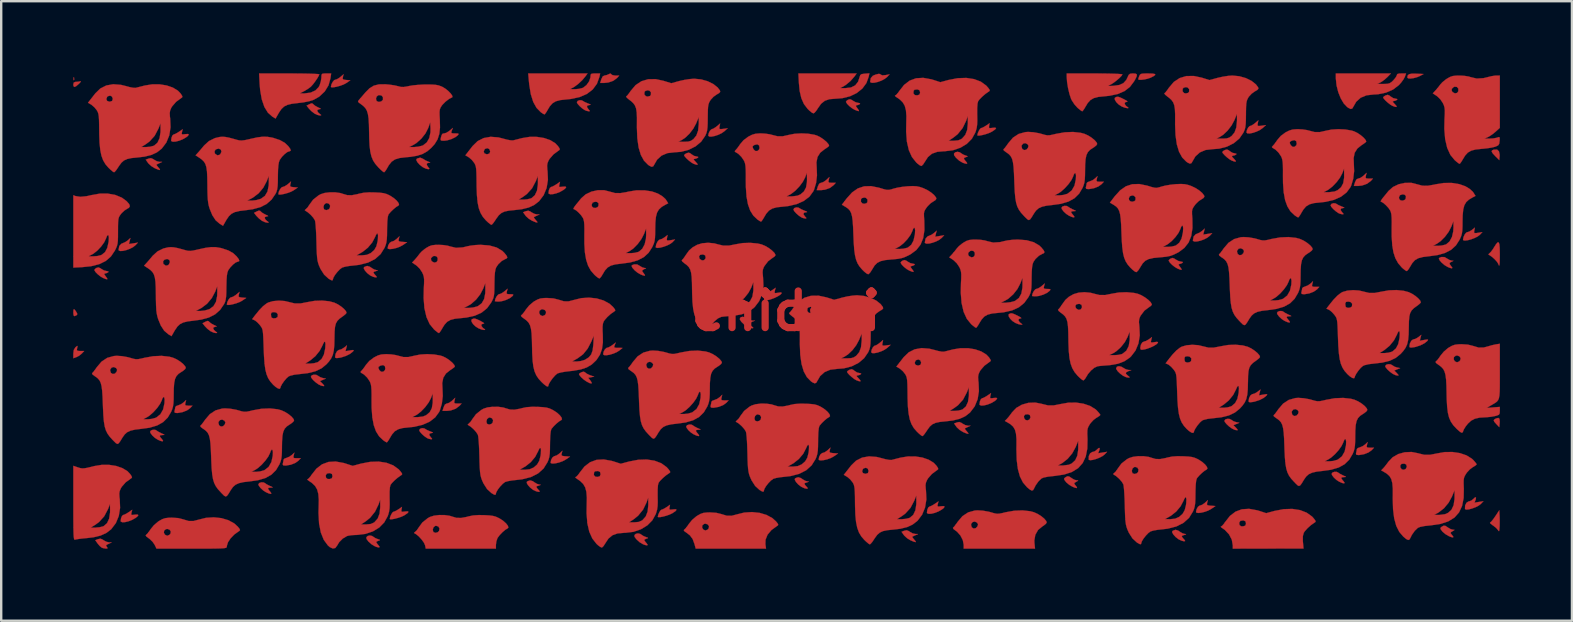
<source format=kicad_pcb>
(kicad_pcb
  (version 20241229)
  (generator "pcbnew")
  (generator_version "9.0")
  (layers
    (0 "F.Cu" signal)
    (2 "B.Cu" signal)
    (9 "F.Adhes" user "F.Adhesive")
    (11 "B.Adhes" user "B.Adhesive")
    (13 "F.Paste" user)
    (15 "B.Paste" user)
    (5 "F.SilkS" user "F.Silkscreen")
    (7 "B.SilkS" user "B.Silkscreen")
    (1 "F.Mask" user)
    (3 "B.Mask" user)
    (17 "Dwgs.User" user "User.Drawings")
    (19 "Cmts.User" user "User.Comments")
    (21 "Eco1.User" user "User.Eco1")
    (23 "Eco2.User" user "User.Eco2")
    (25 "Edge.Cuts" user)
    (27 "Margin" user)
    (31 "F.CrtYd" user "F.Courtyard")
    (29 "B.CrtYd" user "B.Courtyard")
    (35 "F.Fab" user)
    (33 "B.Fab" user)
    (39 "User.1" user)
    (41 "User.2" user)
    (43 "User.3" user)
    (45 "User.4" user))
  (footprint "chidori"
    (layer "F.Cu")
    (at 29.697 9.908)
    (property "Reference" "chidori" (at 0 0 0) (layer "F.Cu") (effects (font (size 1.524 1.524) (thickness 0.3))))
    (attr through_hole)
    (fp_poly (pts (xy -29.663 -9.733) (xy -29.657 -9.643) (xy -29.663 -9.624) (xy -29.679 -9.618) (xy -29.685 -9.678) (xy -29.678 -9.74) (xy -29.663 -9.733)) (stroke (width 0.01) (type solid)) (fill yes) (layer "F.Cu"))
    (fp_poly (pts (xy 29.721 4.489) (xy 29.734 4.597) (xy 29.728 4.693) (xy 29.714 4.839) (xy 29.593 4.712) (xy 29.506 4.613) (xy 29.481 4.551) (xy 29.519 4.507) (xy 29.584 4.474) (xy 29.673 4.451) (xy 29.721 4.489)) (stroke (width 0.01) (type solid)) (fill yes) (layer "F.Cu"))
    (fp_poly (pts (xy -29.612 -0.028) (xy -29.576 0.026) (xy -29.529 0.11) (xy -29.537 0.157) (xy -29.564 0.178) (xy -29.642 0.214) (xy -29.68 0.185) (xy -29.692 0.082) (xy -29.692 0.066) (xy -29.686 -0.049) (xy -29.662 -0.079) (xy -29.612 -0.028)) (stroke (width 0.01) (type solid)) (fill yes) (layer "F.Cu"))
    (fp_poly (pts (xy 29.623 -6.726) (xy 29.701 -6.653) (xy 29.73 -6.513) (xy 29.728 -6.456) (xy 29.714 -6.286) (xy 29.549 -6.451) (xy 29.439 -6.57) (xy 29.395 -6.646) (xy 29.413 -6.694) (xy 29.492 -6.726) (xy 29.498 -6.727) (xy 29.623 -6.726)) (stroke (width 0.01) (type solid)) (fill yes) (layer "F.Cu"))
    (fp_poly (pts (xy -29.374 -9.566) (xy -29.415 -9.511) (xy -29.463 -9.463) (xy -29.579 -9.364) (xy -29.651 -9.335) (xy -29.686 -9.373) (xy -29.692 -9.437) (xy -29.673 -9.521) (xy -29.602 -9.547) (xy -29.586 -9.547) (xy -29.466 -9.558) (xy -29.4 -9.573) (xy -29.374 -9.566)) (stroke (width 0.01) (type solid)) (fill yes) (layer "F.Cu"))
    (fp_poly (pts (xy 26.258 -9.888) (xy 26.561 -9.875) (xy 26.419 -9.798) (xy 26.288 -9.742) (xy 26.145 -9.703) (xy 26.015 -9.686) (xy 25.919 -9.693) (xy 25.882 -9.727) (xy 25.882 -9.727) (xy 25.898 -9.814) (xy 25.954 -9.866) (xy 26.065 -9.889) (xy 26.246 -9.889) (xy 26.258 -9.888)) (stroke (width 0.01) (type solid)) (fill yes) (layer "F.Cu"))
    (fp_poly (pts (xy -29.516 1.464) (xy -29.533 1.544) (xy -29.545 1.623) (xy -29.517 1.656) (xy -29.426 1.664) (xy -29.4 1.664) (xy -29.239 1.664) (xy -29.339 1.771) (xy -29.451 1.862) (xy -29.566 1.922) (xy -29.692 1.966) (xy -29.692 1.778) (xy -29.674 1.624) (xy -29.613 1.522) (xy -29.598 1.507) (xy -29.532 1.452) (xy -29.516 1.464)) (stroke (width 0.01) (type solid)) (fill yes) (layer "F.Cu"))
    (fp_poly (pts (xy -7.286 -9.873) (xy -7.282 -9.864) (xy -7.229 -9.828) (xy -7.126 -9.81) (xy -7.106 -9.81) (xy -6.95 -9.81) (xy -7.033 -9.716) (xy -7.191 -9.596) (xy -7.399 -9.522) (xy -7.571 -9.503) (xy -7.743 -9.503) (xy -7.696 -9.656) (xy -7.638 -9.775) (xy -7.568 -9.81) (xy -7.467 -9.832) (xy -7.395 -9.864) (xy -7.32 -9.897) (xy -7.286 -9.873)) (stroke (width 0.01) (type solid)) (fill yes) (layer "F.Cu"))
    (fp_poly (pts (xy 15.271 -9.892) (xy 15.369 -9.873) (xy 15.382 -9.838) (xy 15.313 -9.785) (xy 15.18 -9.718) (xy 15.066 -9.679) (xy 14.931 -9.649) (xy 14.803 -9.633) (xy 14.708 -9.634) (xy 14.671 -9.654) (xy 14.685 -9.704) (xy 14.713 -9.785) (xy 14.741 -9.842) (xy 14.782 -9.876) (xy 14.858 -9.892) (xy 14.99 -9.897) (xy 15.088 -9.897) (xy 15.271 -9.892)) (stroke (width 0.01) (type solid)) (fill yes) (layer "F.Cu"))
    (fp_poly (pts (xy -27.345 -2.917) (xy -27.375 -2.791) (xy -27.188 -2.821) (xy -27.001 -2.851) (xy -27.104 -2.741) (xy -27.205 -2.661) (xy -27.34 -2.592) (xy -27.487 -2.538) (xy -27.626 -2.506) (xy -27.738 -2.5) (xy -27.801 -2.527) (xy -27.808 -2.551) (xy -27.777 -2.709) (xy -27.69 -2.805) (xy -27.64 -2.824) (xy -27.522 -2.876) (xy -27.419 -2.948) (xy -27.315 -3.044) (xy -27.345 -2.917)) (stroke (width 0.01) (type solid)) (fill yes) (layer "F.Cu"))
    (fp_poly (pts (xy 3.919 -9.874) (xy 3.943 -9.851) (xy 4.009 -9.819) (xy 4.144 -9.83) (xy 4.145 -9.83) (xy 4.314 -9.861) (xy 4.21 -9.75) (xy 4.108 -9.67) (xy 3.973 -9.599) (xy 3.826 -9.545) (xy 3.687 -9.513) (xy 3.575 -9.507) (xy 3.511 -9.533) (xy 3.504 -9.558) (xy 3.53 -9.706) (xy 3.616 -9.802) (xy 3.732 -9.851) (xy 3.854 -9.881) (xy 3.919 -9.874)) (stroke (width 0.01) (type solid)) (fill yes) (layer "F.Cu"))
    (fp_poly (pts (xy 6.244 -3.224) (xy 6.214 -3.097) (xy 6.401 -3.127) (xy 6.588 -3.157) (xy 6.485 -3.048) (xy 6.384 -2.968) (xy 6.249 -2.898) (xy 6.102 -2.845) (xy 5.963 -2.812) (xy 5.852 -2.807) (xy 5.788 -2.834) (xy 5.781 -2.857) (xy 5.812 -3.016) (xy 5.899 -3.111) (xy 5.949 -3.131) (xy 6.067 -3.182) (xy 6.17 -3.255) (xy 6.275 -3.35) (xy 6.244 -3.224)) (stroke (width 0.01) (type solid)) (fill yes) (layer "F.Cu"))
    (fp_poly (pts (xy 17.412 -3.311) (xy 17.381 -3.185) (xy 17.568 -3.215) (xy 17.755 -3.245) (xy 17.653 -3.135) (xy 17.551 -3.056) (xy 17.417 -2.986) (xy 17.27 -2.932) (xy 17.13 -2.9) (xy 17.019 -2.894) (xy 16.956 -2.921) (xy 16.949 -2.945) (xy 16.98 -3.103) (xy 17.066 -3.199) (xy 17.116 -3.218) (xy 17.235 -3.27) (xy 17.337 -3.342) (xy 17.442 -3.438) (xy 17.412 -3.311)) (stroke (width 0.01) (type solid)) (fill yes) (layer "F.Cu"))
    (fp_poly (pts (xy 29.727 8.529) (xy 29.732 8.721) (xy 29.73 8.927) (xy 29.727 8.989) (xy 29.717 9.117) (xy 29.704 9.17) (xy 29.682 9.159) (xy 29.659 9.124) (xy 29.588 9.041) (xy 29.477 8.951) (xy 29.444 8.929) (xy 29.358 8.866) (xy 29.326 8.822) (xy 29.334 8.812) (xy 29.383 8.769) (xy 29.461 8.673) (xy 29.55 8.547) (xy 29.714 8.299) (xy 29.727 8.529)) (stroke (width 0.01) (type solid)) (fill yes) (layer "F.Cu"))
    (fp_poly (pts (xy -19.574 2.657) (xy -19.503 2.694) (xy -19.409 2.753) (xy -19.302 2.79) (xy -19.171 2.816) (xy -19.294 2.866) (xy -19.418 2.917) (xy -19.318 3.017) (xy -19.246 3.096) (xy -19.246 3.128) (xy -19.321 3.119) (xy -19.374 3.105) (xy -19.478 3.056) (xy -19.595 2.971) (xy -19.703 2.873) (xy -19.776 2.782) (xy -19.794 2.733) (xy -19.758 2.678) (xy -19.673 2.651) (xy -19.574 2.657)) (stroke (width 0.01) (type solid)) (fill yes) (layer "F.Cu"))
    (fp_poly (pts (xy -13.812 3.733) (xy -13.824 3.813) (xy -13.795 3.846) (xy -13.703 3.854) (xy -13.679 3.854) (xy -13.518 3.854) (xy -13.602 3.947) (xy -13.76 4.067) (xy -13.968 4.142) (xy -14.14 4.16) (xy -14.312 4.16) (xy -14.265 4.007) (xy -14.212 3.894) (xy -14.14 3.854) (xy -14.129 3.854) (xy -14.041 3.825) (xy -13.935 3.754) (xy -13.912 3.733) (xy -13.783 3.613) (xy -13.812 3.733)) (stroke (width 0.01) (type solid)) (fill yes) (layer "F.Cu"))
    (fp_poly (pts (xy 1.779 -5.463) (xy 1.766 -5.384) (xy 1.795 -5.35) (xy 1.887 -5.343) (xy 1.911 -5.343) (xy 2.072 -5.343) (xy 1.988 -5.249) (xy 1.83 -5.129) (xy 1.622 -5.055) (xy 1.451 -5.036) (xy 1.278 -5.036) (xy 1.325 -5.189) (xy 1.378 -5.303) (xy 1.451 -5.342) (xy 1.461 -5.343) (xy 1.549 -5.371) (xy 1.655 -5.443) (xy 1.679 -5.463) (xy 1.807 -5.584) (xy 1.779 -5.463)) (stroke (width 0.01) (type solid)) (fill yes) (layer "F.Cu"))
    (fp_poly (pts (xy 18.482 4.496) (xy 18.553 4.533) (xy 18.647 4.593) (xy 18.754 4.629) (xy 18.886 4.655) (xy 18.762 4.706) (xy 18.639 4.756) (xy 18.738 4.856) (xy 18.81 4.936) (xy 18.81 4.967) (xy 18.735 4.958) (xy 18.682 4.944) (xy 18.579 4.895) (xy 18.461 4.811) (xy 18.354 4.712) (xy 18.28 4.622) (xy 18.262 4.573) (xy 18.298 4.517) (xy 18.383 4.49) (xy 18.482 4.496)) (stroke (width 0.01) (type solid)) (fill yes) (layer "F.Cu"))
    (fp_poly (pts (xy 24.157 -5.638) (xy 24.145 -5.559) (xy 24.174 -5.526) (xy 24.265 -5.518) (xy 24.289 -5.518) (xy 24.45 -5.518) (xy 24.367 -5.424) (xy 24.208 -5.304) (xy 24 -5.23) (xy 23.829 -5.211) (xy 23.656 -5.211) (xy 23.704 -5.365) (xy 23.757 -5.478) (xy 23.829 -5.518) (xy 23.839 -5.518) (xy 23.927 -5.547) (xy 24.033 -5.618) (xy 24.057 -5.638) (xy 24.186 -5.759) (xy 24.157 -5.638)) (stroke (width 0.01) (type solid)) (fill yes) (layer "F.Cu"))
    (fp_poly (pts (xy 25.182 2.219) (xy 25.254 2.256) (xy 25.347 2.316) (xy 25.454 2.352) (xy 25.586 2.378) (xy 25.462 2.428) (xy 25.339 2.479) (xy 25.439 2.579) (xy 25.51 2.658) (xy 25.511 2.69) (xy 25.435 2.681) (xy 25.382 2.667) (xy 25.279 2.618) (xy 25.162 2.533) (xy 25.054 2.435) (xy 24.98 2.344) (xy 24.962 2.295) (xy 24.998 2.24) (xy 25.084 2.213) (xy 25.182 2.219)) (stroke (width 0.01) (type solid)) (fill yes) (layer "F.Cu"))
    (fp_poly (pts (xy -8.369 2.557) (xy -8.364 2.562) (xy -8.291 2.616) (xy -8.176 2.67) (xy -8.153 2.678) (xy -7.992 2.733) (xy -8.117 2.757) (xy -8.241 2.781) (xy -8.147 2.901) (xy -8.094 2.987) (xy -8.108 3.02) (xy -8.186 3.001) (xy -8.321 2.93) (xy -8.44 2.845) (xy -8.545 2.748) (xy -8.613 2.661) (xy -8.626 2.624) (xy -8.592 2.589) (xy -8.521 2.549) (xy -8.429 2.524) (xy -8.369 2.557)) (stroke (width 0.01) (type solid)) (fill yes) (layer "F.Cu"))
    (fp_poly (pts (xy -28.469 9.521) (xy -28.434 9.547) (xy -28.318 9.611) (xy -28.208 9.637) (xy -28.093 9.64) (xy -28.203 9.69) (xy -28.299 9.736) (xy -28.33 9.767) (xy -28.31 9.807) (xy -28.291 9.83) (xy -28.263 9.88) (xy -28.305 9.896) (xy -28.34 9.896) (xy -28.455 9.877) (xy -28.518 9.851) (xy -28.593 9.787) (xy -28.678 9.688) (xy -28.685 9.677) (xy -28.778 9.547) (xy -28.662 9.503) (xy -28.561 9.483) (xy -28.469 9.521)) (stroke (width 0.01) (type solid)) (fill yes) (layer "F.Cu"))
    (fp_poly (pts (xy -25.022 3.824) (xy -25.034 3.901) (xy -25.005 3.934) (xy -24.914 3.941) (xy -24.89 3.941) (xy -24.728 3.941) (xy -24.825 4.044) (xy -24.959 4.14) (xy -25.143 4.212) (xy -25.339 4.247) (xy -25.377 4.248) (xy -25.462 4.238) (xy -25.48 4.192) (xy -25.471 4.149) (xy -25.45 4.05) (xy -25.444 4.002) (xy -25.406 3.958) (xy -25.323 3.928) (xy -25.203 3.88) (xy -25.098 3.805) (xy -24.992 3.706) (xy -25.022 3.824)) (stroke (width 0.01) (type solid)) (fill yes) (layer "F.Cu"))
    (fp_poly (pts (xy -22.796 -0.688) (xy -22.807 -0.614) (xy -22.775 -0.579) (xy -22.68 -0.563) (xy -22.656 -0.561) (xy -22.488 -0.547) (xy -22.667 -0.426) (xy -22.77 -0.372) (xy -22.905 -0.322) (xy -23.048 -0.282) (xy -23.177 -0.257) (xy -23.267 -0.253) (xy -23.298 -0.272) (xy -23.276 -0.376) (xy -23.223 -0.481) (xy -23.159 -0.554) (xy -23.122 -0.569) (xy -23.039 -0.596) (xy -22.932 -0.663) (xy -22.905 -0.685) (xy -22.768 -0.8) (xy -22.796 -0.688)) (stroke (width 0.01) (type solid)) (fill yes) (layer "F.Cu"))
    (fp_poly (pts (xy -20.65 -5.286) (xy -20.661 -5.212) (xy -20.629 -5.177) (xy -20.534 -5.162) (xy -20.51 -5.16) (xy -20.342 -5.146) (xy -20.521 -5.024) (xy -20.624 -4.97) (xy -20.759 -4.92) (xy -20.902 -4.88) (xy -21.031 -4.855) (xy -21.122 -4.851) (xy -21.152 -4.87) (xy -21.13 -4.974) (xy -21.077 -5.08) (xy -21.013 -5.153) (xy -20.976 -5.168) (xy -20.893 -5.195) (xy -20.786 -5.261) (xy -20.759 -5.283) (xy -20.622 -5.398) (xy -20.65 -5.286)) (stroke (width 0.01) (type solid)) (fill yes) (layer "F.Cu"))
    (fp_poly (pts (xy -20.511 6.014) (xy -20.524 6.091) (xy -20.495 6.124) (xy -20.403 6.131) (xy -20.379 6.131) (xy -20.217 6.131) (xy -20.314 6.234) (xy -20.448 6.33) (xy -20.632 6.402) (xy -20.828 6.436) (xy -20.867 6.438) (xy -20.951 6.427) (xy -20.97 6.382) (xy -20.961 6.339) (xy -20.939 6.24) (xy -20.934 6.191) (xy -20.896 6.148) (xy -20.813 6.118) (xy -20.693 6.069) (xy -20.587 5.995) (xy -20.482 5.896) (xy -20.511 6.014)) (stroke (width 0.01) (type solid)) (fill yes) (layer "F.Cu"))
    (fp_poly (pts (xy -18.461 -9.753) (xy -18.471 -9.679) (xy -18.44 -9.644) (xy -18.345 -9.628) (xy -18.32 -9.626) (xy -18.152 -9.613) (xy -18.331 -9.491) (xy -18.435 -9.437) (xy -18.569 -9.387) (xy -18.712 -9.347) (xy -18.841 -9.322) (xy -18.932 -9.318) (xy -18.962 -9.337) (xy -18.94 -9.441) (xy -18.887 -9.546) (xy -18.823 -9.62) (xy -18.786 -9.634) (xy -18.703 -9.661) (xy -18.596 -9.728) (xy -18.569 -9.75) (xy -18.432 -9.865) (xy -18.461 -9.753)) (stroke (width 0.01) (type solid)) (fill yes) (layer "F.Cu"))
    (fp_poly (pts (xy -17.244 9.371) (xy -17.209 9.395) (xy -17.109 9.46) (xy -17.007 9.502) (xy -16.925 9.53) (xy -16.92 9.549) (xy -16.981 9.571) (xy -17.058 9.602) (xy -17.069 9.644) (xy -17.016 9.717) (xy -16.984 9.752) (xy -16.932 9.824) (xy -16.954 9.851) (xy -17.048 9.832) (xy -17.123 9.804) (xy -17.267 9.719) (xy -17.404 9.595) (xy -17.479 9.492) (xy -17.482 9.421) (xy -17.426 9.37) (xy -17.338 9.351) (xy -17.244 9.371)) (stroke (width 0.01) (type solid)) (fill yes) (layer "F.Cu"))
    (fp_poly (pts (xy -16.132 -3.005) (xy -16.143 -2.936) (xy -16.114 -2.902) (xy -16.025 -2.886) (xy -15.974 -2.882) (xy -15.787 -2.868) (xy -15.975 -2.741) (xy -16.097 -2.676) (xy -16.24 -2.625) (xy -16.384 -2.591) (xy -16.505 -2.579) (xy -16.582 -2.594) (xy -16.598 -2.619) (xy -16.574 -2.735) (xy -16.517 -2.836) (xy -16.445 -2.888) (xy -16.43 -2.89) (xy -16.345 -2.919) (xy -16.242 -2.989) (xy -16.226 -3.003) (xy -16.105 -3.115) (xy -16.132 -3.005)) (stroke (width 0.01) (type solid)) (fill yes) (layer "F.Cu"))
    (fp_poly (pts (xy -9.345 5.928) (xy -9.355 5.998) (xy -9.326 6.032) (xy -9.237 6.048) (xy -9.186 6.052) (xy -8.999 6.065) (xy -9.187 6.192) (xy -9.309 6.257) (xy -9.453 6.309) (xy -9.596 6.343) (xy -9.718 6.355) (xy -9.794 6.34) (xy -9.81 6.315) (xy -9.786 6.198) (xy -9.729 6.098) (xy -9.657 6.045) (xy -9.642 6.043) (xy -9.557 6.015) (xy -9.454 5.945) (xy -9.438 5.931) (xy -9.317 5.818) (xy -9.345 5.928)) (stroke (width 0.01) (type solid)) (fill yes) (layer "F.Cu"))
    (fp_poly (pts (xy -6.198 -1.941) (xy -6.101 -1.885) (xy -5.993 -1.82) (xy -5.895 -1.793) (xy -5.832 -1.788) (xy -5.847 -1.773) (xy -5.901 -1.75) (xy -5.982 -1.705) (xy -5.988 -1.65) (xy -5.927 -1.569) (xy -5.874 -1.495) (xy -5.893 -1.47) (xy -5.984 -1.494) (xy -6.07 -1.53) (xy -6.194 -1.603) (xy -6.312 -1.701) (xy -6.401 -1.802) (xy -6.438 -1.882) (xy -6.438 -1.884) (xy -6.4 -1.918) (xy -6.326 -1.945) (xy -6.198 -1.941)) (stroke (width 0.01) (type solid)) (fill yes) (layer "F.Cu"))
    (fp_poly (pts (xy -6.077 9.283) (xy -6.042 9.307) (xy -5.942 9.372) (xy -5.84 9.415) (xy -5.757 9.443) (xy -5.753 9.461) (xy -5.814 9.483) (xy -5.891 9.515) (xy -5.902 9.557) (xy -5.849 9.63) (xy -5.817 9.665) (xy -5.765 9.737) (xy -5.787 9.764) (xy -5.881 9.744) (xy -5.956 9.717) (xy -6.1 9.631) (xy -6.236 9.507) (xy -6.312 9.404) (xy -6.315 9.333) (xy -6.259 9.283) (xy -6.17 9.263) (xy -6.077 9.283)) (stroke (width 0.01) (type solid)) (fill yes) (layer "F.Cu"))
    (fp_poly (pts (xy -2.687 3.605) (xy -2.7 3.682) (xy -2.671 3.715) (xy -2.579 3.722) (xy -2.555 3.722) (xy -2.393 3.722) (xy -2.49 3.825) (xy -2.624 3.921) (xy -2.808 3.993) (xy -3.004 4.028) (xy -3.043 4.029) (xy -3.127 4.019) (xy -3.146 3.973) (xy -3.137 3.93) (xy -3.115 3.831) (xy -3.11 3.783) (xy -3.072 3.739) (xy -2.989 3.709) (xy -2.869 3.661) (xy -2.763 3.586) (xy -2.658 3.487) (xy -2.687 3.605)) (stroke (width 0.01) (type solid)) (fill yes) (layer "F.Cu"))
    (fp_poly (pts (xy -1.703 0.263) (xy -1.636 0.304) (xy -1.52 0.369) (xy -1.406 0.398) (xy -1.292 0.401) (xy -1.412 0.445) (xy -1.51 0.496) (xy -1.521 0.552) (xy -1.448 0.623) (xy -1.437 0.632) (xy -1.367 0.692) (xy -1.377 0.717) (xy -1.465 0.707) (xy -1.519 0.694) (xy -1.633 0.641) (xy -1.754 0.553) (xy -1.858 0.453) (xy -1.919 0.361) (xy -1.927 0.328) (xy -1.893 0.261) (xy -1.809 0.239) (xy -1.703 0.263)) (stroke (width 0.01) (type solid)) (fill yes) (layer "F.Cu"))
    (fp_poly (pts (xy 1.823 5.797) (xy 1.812 5.866) (xy 1.842 5.901) (xy 1.93 5.916) (xy 1.981 5.92) (xy 2.168 5.934) (xy 1.981 6.061) (xy 1.859 6.126) (xy 1.715 6.178) (xy 1.571 6.211) (xy 1.45 6.223) (xy 1.373 6.208) (xy 1.358 6.183) (xy 1.381 6.067) (xy 1.439 5.966) (xy 1.51 5.914) (xy 1.525 5.912) (xy 1.61 5.884) (xy 1.713 5.814) (xy 1.729 5.8) (xy 1.85 5.687) (xy 1.823 5.797)) (stroke (width 0.01) (type solid)) (fill yes) (layer "F.Cu"))
    (fp_poly (pts (xy 7.236 -6.614) (xy 7.271 -6.59) (xy 7.371 -6.524) (xy 7.473 -6.482) (xy 7.556 -6.454) (xy 7.56 -6.435) (xy 7.5 -6.414) (xy 7.423 -6.382) (xy 7.411 -6.34) (xy 7.464 -6.267) (xy 7.496 -6.232) (xy 7.548 -6.16) (xy 7.526 -6.133) (xy 7.432 -6.153) (xy 7.357 -6.18) (xy 7.213 -6.265) (xy 7.077 -6.39) (xy 7.001 -6.493) (xy 6.998 -6.564) (xy 7.054 -6.614) (xy 7.143 -6.634) (xy 7.236 -6.614)) (stroke (width 0.01) (type solid)) (fill yes) (layer "F.Cu"))
    (fp_poly (pts (xy 12.947 -5.504) (xy 12.934 -5.427) (xy 12.963 -5.394) (xy 13.055 -5.387) (xy 13.079 -5.387) (xy 13.241 -5.387) (xy 13.144 -5.284) (xy 13.01 -5.188) (xy 12.826 -5.116) (xy 12.63 -5.081) (xy 12.591 -5.08) (xy 12.507 -5.09) (xy 12.488 -5.136) (xy 12.497 -5.179) (xy 12.519 -5.278) (xy 12.524 -5.326) (xy 12.562 -5.37) (xy 12.645 -5.4) (xy 12.765 -5.448) (xy 12.871 -5.523) (xy 12.976 -5.622) (xy 12.947 -5.504)) (stroke (width 0.01) (type solid)) (fill yes) (layer "F.Cu"))
    (fp_poly (pts (xy 13.06 5.773) (xy 13.048 5.808) (xy 13.004 5.924) (xy 13.19 5.894) (xy 13.376 5.864) (xy 13.27 5.977) (xy 13.179 6.046) (xy 13.051 6.112) (xy 12.908 6.167) (xy 12.772 6.203) (xy 12.666 6.215) (xy 12.61 6.194) (xy 12.607 6.186) (xy 12.613 6.042) (xy 12.668 5.929) (xy 12.757 5.871) (xy 12.786 5.868) (xy 12.871 5.838) (xy 12.941 5.781) (xy 13.023 5.707) (xy 13.065 5.705) (xy 13.06 5.773)) (stroke (width 0.01) (type solid)) (fill yes) (layer "F.Cu"))
    (fp_poly (pts (xy 13.975 2.322) (xy 14.042 2.362) (xy 14.158 2.427) (xy 14.272 2.456) (xy 14.386 2.459) (xy 14.266 2.503) (xy 14.168 2.554) (xy 14.157 2.61) (xy 14.23 2.682) (xy 14.241 2.69) (xy 14.311 2.75) (xy 14.301 2.775) (xy 14.212 2.765) (xy 14.159 2.752) (xy 14.045 2.699) (xy 13.924 2.612) (xy 13.82 2.511) (xy 13.758 2.419) (xy 13.751 2.386) (xy 13.785 2.319) (xy 13.869 2.297) (xy 13.975 2.322)) (stroke (width 0.01) (type solid)) (fill yes) (layer "F.Cu"))
    (fp_poly (pts (xy 17.544 7.987) (xy 17.534 8.056) (xy 17.563 8.091) (xy 17.652 8.106) (xy 17.703 8.11) (xy 17.889 8.124) (xy 17.702 8.251) (xy 17.58 8.316) (xy 17.436 8.367) (xy 17.293 8.401) (xy 17.171 8.413) (xy 17.095 8.398) (xy 17.079 8.373) (xy 17.103 8.257) (xy 17.16 8.156) (xy 17.232 8.104) (xy 17.247 8.102) (xy 17.332 8.073) (xy 17.435 8.003) (xy 17.451 7.989) (xy 17.572 7.877) (xy 17.544 7.987)) (stroke (width 0.01) (type solid)) (fill yes) (layer "F.Cu"))
    (fp_poly (pts (xy 19.703 3.512) (xy 19.89 3.48) (xy 20.003 3.464) (xy 20.045 3.469) (xy 20.032 3.503) (xy 20.015 3.523) (xy 19.898 3.619) (xy 19.726 3.707) (xy 19.53 3.771) (xy 19.455 3.787) (xy 19.336 3.801) (xy 19.281 3.788) (xy 19.269 3.751) (xy 19.291 3.622) (xy 19.348 3.516) (xy 19.42 3.462) (xy 19.437 3.46) (xy 19.527 3.434) (xy 19.633 3.37) (xy 19.642 3.363) (xy 19.765 3.267) (xy 19.703 3.512)) (stroke (width 0.01) (type solid)) (fill yes) (layer "F.Cu"))
    (fp_poly (pts (xy 21.924 -1.125) (xy 21.912 -1.048) (xy 21.941 -1.015) (xy 22.033 -1.007) (xy 22.057 -1.007) (xy 22.218 -1.007) (xy 22.122 -0.904) (xy 21.987 -0.808) (xy 21.804 -0.736) (xy 21.608 -0.702) (xy 21.569 -0.701) (xy 21.485 -0.711) (xy 21.466 -0.756) (xy 21.475 -0.799) (xy 21.496 -0.898) (xy 21.502 -0.947) (xy 21.54 -0.99) (xy 21.623 -1.021) (xy 21.743 -1.069) (xy 21.849 -1.144) (xy 21.954 -1.242) (xy 21.924 -1.125)) (stroke (width 0.01) (type solid)) (fill yes) (layer "F.Cu"))
    (fp_poly (pts (xy 24.202 5.576) (xy 24.189 5.653) (xy 24.218 5.686) (xy 24.31 5.693) (xy 24.334 5.693) (xy 24.496 5.693) (xy 24.399 5.796) (xy 24.265 5.892) (xy 24.081 5.964) (xy 23.885 5.998) (xy 23.846 6) (xy 23.762 5.989) (xy 23.743 5.944) (xy 23.752 5.901) (xy 23.773 5.802) (xy 23.779 5.753) (xy 23.817 5.71) (xy 23.9 5.68) (xy 24.02 5.631) (xy 24.126 5.557) (xy 24.231 5.458) (xy 24.202 5.576)) (stroke (width 0.01) (type solid)) (fill yes) (layer "F.Cu"))
    (fp_poly (pts (xy 27.435 -2.247) (xy 27.532 -2.191) (xy 27.64 -2.127) (xy 27.738 -2.099) (xy 27.801 -2.095) (xy 27.786 -2.079) (xy 27.732 -2.057) (xy 27.651 -2.012) (xy 27.645 -1.957) (xy 27.706 -1.875) (xy 27.759 -1.802) (xy 27.74 -1.777) (xy 27.649 -1.801) (xy 27.563 -1.836) (xy 27.439 -1.91) (xy 27.321 -2.008) (xy 27.232 -2.108) (xy 27.196 -2.189) (xy 27.196 -2.191) (xy 27.233 -2.225) (xy 27.307 -2.252) (xy 27.435 -2.247)) (stroke (width 0.01) (type solid)) (fill yes) (layer "F.Cu"))
    (fp_poly (pts (xy 28.738 7.831) (xy 28.726 7.867) (xy 28.682 7.982) (xy 28.868 7.952) (xy 29.054 7.922) (xy 28.948 8.035) (xy 28.857 8.105) (xy 28.729 8.171) (xy 28.586 8.225) (xy 28.45 8.262) (xy 28.344 8.273) (xy 28.288 8.253) (xy 28.285 8.244) (xy 28.291 8.101) (xy 28.346 7.988) (xy 28.435 7.93) (xy 28.464 7.927) (xy 28.549 7.896) (xy 28.619 7.839) (xy 28.701 7.765) (xy 28.743 7.763) (xy 28.738 7.831)) (stroke (width 0.01) (type solid)) (fill yes) (layer "F.Cu"))
    (fp_poly (pts (xy -27.267 8.394) (xy -27.28 8.469) (xy -27.255 8.496) (xy -27.168 8.489) (xy -27.136 8.483) (xy -27.019 8.476) (xy -26.983 8.503) (xy -27.027 8.563) (xy -27.097 8.618) (xy -27.238 8.698) (xy -27.389 8.758) (xy -27.532 8.793) (xy -27.647 8.8) (xy -27.712 8.773) (xy -27.72 8.748) (xy -27.703 8.627) (xy -27.662 8.533) (xy -27.613 8.496) (xy -27.545 8.473) (xy -27.44 8.415) (xy -27.398 8.387) (xy -27.238 8.279) (xy -27.267 8.394)) (stroke (width 0.01) (type solid)) (fill yes) (layer "F.Cu"))
    (fp_poly (pts (xy -26.367 -6.332) (xy -26.332 -6.307) (xy -26.216 -6.242) (xy -26.106 -6.216) (xy -25.991 -6.213) (xy -26.101 -6.163) (xy -26.188 -6.122) (xy -26.229 -6.1) (xy -26.215 -6.063) (xy -26.156 -5.99) (xy -26.144 -5.978) (xy -26.084 -5.904) (xy -26.086 -5.875) (xy -26.157 -5.891) (xy -26.299 -5.95) (xy -26.302 -5.952) (xy -26.44 -6.036) (xy -26.557 -6.143) (xy -26.579 -6.17) (xy -26.676 -6.306) (xy -26.56 -6.35) (xy -26.459 -6.37) (xy -26.367 -6.332)) (stroke (width 0.01) (type solid)) (fill yes) (layer "F.Cu"))
    (fp_poly (pts (xy -25.165 -7.459) (xy -25.178 -7.384) (xy -25.152 -7.358) (xy -25.066 -7.364) (xy -25.034 -7.37) (xy -24.917 -7.377) (xy -24.881 -7.35) (xy -24.924 -7.29) (xy -24.995 -7.236) (xy -25.136 -7.155) (xy -25.287 -7.095) (xy -25.43 -7.06) (xy -25.545 -7.053) (xy -25.61 -7.08) (xy -25.618 -7.105) (xy -25.601 -7.226) (xy -25.56 -7.32) (xy -25.51 -7.357) (xy -25.443 -7.38) (xy -25.338 -7.438) (xy -25.296 -7.466) (xy -25.136 -7.574) (xy -25.165 -7.459)) (stroke (width 0.01) (type solid)) (fill yes) (layer "F.Cu"))
    (fp_poly (pts (xy -18.322 1.55) (xy -18.353 1.672) (xy -18.166 1.641) (xy -18.053 1.624) (xy -18.011 1.63) (xy -18.024 1.663) (xy -18.041 1.684) (xy -18.158 1.78) (xy -18.331 1.868) (xy -18.526 1.932) (xy -18.601 1.947) (xy -18.72 1.961) (xy -18.775 1.948) (xy -18.787 1.912) (xy -18.765 1.783) (xy -18.709 1.677) (xy -18.636 1.622) (xy -18.619 1.62) (xy -18.529 1.594) (xy -18.423 1.531) (xy -18.414 1.524) (xy -18.292 1.428) (xy -18.322 1.55)) (stroke (width 0.01) (type solid)) (fill yes) (layer "F.Cu"))
    (fp_poly (pts (xy -12.865 0.348) (xy -12.725 0.416) (xy -12.61 0.481) (xy -12.574 0.516) (xy -12.605 0.526) (xy -12.682 0.551) (xy -12.693 0.613) (xy -12.638 0.692) (xy -12.603 0.72) (xy -12.538 0.769) (xy -12.544 0.786) (xy -12.592 0.787) (xy -12.689 0.768) (xy -12.81 0.721) (xy -12.822 0.715) (xy -12.943 0.637) (xy -13.041 0.54) (xy -13.101 0.445) (xy -13.109 0.37) (xy -13.089 0.346) (xy -13.027 0.316) (xy -12.96 0.315) (xy -12.865 0.348)) (stroke (width 0.01) (type solid)) (fill yes) (layer "F.Cu"))
    (fp_poly (pts (xy -10.645 -4.143) (xy -10.61 -4.117) (xy -10.494 -4.053) (xy -10.384 -4.026) (xy -10.269 -4.023) (xy -10.379 -3.974) (xy -10.466 -3.933) (xy -10.507 -3.911) (xy -10.493 -3.874) (xy -10.435 -3.801) (xy -10.423 -3.788) (xy -10.362 -3.714) (xy -10.365 -3.685) (xy -10.435 -3.701) (xy -10.577 -3.761) (xy -10.58 -3.762) (xy -10.718 -3.846) (xy -10.836 -3.953) (xy -10.857 -3.98) (xy -10.954 -4.116) (xy -10.838 -4.161) (xy -10.737 -4.181) (xy -10.645 -4.143)) (stroke (width 0.01) (type solid)) (fill yes) (layer "F.Cu"))
    (fp_poly (pts (xy -9.443 -5.269) (xy -9.457 -5.195) (xy -9.431 -5.168) (xy -9.345 -5.175) (xy -9.312 -5.18) (xy -9.196 -5.187) (xy -9.159 -5.16) (xy -9.203 -5.1) (xy -9.273 -5.046) (xy -9.414 -4.965) (xy -9.566 -4.905) (xy -9.709 -4.87) (xy -9.823 -4.864) (xy -9.888 -4.89) (xy -9.897 -4.916) (xy -9.879 -5.036) (xy -9.838 -5.131) (xy -9.789 -5.168) (xy -9.721 -5.191) (xy -9.617 -5.249) (xy -9.574 -5.276) (xy -9.414 -5.385) (xy -9.443 -5.269)) (stroke (width 0.01) (type solid)) (fill yes) (layer "F.Cu"))
    (fp_poly (pts (xy -7.138 1.421) (xy -7.159 1.491) (xy -7.139 1.524) (xy -7.059 1.533) (xy -6.995 1.534) (xy -6.81 1.536) (xy -6.935 1.638) (xy -7.051 1.712) (xy -7.195 1.774) (xy -7.344 1.819) (xy -7.479 1.842) (xy -7.577 1.838) (xy -7.62 1.803) (xy -7.62 1.798) (xy -7.598 1.692) (xy -7.544 1.593) (xy -7.479 1.536) (xy -7.461 1.533) (xy -7.381 1.507) (xy -7.273 1.444) (xy -7.241 1.421) (xy -7.095 1.31) (xy -7.138 1.421)) (stroke (width 0.01) (type solid)) (fill yes) (layer "F.Cu"))
    (fp_poly (pts (xy -4.959 -3.047) (xy -4.969 -2.971) (xy -4.946 -2.94) (xy -4.869 -2.943) (xy -4.803 -2.953) (xy -4.623 -2.982) (xy -4.728 -2.87) (xy -4.82 -2.8) (xy -4.95 -2.734) (xy -5.095 -2.68) (xy -5.236 -2.642) (xy -5.351 -2.628) (xy -5.42 -2.643) (xy -5.43 -2.665) (xy -5.409 -2.776) (xy -5.359 -2.885) (xy -5.296 -2.961) (xy -5.257 -2.978) (xy -5.171 -3.004) (xy -5.066 -3.067) (xy -5.057 -3.074) (xy -4.935 -3.17) (xy -4.959 -3.047)) (stroke (width 0.01) (type solid)) (fill yes) (layer "F.Cu"))
    (fp_poly (pts (xy -2.769 -7.69) (xy -2.779 -7.613) (xy -2.756 -7.581) (xy -2.679 -7.582) (xy -2.612 -7.59) (xy -2.431 -7.614) (xy -2.571 -7.488) (xy -2.684 -7.409) (xy -2.824 -7.342) (xy -2.97 -7.293) (xy -3.102 -7.267) (xy -3.199 -7.269) (xy -3.24 -7.306) (xy -3.241 -7.311) (xy -3.22 -7.412) (xy -3.171 -7.51) (xy -3.112 -7.57) (xy -3.092 -7.576) (xy -3.021 -7.603) (xy -2.92 -7.669) (xy -2.887 -7.695) (xy -2.745 -7.815) (xy -2.769 -7.69)) (stroke (width 0.01) (type solid)) (fill yes) (layer "F.Cu"))
    (fp_poly (pts (xy 4.019 1.331) (xy 4.009 1.409) (xy 4.032 1.441) (xy 4.109 1.44) (xy 4.176 1.431) (xy 4.357 1.407) (xy 4.217 1.533) (xy 4.104 1.612) (xy 3.964 1.679) (xy 3.818 1.728) (xy 3.686 1.755) (xy 3.589 1.752) (xy 3.548 1.716) (xy 3.547 1.711) (xy 3.568 1.61) (xy 3.617 1.512) (xy 3.676 1.451) (xy 3.696 1.445) (xy 3.767 1.419) (xy 3.868 1.352) (xy 3.901 1.326) (xy 4.043 1.207) (xy 4.019 1.331)) (stroke (width 0.01) (type solid)) (fill yes) (layer "F.Cu"))
    (fp_poly (pts (xy 5.12 9.17) (xy 5.155 9.196) (xy 5.271 9.261) (xy 5.382 9.287) (xy 5.496 9.29) (xy 5.387 9.34) (xy 5.3 9.38) (xy 5.259 9.402) (xy 5.273 9.439) (xy 5.331 9.512) (xy 5.343 9.525) (xy 5.404 9.599) (xy 5.401 9.628) (xy 5.331 9.612) (xy 5.188 9.552) (xy 5.185 9.551) (xy 5.047 9.467) (xy 4.93 9.36) (xy 4.908 9.333) (xy 4.811 9.197) (xy 4.927 9.152) (xy 5.029 9.132) (xy 5.12 9.17)) (stroke (width 0.01) (type solid)) (fill yes) (layer "F.Cu"))
    (fp_poly (pts (xy 6.322 8.044) (xy 6.309 8.118) (xy 6.335 8.145) (xy 6.421 8.138) (xy 6.453 8.133) (xy 6.57 8.126) (xy 6.607 8.153) (xy 6.563 8.213) (xy 6.492 8.267) (xy 6.352 8.348) (xy 6.2 8.408) (xy 6.057 8.443) (xy 5.943 8.449) (xy 5.877 8.423) (xy 5.869 8.397) (xy 5.886 8.277) (xy 5.927 8.182) (xy 5.977 8.146) (xy 6.044 8.122) (xy 6.149 8.064) (xy 6.191 8.037) (xy 6.351 7.928) (xy 6.322 8.044)) (stroke (width 0.01) (type solid)) (fill yes) (layer "F.Cu"))
    (fp_poly (pts (xy 7.31 4.66) (xy 7.345 4.686) (xy 7.461 4.75) (xy 7.571 4.776) (xy 7.686 4.779) (xy 7.576 4.829) (xy 7.489 4.87) (xy 7.448 4.892) (xy 7.462 4.929) (xy 7.521 5.002) (xy 7.533 5.014) (xy 7.593 5.089) (xy 7.591 5.117) (xy 7.52 5.101) (xy 7.378 5.042) (xy 7.375 5.04) (xy 7.237 4.956) (xy 7.119 4.849) (xy 7.098 4.822) (xy 7.001 4.686) (xy 7.117 4.642) (xy 7.218 4.622) (xy 7.31 4.66)) (stroke (width 0.01) (type solid)) (fill yes) (layer "F.Cu"))
    (fp_poly (pts (xy 8.512 3.533) (xy 8.499 3.608) (xy 8.524 3.635) (xy 8.61 3.628) (xy 8.643 3.622) (xy 8.76 3.615) (xy 8.796 3.642) (xy 8.752 3.702) (xy 8.682 3.757) (xy 8.541 3.837) (xy 8.39 3.897) (xy 8.247 3.932) (xy 8.132 3.939) (xy 8.067 3.912) (xy 8.059 3.887) (xy 8.076 3.766) (xy 8.117 3.672) (xy 8.166 3.635) (xy 8.234 3.612) (xy 8.339 3.554) (xy 8.381 3.526) (xy 8.541 3.418) (xy 8.512 3.533)) (stroke (width 0.01) (type solid)) (fill yes) (layer "F.Cu"))
    (fp_poly (pts (xy 9.513 0.13) (xy 9.653 0.197) (xy 9.769 0.262) (xy 9.804 0.297) (xy 9.773 0.307) (xy 9.696 0.332) (xy 9.685 0.394) (xy 9.74 0.473) (xy 9.776 0.501) (xy 9.84 0.55) (xy 9.834 0.567) (xy 9.787 0.568) (xy 9.689 0.549) (xy 9.568 0.502) (xy 9.556 0.496) (xy 9.435 0.418) (xy 9.338 0.321) (xy 9.278 0.226) (xy 9.269 0.151) (xy 9.289 0.128) (xy 9.351 0.097) (xy 9.418 0.096) (xy 9.513 0.13)) (stroke (width 0.01) (type solid)) (fill yes) (layer "F.Cu"))
    (fp_poly (pts (xy 13.936 -8.892) (xy 14.076 -8.824) (xy 14.192 -8.76) (xy 14.227 -8.724) (xy 14.196 -8.715) (xy 14.119 -8.69) (xy 14.108 -8.628) (xy 14.163 -8.549) (xy 14.199 -8.52) (xy 14.263 -8.471) (xy 14.257 -8.454) (xy 14.21 -8.453) (xy 14.112 -8.473) (xy 13.991 -8.519) (xy 13.98 -8.525) (xy 13.858 -8.604) (xy 13.761 -8.7) (xy 13.701 -8.795) (xy 13.692 -8.87) (xy 13.712 -8.894) (xy 13.774 -8.924) (xy 13.841 -8.925) (xy 13.936 -8.892)) (stroke (width 0.01) (type solid)) (fill yes) (layer "F.Cu"))
    (fp_poly (pts (xy 19.653 -7.822) (xy 19.643 -7.744) (xy 19.666 -7.712) (xy 19.743 -7.713) (xy 19.811 -7.721) (xy 19.992 -7.745) (xy 19.852 -7.62) (xy 19.738 -7.541) (xy 19.598 -7.474) (xy 19.452 -7.424) (xy 19.32 -7.398) (xy 19.223 -7.4) (xy 19.182 -7.437) (xy 19.181 -7.442) (xy 19.202 -7.543) (xy 19.251 -7.641) (xy 19.31 -7.702) (xy 19.33 -7.708) (xy 19.402 -7.734) (xy 19.502 -7.8) (xy 19.535 -7.827) (xy 19.677 -7.946) (xy 19.653 -7.822)) (stroke (width 0.01) (type solid)) (fill yes) (layer "F.Cu"))
    (fp_poly (pts (xy 26.434 1.112) (xy 26.403 1.235) (xy 26.59 1.203) (xy 26.704 1.186) (xy 26.746 1.192) (xy 26.732 1.225) (xy 26.716 1.246) (xy 26.598 1.342) (xy 26.426 1.43) (xy 26.23 1.494) (xy 26.155 1.509) (xy 26.036 1.523) (xy 25.981 1.51) (xy 25.969 1.474) (xy 25.992 1.345) (xy 26.048 1.239) (xy 26.121 1.184) (xy 26.137 1.182) (xy 26.227 1.156) (xy 26.334 1.093) (xy 26.343 1.086) (xy 26.465 0.99) (xy 26.434 1.112)) (stroke (width 0.01) (type solid)) (fill yes) (layer "F.Cu"))
    (fp_poly (pts (xy 28.674 -3.354) (xy 28.664 -3.277) (xy 28.687 -3.247) (xy 28.764 -3.25) (xy 28.831 -3.26) (xy 29.01 -3.289) (xy 28.905 -3.176) (xy 28.813 -3.106) (xy 28.683 -3.041) (xy 28.538 -2.986) (xy 28.397 -2.949) (xy 28.282 -2.935) (xy 28.213 -2.95) (xy 28.203 -2.971) (xy 28.224 -3.082) (xy 28.274 -3.192) (xy 28.337 -3.268) (xy 28.376 -3.284) (xy 28.462 -3.31) (xy 28.567 -3.373) (xy 28.576 -3.381) (xy 28.698 -3.477) (xy 28.674 -3.354)) (stroke (width 0.01) (type solid)) (fill yes) (layer "F.Cu"))
    (fp_poly (pts (xy -26.28 4.949) (xy -26.231 4.973) (xy -26.146 5.03) (xy -26.027 5.091) (xy -26.012 5.098) (xy -25.917 5.141) (xy -25.898 5.16) (xy -25.949 5.165) (xy -25.98 5.166) (xy -26.073 5.177) (xy -26.093 5.214) (xy -26.042 5.289) (xy -26.005 5.329) (xy -25.953 5.402) (xy -25.972 5.429) (xy -26.056 5.411) (xy -26.179 5.357) (xy -26.296 5.281) (xy -26.403 5.182) (xy -26.476 5.084) (xy -26.495 5.029) (xy -26.458 4.976) (xy -26.374 4.946) (xy -26.28 4.949)) (stroke (width 0.01) (type solid)) (fill yes) (layer "F.Cu"))
    (fp_poly (pts (xy -24.054 0.425) (xy -24.028 0.453) (xy -23.955 0.514) (xy -23.842 0.577) (xy -23.823 0.585) (xy -23.734 0.627) (xy -23.721 0.647) (xy -23.769 0.653) (xy -23.846 0.679) (xy -23.867 0.717) (xy -23.834 0.785) (xy -23.769 0.846) (xy -23.703 0.896) (xy -23.708 0.914) (xy -23.758 0.917) (xy -23.854 0.896) (xy -23.97 0.843) (xy -23.981 0.837) (xy -24.106 0.741) (xy -24.213 0.631) (xy -24.309 0.508) (xy -24.194 0.448) (xy -24.106 0.411) (xy -24.054 0.425)) (stroke (width 0.01) (type solid)) (fill yes) (layer "F.Cu"))
    (fp_poly (pts (xy -21.908 -4.173) (xy -21.882 -4.145) (xy -21.809 -4.084) (xy -21.696 -4.022) (xy -21.678 -4.014) (xy -21.588 -3.972) (xy -21.575 -3.951) (xy -21.623 -3.945) (xy -21.7 -3.919) (xy -21.721 -3.881) (xy -21.688 -3.813) (xy -21.623 -3.752) (xy -21.557 -3.702) (xy -21.562 -3.684) (xy -21.612 -3.681) (xy -21.708 -3.702) (xy -21.824 -3.755) (xy -21.835 -3.761) (xy -21.96 -3.857) (xy -22.067 -3.967) (xy -22.164 -4.09) (xy -22.048 -4.15) (xy -21.96 -4.187) (xy -21.908 -4.173)) (stroke (width 0.01) (type solid)) (fill yes) (layer "F.Cu"))
    (fp_poly (pts (xy -21.769 7.139) (xy -21.72 7.163) (xy -21.635 7.22) (xy -21.516 7.281) (xy -21.501 7.288) (xy -21.406 7.331) (xy -21.387 7.35) (xy -21.438 7.355) (xy -21.47 7.356) (xy -21.562 7.366) (xy -21.582 7.403) (xy -21.531 7.479) (xy -21.495 7.519) (xy -21.443 7.591) (xy -21.461 7.619) (xy -21.546 7.601) (xy -21.668 7.547) (xy -21.785 7.471) (xy -21.893 7.372) (xy -21.966 7.274) (xy -21.984 7.219) (xy -21.947 7.165) (xy -21.863 7.136) (xy -21.769 7.139)) (stroke (width 0.01) (type solid)) (fill yes) (layer "F.Cu"))
    (fp_poly (pts (xy -19.718 -8.64) (xy -19.692 -8.612) (xy -19.619 -8.551) (xy -19.506 -8.489) (xy -19.488 -8.481) (xy -19.398 -8.439) (xy -19.385 -8.418) (xy -19.433 -8.412) (xy -19.51 -8.386) (xy -19.532 -8.348) (xy -19.499 -8.28) (xy -19.433 -8.219) (xy -19.368 -8.169) (xy -19.373 -8.151) (xy -19.422 -8.148) (xy -19.518 -8.169) (xy -19.635 -8.222) (xy -19.645 -8.228) (xy -19.771 -8.324) (xy -19.877 -8.434) (xy -19.974 -8.557) (xy -19.859 -8.617) (xy -19.77 -8.654) (xy -19.718 -8.64)) (stroke (width 0.01) (type solid)) (fill yes) (layer "F.Cu"))
    (fp_poly (pts (xy -15.121 -6.341) (xy -15.112 -6.334) (xy -15.021 -6.276) (xy -14.912 -6.228) (xy -14.831 -6.196) (xy -14.83 -6.182) (xy -14.879 -6.178) (xy -14.961 -6.152) (xy -14.967 -6.085) (xy -14.905 -5.992) (xy -14.857 -5.933) (xy -14.874 -5.914) (xy -14.916 -5.912) (xy -15.008 -5.934) (xy -15.124 -5.989) (xy -15.139 -5.998) (xy -15.257 -6.089) (xy -15.351 -6.193) (xy -15.355 -6.198) (xy -15.402 -6.284) (xy -15.395 -6.331) (xy -15.368 -6.353) (xy -15.241 -6.391) (xy -15.121 -6.341)) (stroke (width 0.01) (type solid)) (fill yes) (layer "F.Cu"))
    (fp_poly (pts (xy -15.074 4.888) (xy -15.041 4.906) (xy -14.96 4.955) (xy -14.839 5.008) (xy -14.813 5.017) (xy -14.722 5.055) (xy -14.713 5.075) (xy -14.745 5.078) (xy -14.844 5.102) (xy -14.865 5.162) (xy -14.805 5.252) (xy -14.804 5.254) (xy -14.747 5.316) (xy -14.752 5.339) (xy -14.791 5.341) (xy -14.892 5.32) (xy -14.955 5.292) (xy -15.065 5.217) (xy -15.171 5.122) (xy -15.252 5.03) (xy -15.284 4.965) (xy -15.248 4.907) (xy -15.165 4.878) (xy -15.074 4.888)) (stroke (width 0.01) (type solid)) (fill yes) (layer "F.Cu"))
    (fp_poly (pts (xy -8.505 -8.776) (xy -8.472 -8.757) (xy -8.391 -8.709) (xy -8.27 -8.656) (xy -8.244 -8.646) (xy -8.153 -8.608) (xy -8.144 -8.589) (xy -8.176 -8.585) (xy -8.275 -8.562) (xy -8.296 -8.501) (xy -8.236 -8.412) (xy -8.235 -8.41) (xy -8.178 -8.347) (xy -8.183 -8.324) (xy -8.222 -8.322) (xy -8.323 -8.344) (xy -8.386 -8.372) (xy -8.496 -8.446) (xy -8.602 -8.541) (xy -8.683 -8.633) (xy -8.715 -8.698) (xy -8.679 -8.756) (xy -8.596 -8.785) (xy -8.505 -8.776)) (stroke (width 0.01) (type solid)) (fill yes) (layer "F.Cu"))
    (fp_poly (pts (xy -3.945 4.73) (xy -3.896 4.754) (xy -3.811 4.811) (xy -3.693 4.873) (xy -3.677 4.879) (xy -3.582 4.922) (xy -3.563 4.941) (xy -3.615 4.946) (xy -3.646 4.947) (xy -3.738 4.958) (xy -3.758 4.995) (xy -3.707 5.07) (xy -3.671 5.11) (xy -3.619 5.183) (xy -3.637 5.21) (xy -3.722 5.192) (xy -3.845 5.138) (xy -3.962 5.062) (xy -4.069 4.963) (xy -4.142 4.865) (xy -4.16 4.81) (xy -4.124 4.757) (xy -4.039 4.728) (xy -3.945 4.73)) (stroke (width 0.01) (type solid)) (fill yes) (layer "F.Cu"))
    (fp_poly (pts (xy 0.517 -4.309) (xy 0.549 -4.29) (xy 0.631 -4.242) (xy 0.751 -4.189) (xy 0.777 -4.179) (xy 0.869 -4.141) (xy 0.877 -4.122) (xy 0.846 -4.118) (xy 0.746 -4.095) (xy 0.725 -4.034) (xy 0.785 -3.945) (xy 0.787 -3.943) (xy 0.844 -3.88) (xy 0.838 -3.857) (xy 0.799 -3.855) (xy 0.699 -3.877) (xy 0.635 -3.905) (xy 0.526 -3.979) (xy 0.419 -4.074) (xy 0.338 -4.166) (xy 0.307 -4.231) (xy 0.343 -4.289) (xy 0.426 -4.318) (xy 0.517 -4.309)) (stroke (width 0.01) (type solid)) (fill yes) (layer "F.Cu"))
    (fp_poly (pts (xy 11.689 -4.379) (xy 11.738 -4.355) (xy 11.823 -4.298) (xy 11.942 -4.236) (xy 11.957 -4.23) (xy 12.052 -4.187) (xy 12.071 -4.168) (xy 12.019 -4.163) (xy 11.988 -4.162) (xy 11.896 -4.151) (xy 11.876 -4.114) (xy 11.927 -4.039) (xy 11.963 -3.999) (xy 12.015 -3.926) (xy 11.997 -3.899) (xy 11.912 -3.917) (xy 11.789 -3.971) (xy 11.673 -4.047) (xy 11.565 -4.146) (xy 11.492 -4.243) (xy 11.474 -4.299) (xy 11.51 -4.352) (xy 11.595 -4.381) (xy 11.689 -4.379)) (stroke (width 0.01) (type solid)) (fill yes) (layer "F.Cu"))
    (fp_poly (pts (xy 20.666 0.001) (xy 20.715 0.025) (xy 20.8 0.082) (xy 20.919 0.143) (xy 20.934 0.15) (xy 21.029 0.192) (xy 21.049 0.211) (xy 20.997 0.217) (xy 20.966 0.217) (xy 20.873 0.228) (xy 20.854 0.265) (xy 20.904 0.34) (xy 20.941 0.38) (xy 20.993 0.453) (xy 20.974 0.481) (xy 20.89 0.462) (xy 20.767 0.409) (xy 20.65 0.333) (xy 20.543 0.233) (xy 20.47 0.136) (xy 20.451 0.08) (xy 20.488 0.027) (xy 20.572 -0.002) (xy 20.666 0.001)) (stroke (width 0.01) (type solid)) (fill yes) (layer "F.Cu"))
    (fp_poly (pts (xy 22.895 -4.484) (xy 22.927 -4.465) (xy 23.009 -4.417) (xy 23.13 -4.364) (xy 23.155 -4.354) (xy 23.247 -4.316) (xy 23.256 -4.297) (xy 23.224 -4.294) (xy 23.125 -4.27) (xy 23.104 -4.21) (xy 23.163 -4.12) (xy 23.165 -4.118) (xy 23.222 -4.055) (xy 23.217 -4.032) (xy 23.177 -4.03) (xy 23.077 -4.052) (xy 23.013 -4.08) (xy 22.904 -4.155) (xy 22.797 -4.249) (xy 22.716 -4.341) (xy 22.685 -4.406) (xy 22.721 -4.464) (xy 22.804 -4.493) (xy 22.895 -4.484)) (stroke (width 0.01) (type solid)) (fill yes) (layer "F.Cu"))
    (fp_poly (pts (xy 22.943 6.701) (xy 22.993 6.725) (xy 23.078 6.782) (xy 23.196 6.843) (xy 23.212 6.85) (xy 23.307 6.893) (xy 23.326 6.912) (xy 23.274 6.917) (xy 23.243 6.918) (xy 23.151 6.928) (xy 23.131 6.965) (xy 23.182 7.041) (xy 23.218 7.081) (xy 23.27 7.153) (xy 23.252 7.181) (xy 23.167 7.163) (xy 23.044 7.109) (xy 22.927 7.033) (xy 22.82 6.934) (xy 22.747 6.836) (xy 22.729 6.781) (xy 22.765 6.727) (xy 22.85 6.698) (xy 22.943 6.701)) (stroke (width 0.01) (type solid)) (fill yes) (layer "F.Cu"))
    (fp_poly (pts (xy 29.717 -2.785) (xy 29.731 -2.63) (xy 29.736 -2.391) (xy 29.736 -2.385) (xy 29.734 -2.148) (xy 29.729 -1.991) (xy 29.719 -1.909) (xy 29.703 -1.894) (xy 29.68 -1.94) (xy 29.671 -1.968) (xy 29.62 -2.049) (xy 29.525 -2.154) (xy 29.413 -2.255) (xy 29.312 -2.325) (xy 29.291 -2.335) (xy 29.259 -2.364) (xy 29.304 -2.406) (xy 29.368 -2.47) (xy 29.449 -2.579) (xy 29.489 -2.644) (xy 29.579 -2.786) (xy 29.644 -2.86) (xy 29.689 -2.861) (xy 29.717 -2.785)) (stroke (width 0.01) (type solid)) (fill yes) (layer "F.Cu"))
    (fp_poly (pts (xy -28.562 -1.782) (xy -28.524 -1.754) (xy -28.409 -1.69) (xy -28.298 -1.664) (xy -28.23 -1.65) (xy -28.234 -1.617) (xy -28.301 -1.582) (xy -28.349 -1.57) (xy -28.399 -1.554) (xy -28.397 -1.519) (xy -28.341 -1.442) (xy -28.335 -1.434) (xy -28.278 -1.353) (xy -28.281 -1.321) (xy -28.349 -1.336) (xy -28.455 -1.379) (xy -28.565 -1.443) (xy -28.678 -1.534) (xy -28.769 -1.627) (xy -28.814 -1.702) (xy -28.816 -1.713) (xy -28.782 -1.759) (xy -28.727 -1.796) (xy -28.647 -1.818) (xy -28.562 -1.782)) (stroke (width 0.01) (type solid)) (fill yes) (layer "F.Cu"))
    (fp_poly (pts (xy -16.02 8.268) (xy -16.027 8.339) (xy -15.997 8.364) (xy -15.906 8.356) (xy -15.881 8.352) (xy -15.765 8.344) (xy -15.729 8.368) (xy -15.773 8.423) (xy -15.896 8.507) (xy -15.911 8.516) (xy -16.022 8.568) (xy -16.159 8.615) (xy -16.299 8.653) (xy -16.419 8.675) (xy -16.495 8.675) (xy -16.51 8.662) (xy -16.492 8.575) (xy -16.448 8.474) (xy -16.396 8.392) (xy -16.359 8.364) (xy -16.29 8.341) (xy -16.186 8.284) (xy -16.151 8.261) (xy -15.999 8.158) (xy -16.02 8.268)) (stroke (width 0.01) (type solid)) (fill yes) (layer "F.Cu"))
    (fp_poly (pts (xy -11.63 -0.816) (xy -11.642 -0.741) (xy -11.612 -0.708) (xy -11.52 -0.701) (xy -11.495 -0.701) (xy -11.392 -0.697) (xy -11.362 -0.677) (xy -11.388 -0.632) (xy -11.392 -0.628) (xy -11.502 -0.54) (xy -11.664 -0.463) (xy -11.841 -0.41) (xy -11.966 -0.395) (xy -12.072 -0.398) (xy -12.128 -0.407) (xy -12.131 -0.409) (xy -12.108 -0.51) (xy -12.055 -0.613) (xy -11.991 -0.686) (xy -11.955 -0.701) (xy -11.871 -0.728) (xy -11.765 -0.795) (xy -11.738 -0.816) (xy -11.601 -0.931) (xy -11.63 -0.816)) (stroke (width 0.01) (type solid)) (fill yes) (layer "F.Cu"))
    (fp_poly (pts (xy -4.853 8.18) (xy -4.86 8.252) (xy -4.829 8.276) (xy -4.739 8.268) (xy -4.714 8.265) (xy -4.598 8.256) (xy -4.562 8.281) (xy -4.606 8.336) (xy -4.729 8.419) (xy -4.744 8.428) (xy -4.855 8.48) (xy -4.992 8.528) (xy -5.132 8.565) (xy -5.252 8.587) (xy -5.328 8.587) (xy -5.343 8.574) (xy -5.324 8.487) (xy -5.28 8.386) (xy -5.229 8.305) (xy -5.191 8.277) (xy -5.123 8.254) (xy -5.018 8.196) (xy -4.984 8.174) (xy -4.832 8.07) (xy -4.853 8.18)) (stroke (width 0.01) (type solid)) (fill yes) (layer "F.Cu"))
    (fp_poly (pts (xy -3.976 -6.564) (xy -3.937 -6.53) (xy -3.829 -6.463) (xy -3.727 -6.438) (xy -3.661 -6.423) (xy -3.666 -6.391) (xy -3.731 -6.357) (xy -3.788 -6.343) (xy -3.843 -6.328) (xy -3.841 -6.298) (xy -3.778 -6.23) (xy -3.777 -6.229) (xy -3.695 -6.137) (xy -3.684 -6.094) (xy -3.747 -6.099) (xy -3.854 -6.136) (xy -3.944 -6.188) (xy -4.053 -6.272) (xy -4.155 -6.366) (xy -4.227 -6.448) (xy -4.248 -6.491) (xy -4.213 -6.534) (xy -4.142 -6.575) (xy -4.053 -6.599) (xy -3.976 -6.564)) (stroke (width 0.01) (type solid)) (fill yes) (layer "F.Cu"))
    (fp_poly (pts (xy -0.464 -0.852) (xy -0.479 -0.775) (xy -0.456 -0.747) (xy -0.375 -0.755) (xy -0.33 -0.763) (xy -0.222 -0.777) (xy -0.183 -0.76) (xy -0.185 -0.737) (xy -0.239 -0.679) (xy -0.351 -0.609) (xy -0.497 -0.539) (xy -0.65 -0.483) (xy -0.755 -0.457) (xy -0.863 -0.444) (xy -0.909 -0.461) (xy -0.92 -0.519) (xy -0.92 -0.524) (xy -0.896 -0.652) (xy -0.837 -0.75) (xy -0.761 -0.788) (xy -0.681 -0.812) (xy -0.576 -0.871) (xy -0.563 -0.88) (xy -0.434 -0.972) (xy -0.464 -0.852)) (stroke (width 0.01) (type solid)) (fill yes) (layer "F.Cu"))
    (fp_poly (pts (xy 2.75 -8.789) (xy 2.788 -8.761) (xy 2.903 -8.697) (xy 3.014 -8.671) (xy 3.082 -8.656) (xy 3.078 -8.624) (xy 3.011 -8.589) (xy 2.963 -8.577) (xy 2.913 -8.561) (xy 2.915 -8.526) (xy 2.971 -8.449) (xy 2.977 -8.441) (xy 3.034 -8.36) (xy 3.031 -8.328) (xy 2.963 -8.343) (xy 2.857 -8.386) (xy 2.747 -8.45) (xy 2.634 -8.54) (xy 2.543 -8.634) (xy 2.498 -8.709) (xy 2.496 -8.72) (xy 2.53 -8.766) (xy 2.585 -8.803) (xy 2.665 -8.825) (xy 2.75 -8.789)) (stroke (width 0.01) (type solid)) (fill yes) (layer "F.Cu"))
    (fp_poly (pts (xy 2.812 2.457) (xy 2.851 2.491) (xy 2.958 2.559) (xy 3.061 2.584) (xy 3.127 2.598) (xy 3.122 2.63) (xy 3.057 2.665) (xy 3 2.679) (xy 2.944 2.694) (xy 2.947 2.724) (xy 3.01 2.791) (xy 3.011 2.792) (xy 3.093 2.884) (xy 3.103 2.927) (xy 3.041 2.923) (xy 2.934 2.885) (xy 2.844 2.833) (xy 2.735 2.749) (xy 2.633 2.656) (xy 2.561 2.573) (xy 2.54 2.53) (xy 2.575 2.488) (xy 2.646 2.446) (xy 2.735 2.422) (xy 2.812 2.457)) (stroke (width 0.01) (type solid)) (fill yes) (layer "F.Cu"))
    (fp_poly (pts (xy 5.027 -2.089) (xy 5.065 -2.06) (xy 5.18 -1.996) (xy 5.292 -1.971) (xy 5.359 -1.956) (xy 5.355 -1.923) (xy 5.289 -1.889) (xy 5.24 -1.876) (xy 5.191 -1.861) (xy 5.192 -1.826) (xy 5.248 -1.749) (xy 5.254 -1.741) (xy 5.311 -1.66) (xy 5.308 -1.628) (xy 5.24 -1.643) (xy 5.135 -1.686) (xy 5.024 -1.75) (xy 4.912 -1.84) (xy 4.82 -1.934) (xy 4.775 -2.009) (xy 4.773 -2.019) (xy 4.807 -2.066) (xy 4.862 -2.103) (xy 4.943 -2.125) (xy 5.027 -2.089)) (stroke (width 0.01) (type solid)) (fill yes) (layer "F.Cu"))
    (fp_poly (pts (xy 8.46 -7.716) (xy 8.453 -7.645) (xy 8.484 -7.62) (xy 8.574 -7.628) (xy 8.599 -7.632) (xy 8.715 -7.641) (xy 8.751 -7.616) (xy 8.707 -7.561) (xy 8.584 -7.478) (xy 8.569 -7.469) (xy 8.459 -7.417) (xy 8.322 -7.369) (xy 8.181 -7.332) (xy 8.061 -7.31) (xy 7.985 -7.31) (xy 7.97 -7.323) (xy 7.989 -7.41) (xy 8.033 -7.511) (xy 8.084 -7.592) (xy 8.122 -7.62) (xy 8.191 -7.643) (xy 8.295 -7.701) (xy 8.329 -7.723) (xy 8.481 -7.826) (xy 8.46 -7.716)) (stroke (width 0.01) (type solid)) (fill yes) (layer "F.Cu"))
    (fp_poly (pts (xy 10.749 -1.035) (xy 10.737 -0.96) (xy 10.766 -0.927) (xy 10.858 -0.92) (xy 10.883 -0.92) (xy 10.986 -0.916) (xy 11.017 -0.896) (xy 10.99 -0.851) (xy 10.986 -0.847) (xy 10.876 -0.759) (xy 10.714 -0.682) (xy 10.537 -0.629) (xy 10.412 -0.614) (xy 10.306 -0.617) (xy 10.25 -0.626) (xy 10.248 -0.628) (xy 10.27 -0.729) (xy 10.323 -0.832) (xy 10.387 -0.905) (xy 10.424 -0.92) (xy 10.507 -0.947) (xy 10.614 -1.013) (xy 10.641 -1.035) (xy 10.778 -1.15) (xy 10.749 -1.035)) (stroke (width 0.01) (type solid)) (fill yes) (layer "F.Cu"))
    (fp_poly (pts (xy 11.791 6.891) (xy 11.89 6.955) (xy 11.9 6.963) (xy 12.007 7.026) (xy 12.104 7.052) (xy 12.169 7.056) (xy 12.155 7.076) (xy 12.109 7.102) (xy 12.024 7.154) (xy 12.007 7.194) (xy 12.05 7.253) (xy 12.065 7.27) (xy 12.122 7.347) (xy 12.109 7.376) (xy 12.024 7.356) (xy 11.929 7.316) (xy 11.792 7.236) (xy 11.674 7.136) (xy 11.654 7.112) (xy 11.592 7.027) (xy 11.584 6.979) (xy 11.626 6.937) (xy 11.633 6.932) (xy 11.717 6.884) (xy 11.791 6.891)) (stroke (width 0.01) (type solid)) (fill yes) (layer "F.Cu"))
    (fp_poly (pts (xy 15.214 1.206) (xy 15.199 1.283) (xy 15.222 1.311) (xy 15.303 1.303) (xy 15.348 1.295) (xy 15.456 1.282) (xy 15.495 1.298) (xy 15.493 1.321) (xy 15.439 1.379) (xy 15.327 1.45) (xy 15.181 1.519) (xy 15.027 1.575) (xy 14.922 1.601) (xy 14.815 1.615) (xy 14.769 1.597) (xy 14.758 1.539) (xy 14.758 1.535) (xy 14.782 1.406) (xy 14.841 1.308) (xy 14.917 1.27) (xy 14.997 1.246) (xy 15.102 1.187) (xy 15.115 1.178) (xy 15.244 1.086) (xy 15.214 1.206)) (stroke (width 0.01) (type solid)) (fill yes) (layer "F.Cu"))
    (fp_poly (pts (xy 16.194 -2.176) (xy 16.232 -2.148) (xy 16.348 -2.084) (xy 16.459 -2.058) (xy 16.527 -2.044) (xy 16.523 -2.011) (xy 16.456 -1.976) (xy 16.407 -1.964) (xy 16.358 -1.948) (xy 16.36 -1.913) (xy 16.415 -1.836) (xy 16.421 -1.828) (xy 16.478 -1.747) (xy 16.476 -1.716) (xy 16.407 -1.73) (xy 16.302 -1.773) (xy 16.192 -1.838) (xy 16.079 -1.928) (xy 15.988 -2.021) (xy 15.942 -2.096) (xy 15.941 -2.107) (xy 15.975 -2.153) (xy 16.03 -2.19) (xy 16.11 -2.212) (xy 16.194 -2.176)) (stroke (width 0.01) (type solid)) (fill yes) (layer "F.Cu"))
    (fp_poly (pts (xy 18.446 -6.696) (xy 18.485 -6.662) (xy 18.593 -6.594) (xy 18.695 -6.569) (xy 18.761 -6.555) (xy 18.757 -6.523) (xy 18.691 -6.488) (xy 18.634 -6.474) (xy 18.579 -6.459) (xy 18.581 -6.429) (xy 18.644 -6.361) (xy 18.645 -6.36) (xy 18.727 -6.269) (xy 18.738 -6.226) (xy 18.675 -6.23) (xy 18.568 -6.268) (xy 18.478 -6.32) (xy 18.369 -6.403) (xy 18.267 -6.497) (xy 18.195 -6.579) (xy 18.174 -6.622) (xy 18.209 -6.665) (xy 18.28 -6.707) (xy 18.369 -6.73) (xy 18.446 -6.696)) (stroke (width 0.01) (type solid)) (fill yes) (layer "F.Cu"))
    (fp_poly (pts (xy 25.146 -8.973) (xy 25.185 -8.939) (xy 25.293 -8.871) (xy 25.395 -8.846) (xy 25.462 -8.832) (xy 25.457 -8.8) (xy 25.391 -8.765) (xy 25.335 -8.751) (xy 25.279 -8.736) (xy 25.282 -8.706) (xy 25.345 -8.639) (xy 25.346 -8.638) (xy 25.428 -8.546) (xy 25.438 -8.503) (xy 25.375 -8.507) (xy 25.269 -8.545) (xy 25.178 -8.597) (xy 25.07 -8.681) (xy 24.968 -8.774) (xy 24.895 -8.857) (xy 24.874 -8.9) (xy 24.91 -8.942) (xy 24.98 -8.984) (xy 25.069 -9.008) (xy 25.146 -8.973)) (stroke (width 0.01) (type solid)) (fill yes) (layer "F.Cu"))
    (fp_poly (pts (xy 27.469 8.949) (xy 27.568 9.013) (xy 27.578 9.021) (xy 27.685 9.084) (xy 27.782 9.11) (xy 27.847 9.114) (xy 27.833 9.134) (xy 27.787 9.161) (xy 27.702 9.212) (xy 27.685 9.252) (xy 27.728 9.311) (xy 27.743 9.328) (xy 27.8 9.405) (xy 27.787 9.434) (xy 27.702 9.414) (xy 27.607 9.375) (xy 27.47 9.294) (xy 27.352 9.194) (xy 27.332 9.171) (xy 27.27 9.086) (xy 27.262 9.037) (xy 27.304 8.995) (xy 27.311 8.99) (xy 27.395 8.942) (xy 27.469 8.949)) (stroke (width 0.01) (type solid)) (fill yes) (layer "F.Cu"))
    (fp_poly (pts (xy -17.341 -1.847) (xy -17.266 -1.796) (xy -17.159 -1.732) (xy -17.062 -1.704) (xy -17.011 -1.7) (xy -17.018 -1.687) (xy -17.093 -1.66) (xy -17.163 -1.638) (xy -17.191 -1.609) (xy -17.157 -1.549) (xy -17.122 -1.51) (xy -17.058 -1.437) (xy -17.053 -1.407) (xy -17.104 -1.402) (xy -17.105 -1.402) (xy -17.197 -1.424) (xy -17.314 -1.478) (xy -17.329 -1.487) (xy -17.447 -1.578) (xy -17.541 -1.683) (xy -17.544 -1.688) (xy -17.591 -1.773) (xy -17.585 -1.82) (xy -17.558 -1.842) (xy -17.452 -1.88) (xy -17.341 -1.847)) (stroke (width 0.01) (type solid)) (fill yes) (layer "F.Cu"))
    (fp_poly (pts (xy -13.925 -7.515) (xy -13.947 -7.443) (xy -13.927 -7.41) (xy -13.847 -7.401) (xy -13.788 -7.401) (xy -13.678 -7.397) (xy -13.64 -7.38) (xy -13.659 -7.341) (xy -13.669 -7.328) (xy -13.78 -7.241) (xy -13.942 -7.163) (xy -14.119 -7.11) (xy -14.245 -7.095) (xy -14.351 -7.099) (xy -14.391 -7.125) (xy -14.386 -7.192) (xy -14.381 -7.215) (xy -14.348 -7.332) (xy -14.311 -7.386) (xy -14.252 -7.401) (xy -14.234 -7.401) (xy -14.149 -7.428) (xy -14.042 -7.495) (xy -14.017 -7.515) (xy -13.881 -7.629) (xy -13.925 -7.515)) (stroke (width 0.01) (type solid)) (fill yes) (layer "F.Cu"))
    (fp_poly (pts (xy -10.553 7.087) (xy -10.479 7.138) (xy -10.371 7.202) (xy -10.275 7.229) (xy -10.224 7.234) (xy -10.23 7.246) (xy -10.305 7.274) (xy -10.375 7.296) (xy -10.403 7.325) (xy -10.369 7.385) (xy -10.334 7.424) (xy -10.27 7.497) (xy -10.265 7.527) (xy -10.316 7.532) (xy -10.317 7.532) (xy -10.409 7.51) (xy -10.526 7.456) (xy -10.541 7.447) (xy -10.659 7.355) (xy -10.753 7.251) (xy -10.756 7.246) (xy -10.803 7.161) (xy -10.797 7.113) (xy -10.77 7.091) (xy -10.664 7.054) (xy -10.553 7.087)) (stroke (width 0.01) (type solid)) (fill yes) (layer "F.Cu"))
    (fp_poly (pts (xy 0.614 6.956) (xy 0.689 7.007) (xy 0.796 7.071) (xy 0.893 7.098) (xy 0.944 7.102) (xy 0.937 7.115) (xy 0.862 7.142) (xy 0.793 7.165) (xy 0.764 7.194) (xy 0.798 7.254) (xy 0.833 7.293) (xy 0.897 7.365) (xy 0.902 7.395) (xy 0.851 7.401) (xy 0.851 7.401) (xy 0.758 7.379) (xy 0.642 7.324) (xy 0.626 7.315) (xy 0.508 7.224) (xy 0.414 7.12) (xy 0.411 7.115) (xy 0.364 7.03) (xy 0.37 6.982) (xy 0.398 6.96) (xy 0.504 6.923) (xy 0.614 6.956)) (stroke (width 0.01) (type solid)) (fill yes) (layer "F.Cu"))
    (fp_poly (pts (xy 16.336 9.145) (xy 16.41 9.197) (xy 16.518 9.26) (xy 16.614 9.288) (xy 16.665 9.292) (xy 16.659 9.305) (xy 16.584 9.332) (xy 16.514 9.354) (xy 16.486 9.383) (xy 16.52 9.443) (xy 16.555 9.482) (xy 16.619 9.555) (xy 16.624 9.585) (xy 16.573 9.591) (xy 16.572 9.591) (xy 16.48 9.568) (xy 16.363 9.514) (xy 16.348 9.505) (xy 16.23 9.414) (xy 16.136 9.309) (xy 16.133 9.304) (xy 16.086 9.219) (xy 16.092 9.172) (xy 16.119 9.15) (xy 16.225 9.113) (xy 16.336 9.145)) (stroke (width 0.01) (type solid)) (fill yes) (layer "F.Cu"))
    (fp_poly (pts (xy 3.443 -9.761) (xy 3.348 -9.498) (xy 3.18 -9.27) (xy 2.949 -9.085) (xy 2.667 -8.948) (xy 2.342 -8.867) (xy 2.061 -8.846) (xy 1.807 -8.826) (xy 1.613 -8.759) (xy 1.459 -8.634) (xy 1.336 -8.461) (xy 1.255 -8.34) (xy 1.183 -8.258) (xy 1.142 -8.235) (xy 1.08 -8.263) (xy 0.984 -8.34) (xy 0.9 -8.421) (xy 0.746 -8.622) (xy 0.638 -8.865) (xy 0.568 -9.163) (xy 0.536 -9.492) (xy 0.515 -9.897) (xy 2.94 -9.897) (xy 2.854 -9.777) (xy 2.687 -9.585) (xy 2.493 -9.423) (xy 2.387 -9.357) (xy 2.255 -9.288) (xy 2.466 -9.286) (xy 2.704 -9.313) (xy 2.881 -9.401) (xy 3.001 -9.554) (xy 3.064 -9.744) (xy 3.09 -9.827) (xy 3.142 -9.869) (xy 3.248 -9.886) (xy 3.281 -9.889) (xy 3.472 -9.903) (xy 3.443 -9.761)) (stroke (width 0.01) (type solid)) (fill yes) (layer "F.Cu"))
    (fp_poly (pts (xy 25.052 -9.746) (xy 24.931 -9.638) (xy 24.806 -9.549) (xy 24.77 -9.528) (xy 24.634 -9.461) (xy 24.89 -9.46) (xy 25.042 -9.465) (xy 25.143 -9.489) (xy 25.228 -9.544) (xy 25.295 -9.608) (xy 25.383 -9.71) (xy 25.437 -9.798) (xy 25.444 -9.827) (xy 25.466 -9.873) (xy 25.544 -9.894) (xy 25.637 -9.897) (xy 25.83 -9.897) (xy 25.779 -9.755) (xy 25.721 -9.648) (xy 25.622 -9.514) (xy 25.526 -9.408) (xy 25.289 -9.228) (xy 24.996 -9.1) (xy 24.664 -9.031) (xy 24.474 -9.021) (xy 24.18 -8.987) (xy 23.939 -8.886) (xy 23.754 -8.72) (xy 23.645 -8.531) (xy 23.592 -8.439) (xy 23.526 -8.417) (xy 23.428 -8.463) (xy 23.374 -8.501) (xy 23.233 -8.65) (xy 23.107 -8.865) (xy 23.004 -9.123) (xy 22.934 -9.403) (xy 22.905 -9.683) (xy 22.904 -9.711) (xy 22.904 -9.897) (xy 25.198 -9.897) (xy 25.052 -9.746)) (stroke (width 0.01) (type solid)) (fill yes) (layer "F.Cu"))
    (fp_poly (pts (xy -8.358 -9.777) (xy -8.497 -9.612) (xy -8.667 -9.454) (xy -8.832 -9.333) (xy -8.868 -9.313) (xy -8.999 -9.244) (xy -8.789 -9.242) (xy -8.631 -9.256) (xy -8.487 -9.291) (xy -8.448 -9.308) (xy -8.31 -9.418) (xy -8.202 -9.572) (xy -8.148 -9.738) (xy -8.146 -9.777) (xy -8.139 -9.85) (xy -8.103 -9.886) (xy -8.016 -9.897) (xy -7.945 -9.897) (xy -7.744 -9.897) (xy -7.775 -9.755) (xy -7.878 -9.469) (xy -8.053 -9.232) (xy -8.296 -9.045) (xy -8.605 -8.912) (xy -8.978 -8.833) (xy -9.151 -8.816) (xy -9.405 -8.788) (xy -9.592 -8.738) (xy -9.732 -8.653) (xy -9.845 -8.524) (xy -9.914 -8.409) (xy -9.984 -8.29) (xy -10.04 -8.211) (xy -10.064 -8.191) (xy -10.116 -8.215) (xy -10.205 -8.274) (xy -10.218 -8.284) (xy -10.394 -8.463) (xy -10.532 -8.711) (xy -10.633 -9.031) (xy -10.698 -9.428) (xy -10.71 -9.543) (xy -10.741 -9.897) (xy -8.271 -9.897) (xy -8.358 -9.777)) (stroke (width 0.01) (type solid)) (fill yes) (layer "F.Cu"))
    (fp_poly (pts (xy -1.1 8.409) (xy -0.811 8.495) (xy -0.566 8.629) (xy -0.416 8.766) (xy -0.344 8.858) (xy -0.325 8.909) (xy -0.355 8.943) (xy -0.374 8.954) (xy -0.609 9.125) (xy -0.771 9.318) (xy -0.854 9.526) (xy -0.86 9.708) (xy -0.834 9.897) (xy -3.763 9.897) (xy -3.812 9.715) (xy -3.89 9.501) (xy -4.003 9.346) (xy -4.148 9.235) (xy -4.24 9.169) (xy -4.261 9.126) (xy -4.239 9.105) (xy -4.181 9.049) (xy -4.158 9.02) (xy -3.497 9.02) (xy -3.45 9.101) (xy -3.359 9.143) (xy -3.266 9.105) (xy -3.224 9.055) (xy -3.209 8.967) (xy -3.258 8.894) (xy -3.347 8.859) (xy -3.411 8.867) (xy -3.487 8.927) (xy -3.497 9.02) (xy -4.158 9.02) (xy -4.101 8.946) (xy -4.048 8.868) (xy -3.912 8.701) (xy -3.738 8.553) (xy -3.701 8.529) (xy -3.565 8.452) (xy -3.443 8.41) (xy -3.298 8.393) (xy -3.175 8.389) (xy -2.902 8.407) (xy -2.685 8.461) (xy -2.681 8.463) (xy -2.467 8.527) (xy -2.266 8.529) (xy -2.061 8.475) (xy -1.743 8.396) (xy -1.417 8.375) (xy -1.1 8.409)) (stroke (width 0.01) (type solid)) (fill yes) (layer "F.Cu"))
    (fp_poly (pts (xy -20.377 -9.896) (xy -20.086 -9.893) (xy -19.837 -9.888) (xy -19.64 -9.881) (xy -19.506 -9.873) (xy -19.446 -9.864) (xy -19.444 -9.862) (xy -19.469 -9.796) (xy -19.533 -9.688) (xy -19.619 -9.562) (xy -19.71 -9.442) (xy -19.79 -9.353) (xy -19.799 -9.344) (xy -19.907 -9.263) (xy -20.044 -9.179) (xy -20.079 -9.16) (xy -20.254 -9.069) (xy -20.057 -9.068) (xy -19.809 -9.099) (xy -19.609 -9.189) (xy -19.469 -9.333) (xy -19.429 -9.411) (xy -19.382 -9.564) (xy -19.358 -9.715) (xy -19.357 -9.745) (xy -19.353 -9.838) (xy -19.325 -9.882) (xy -19.25 -9.896) (xy -19.154 -9.897) (xy -18.951 -9.897) (xy -18.978 -9.7) (xy -19.06 -9.405) (xy -19.219 -9.146) (xy -19.445 -8.934) (xy -19.678 -8.801) (xy -19.86 -8.742) (xy -20.107 -8.693) (xy -20.33 -8.666) (xy -20.585 -8.635) (xy -20.772 -8.59) (xy -20.911 -8.521) (xy -21.021 -8.418) (xy -21.123 -8.269) (xy -21.145 -8.231) (xy -21.267 -8.018) (xy -21.4 -8.099) (xy -21.586 -8.263) (xy -21.733 -8.503) (xy -21.841 -8.818) (xy -21.909 -9.206) (xy -21.929 -9.448) (xy -21.953 -9.897) (xy -20.699 -9.897) (xy -20.377 -9.896)) (stroke (width 0.01) (type solid)) (fill yes) (layer "F.Cu"))
    (fp_poly (pts (xy 19.629 8.301) (xy 19.713 8.326) (xy 20.003 8.421) (xy 20.35 8.327) (xy 20.731 8.254) (xy 21.089 8.243) (xy 21.413 8.293) (xy 21.692 8.401) (xy 21.918 8.564) (xy 22.003 8.662) (xy 22.058 8.741) (xy 22.059 8.784) (xy 22.008 8.821) (xy 22.007 8.821) (xy 21.866 8.92) (xy 21.725 9.047) (xy 21.611 9.174) (xy 21.569 9.238) (xy 21.531 9.375) (xy 21.53 9.576) (xy 21.534 9.624) (xy 21.558 9.894) (xy 20.085 9.896) (xy 18.612 9.899) (xy 18.612 9.765) (xy 18.571 9.528) (xy 18.456 9.305) (xy 18.28 9.118) (xy 18.196 9.059) (xy 18.124 9.007) (xy 18.111 8.979) (xy 18.119 8.978) (xy 18.172 8.943) (xy 18.247 8.856) (xy 18.273 8.817) (xy 18.878 8.817) (xy 18.892 8.915) (xy 18.956 8.967) (xy 19.039 8.97) (xy 19.129 8.942) (xy 19.159 8.871) (xy 19.159 8.846) (xy 19.14 8.762) (xy 19.066 8.727) (xy 19.039 8.723) (xy 18.929 8.741) (xy 18.878 8.817) (xy 18.273 8.817) (xy 18.288 8.796) (xy 18.492 8.536) (xy 18.726 8.357) (xy 18.992 8.258) (xy 19.292 8.24) (xy 19.629 8.301)) (stroke (width 0.01) (type solid)) (fill yes) (layer "F.Cu"))
    (fp_poly (pts (xy 8.203 8.317) (xy 8.439 8.359) (xy 8.532 8.383) (xy 8.674 8.425) (xy 8.778 8.444) (xy 8.878 8.442) (xy 9.004 8.418) (xy 9.145 8.383) (xy 9.504 8.319) (xy 9.854 8.305) (xy 10.172 8.34) (xy 10.325 8.381) (xy 10.48 8.451) (xy 10.632 8.546) (xy 10.759 8.651) (xy 10.841 8.75) (xy 10.86 8.808) (xy 10.825 8.864) (xy 10.736 8.936) (xy 10.685 8.968) (xy 10.5 9.12) (xy 10.385 9.322) (xy 10.344 9.563) (xy 10.349 9.665) (xy 10.373 9.897) (xy 7.401 9.897) (xy 7.401 9.739) (xy 7.364 9.545) (xy 7.265 9.352) (xy 7.124 9.192) (xy 7.059 9.145) (xy 6.969 9.076) (xy 6.954 9.029) (xy 6.962 9.022) (xy 7.012 8.971) (xy 7.057 8.911) (xy 7.708 8.911) (xy 7.739 9.013) (xy 7.815 9.06) (xy 7.904 9.045) (xy 7.973 8.972) (xy 7.999 8.885) (xy 7.958 8.815) (xy 7.865 8.77) (xy 7.773 8.791) (xy 7.714 8.866) (xy 7.708 8.911) (xy 7.057 8.911) (xy 7.089 8.87) (xy 7.152 8.778) (xy 7.35 8.544) (xy 7.588 8.388) (xy 7.862 8.311) (xy 7.982 8.303) (xy 8.203 8.317)) (stroke (width 0.01) (type solid)) (fill yes) (layer "F.Cu"))
    (fp_poly (pts (xy 13.165 -9.896) (xy 13.444 -9.892) (xy 13.679 -9.886) (xy 13.86 -9.878) (xy 13.975 -9.868) (xy 14.014 -9.859) (xy 13.981 -9.803) (xy 13.897 -9.716) (xy 13.783 -9.616) (xy 13.66 -9.52) (xy 13.549 -9.448) (xy 13.517 -9.432) (xy 13.445 -9.397) (xy 13.43 -9.38) (xy 13.48 -9.376) (xy 13.605 -9.381) (xy 13.647 -9.384) (xy 13.885 -9.418) (xy 14.056 -9.496) (xy 14.174 -9.627) (xy 14.223 -9.727) (xy 14.273 -9.836) (xy 14.332 -9.885) (xy 14.43 -9.897) (xy 14.458 -9.897) (xy 14.564 -9.89) (xy 14.614 -9.858) (xy 14.611 -9.789) (xy 14.556 -9.668) (xy 14.499 -9.567) (xy 14.327 -9.338) (xy 14.103 -9.164) (xy 13.819 -9.041) (xy 13.47 -8.967) (xy 13.259 -8.946) (xy 13.007 -8.92) (xy 12.821 -8.871) (xy 12.682 -8.791) (xy 12.57 -8.668) (xy 12.493 -8.541) (xy 12.422 -8.422) (xy 12.364 -8.342) (xy 12.339 -8.321) (xy 12.29 -8.348) (xy 12.202 -8.417) (xy 12.136 -8.474) (xy 12.012 -8.613) (xy 11.904 -8.78) (xy 11.875 -8.838) (xy 11.808 -9.038) (xy 11.749 -9.285) (xy 11.708 -9.538) (xy 11.693 -9.755) (xy 11.693 -9.897) (xy 12.853 -9.897) (xy 13.165 -9.896)) (stroke (width 0.01) (type solid)) (fill yes) (layer "F.Cu"))
    (fp_poly (pts (xy -28.25 -4.892) (xy -27.939 -4.835) (xy -27.668 -4.722) (xy -27.469 -4.574) (xy -27.365 -4.454) (xy -27.335 -4.367) (xy -27.378 -4.3) (xy -27.459 -4.255) (xy -27.57 -4.182) (xy -27.684 -4.072) (xy -27.711 -4.039) (xy -27.76 -3.97) (xy -27.794 -3.905) (xy -27.815 -3.824) (xy -27.826 -3.71) (xy -27.83 -3.544) (xy -27.831 -3.329) (xy -27.832 -3.096) (xy -27.837 -2.929) (xy -27.851 -2.807) (xy -27.876 -2.707) (xy -27.916 -2.609) (xy -27.963 -2.515) (xy -28.125 -2.274) (xy -28.339 -2.088) (xy -28.613 -1.953) (xy -28.952 -1.867) (xy -29.33 -1.828) (xy -29.692 -1.81) (xy -29.692 -2.281) (xy -29.057 -2.281) (xy -28.847 -2.279) (xy -28.69 -2.292) (xy -28.547 -2.327) (xy -28.508 -2.344) (xy -28.372 -2.454) (xy -28.279 -2.629) (xy -28.224 -2.875) (xy -28.22 -2.903) (xy -28.212 -3.056) (xy -28.225 -3.147) (xy -28.256 -3.168) (xy -28.296 -3.112) (xy -28.328 -3.027) (xy -28.405 -2.865) (xy -28.534 -2.687) (xy -28.691 -2.52) (xy -28.852 -2.392) (xy -28.898 -2.365) (xy -29.057 -2.281) (xy -29.692 -2.281) (xy -29.692 -4.823) (xy -29.593 -4.788) (xy -29.401 -4.759) (xy -29.142 -4.784) (xy -28.925 -4.833) (xy -28.584 -4.893) (xy -28.25 -4.892)) (stroke (width 0.01) (type solid)) (fill yes) (layer "F.Cu"))
    (fp_poly (pts (xy -14.222 8.5) (xy -14.012 8.53) (xy -13.911 8.562) (xy -13.731 8.615) (xy -13.541 8.62) (xy -13.313 8.578) (xy -13.237 8.557) (xy -13.041 8.516) (xy -12.807 8.5) (xy -12.572 8.503) (xy -12.362 8.515) (xy -12.212 8.534) (xy -12.093 8.566) (xy -11.978 8.619) (xy -11.918 8.651) (xy -11.775 8.747) (xy -11.661 8.85) (xy -11.588 8.946) (xy -11.567 9.02) (xy -11.598 9.054) (xy -11.694 9.112) (xy -11.814 9.214) (xy -11.929 9.334) (xy -12.013 9.445) (xy -12.023 9.464) (xy -12.068 9.596) (xy -12.087 9.742) (xy -12.087 9.897) (xy -15.01 9.897) (xy -15.037 9.761) (xy -15.086 9.651) (xy -15.182 9.518) (xy -15.299 9.39) (xy -15.413 9.296) (xy -15.459 9.272) (xy -15.499 9.244) (xy -15.464 9.207) (xy -15.448 9.197) (xy -15.375 9.125) (xy -15.366 9.112) (xy -14.719 9.112) (xy -14.693 9.202) (xy -14.685 9.211) (xy -14.603 9.241) (xy -14.509 9.214) (xy -14.455 9.159) (xy -14.438 9.057) (xy -14.486 8.977) (xy -14.576 8.946) (xy -14.619 8.953) (xy -14.69 9.014) (xy -14.719 9.112) (xy -15.366 9.112) (xy -15.304 9.018) (xy -15.301 9.013) (xy -15.149 8.806) (xy -14.928 8.63) (xy -14.837 8.579) (xy -14.669 8.525) (xy -14.452 8.498) (xy -14.222 8.5)) (stroke (width 0.01) (type solid)) (fill yes) (layer "F.Cu"))
    (fp_poly (pts (xy -23.522 8.628) (xy -23.233 8.714) (xy -22.988 8.848) (xy -22.838 8.985) (xy -22.766 9.077) (xy -22.748 9.128) (xy -22.777 9.162) (xy -22.796 9.173) (xy -22.984 9.308) (xy -23.14 9.468) (xy -23.25 9.635) (xy -23.297 9.788) (xy -23.298 9.807) (xy -23.3 9.832) (xy -23.312 9.851) (xy -23.342 9.866) (xy -23.4 9.878) (xy -23.493 9.886) (xy -23.632 9.891) (xy -23.824 9.895) (xy -24.078 9.897) (xy -24.403 9.897) (xy -24.763 9.897) (xy -26.228 9.897) (xy -26.303 9.74) (xy -26.388 9.616) (xy -26.51 9.498) (xy -26.548 9.47) (xy -26.649 9.394) (xy -26.678 9.346) (xy -26.659 9.322) (xy -26.602 9.268) (xy -26.579 9.239) (xy -25.92 9.239) (xy -25.872 9.32) (xy -25.781 9.362) (xy -25.688 9.324) (xy -25.646 9.274) (xy -25.631 9.186) (xy -25.68 9.113) (xy -25.769 9.078) (xy -25.833 9.086) (xy -25.909 9.146) (xy -25.92 9.239) (xy -26.579 9.239) (xy -26.523 9.165) (xy -26.47 9.087) (xy -26.334 8.92) (xy -26.16 8.772) (xy -26.123 8.748) (xy -25.987 8.671) (xy -25.865 8.629) (xy -25.72 8.612) (xy -25.597 8.608) (xy -25.324 8.625) (xy -25.108 8.68) (xy -25.104 8.682) (xy -24.889 8.746) (xy -24.688 8.748) (xy -24.483 8.694) (xy -24.165 8.615) (xy -23.839 8.594) (xy -23.522 8.628)) (stroke (width 0.01) (type solid)) (fill yes) (layer "F.Cu"))
    (fp_poly (pts (xy -28.2 6.408) (xy -27.907 6.454) (xy -27.647 6.544) (xy -27.438 6.671) (xy -27.325 6.79) (xy -27.263 6.884) (xy -27.249 6.935) (xy -27.282 6.97) (xy -27.302 6.982) (xy -27.514 7.138) (xy -27.675 7.322) (xy -27.718 7.396) (xy -27.762 7.502) (xy -27.778 7.61) (xy -27.77 7.753) (xy -27.759 7.833) (xy -27.744 8.2) (xy -27.798 8.537) (xy -27.92 8.834) (xy -28.107 9.08) (xy -28.122 9.096) (xy -28.319 9.246) (xy -28.556 9.354) (xy -28.848 9.425) (xy -29.114 9.457) (xy -29.305 9.475) (xy -29.47 9.496) (xy -29.583 9.515) (xy -29.615 9.524) (xy -29.635 9.528) (xy -29.652 9.517) (xy -29.664 9.481) (xy -29.674 9.413) (xy -29.681 9.304) (xy -29.686 9.147) (xy -29.688 9.021) (xy -28.964 9.021) (xy -28.757 9.021) (xy -28.602 9.008) (xy -28.462 8.973) (xy -28.425 8.958) (xy -28.288 8.838) (xy -28.2 8.649) (xy -28.162 8.394) (xy -28.161 8.314) (xy -28.163 8.036) (xy -28.245 8.247) (xy -28.404 8.55) (xy -28.62 8.789) (xy -28.764 8.895) (xy -28.964 9.021) (xy -29.688 9.021) (xy -29.689 8.932) (xy -29.691 8.652) (xy -29.692 8.299) (xy -29.692 8.002) (xy -29.692 6.448) (xy -29.506 6.512) (xy -29.412 6.541) (xy -29.328 6.555) (xy -29.234 6.552) (xy -29.108 6.53) (xy -28.929 6.487) (xy -28.816 6.458) (xy -28.509 6.408) (xy -28.2 6.408)) (stroke (width 0.01) (type solid)) (fill yes) (layer "F.Cu"))
    (fp_poly (pts (xy 29.736 -7.63) (xy 29.556 -7.468) (xy 29.426 -7.362) (xy 29.295 -7.275) (xy 29.238 -7.245) (xy 29.101 -7.185) (xy 29.306 -7.184) (xy 29.458 -7.192) (xy 29.592 -7.215) (xy 29.626 -7.226) (xy 29.698 -7.249) (xy 29.729 -7.231) (xy 29.732 -7.154) (xy 29.727 -7.088) (xy 29.711 -6.969) (xy 29.668 -6.903) (xy 29.573 -6.857) (xy 29.538 -6.844) (xy 29.412 -6.812) (xy 29.231 -6.783) (xy 29.031 -6.761) (xy 28.981 -6.757) (xy 28.728 -6.73) (xy 28.543 -6.682) (xy 28.404 -6.601) (xy 28.292 -6.478) (xy 28.214 -6.352) (xy 28.143 -6.233) (xy 28.086 -6.153) (xy 28.061 -6.132) (xy 28.012 -6.158) (xy 27.923 -6.228) (xy 27.858 -6.285) (xy 27.676 -6.506) (xy 27.543 -6.799) (xy 27.459 -7.161) (xy 27.424 -7.59) (xy 27.432 -7.987) (xy 27.443 -8.204) (xy 27.445 -8.357) (xy 27.434 -8.468) (xy 27.41 -8.559) (xy 27.368 -8.654) (xy 27.367 -8.658) (xy 27.261 -8.817) (xy 27.126 -8.948) (xy 27.108 -8.961) (xy 26.944 -9.069) (xy 27.059 -9.193) (xy 27.113 -9.255) (xy 27.733 -9.255) (xy 27.736 -9.167) (xy 27.774 -9.118) (xy 27.868 -9.068) (xy 27.958 -9.089) (xy 28.007 -9.158) (xy 28.008 -9.266) (xy 27.95 -9.335) (xy 27.855 -9.347) (xy 27.814 -9.331) (xy 27.733 -9.255) (xy 27.113 -9.255) (xy 27.161 -9.311) (xy 27.252 -9.431) (xy 27.256 -9.436) (xy 27.341 -9.53) (xy 27.467 -9.634) (xy 27.538 -9.683) (xy 27.661 -9.752) (xy 27.775 -9.791) (xy 27.914 -9.807) (xy 28.053 -9.81) (xy 28.251 -9.8) (xy 28.427 -9.773) (xy 28.524 -9.744) (xy 28.775 -9.685) (xy 29.059 -9.703) (xy 29.228 -9.744) (xy 29.387 -9.784) (xy 29.538 -9.807) (xy 29.589 -9.81) (xy 29.736 -9.81) (xy 29.736 -7.63)) (stroke (width 0.01) (type solid)) (fill yes) (layer "F.Cu"))
    (fp_poly (pts (xy 29.736 2.514) (xy 29.736 2.868) (xy 29.735 3.145) (xy 29.731 3.356) (xy 29.72 3.514) (xy 29.699 3.628) (xy 29.666 3.709) (xy 29.619 3.77) (xy 29.554 3.82) (xy 29.469 3.871) (xy 29.385 3.92) (xy 29.188 4.036) (xy 29.462 4.015) (xy 29.736 3.993) (xy 29.736 4.159) (xy 29.73 4.262) (xy 29.698 4.319) (xy 29.616 4.354) (xy 29.541 4.374) (xy 29.369 4.406) (xy 29.191 4.424) (xy 29.158 4.425) (xy 28.895 4.441) (xy 28.696 4.486) (xy 28.539 4.569) (xy 28.41 4.688) (xy 28.313 4.81) (xy 28.242 4.924) (xy 28.219 4.977) (xy 28.192 5.05) (xy 28.151 5.071) (xy 28.082 5.035) (xy 27.972 4.939) (xy 27.925 4.894) (xy 27.795 4.754) (xy 27.696 4.608) (xy 27.623 4.442) (xy 27.573 4.241) (xy 27.542 3.991) (xy 27.524 3.677) (xy 27.519 3.43) (xy 27.512 3.105) (xy 27.498 2.854) (xy 27.473 2.664) (xy 27.434 2.522) (xy 27.377 2.414) (xy 27.297 2.327) (xy 27.193 2.248) (xy 27.186 2.244) (xy 27.085 2.168) (xy 27.056 2.12) (xy 27.076 2.097) (xy 27.132 2.042) (xy 27.155 2.013) (xy 27.815 2.013) (xy 27.862 2.095) (xy 27.953 2.136) (xy 28.046 2.098) (xy 28.088 2.048) (xy 28.103 1.961) (xy 28.054 1.887) (xy 27.965 1.852) (xy 27.901 1.86) (xy 27.825 1.92) (xy 27.815 2.013) (xy 27.155 2.013) (xy 27.212 1.939) (xy 27.264 1.861) (xy 27.4 1.694) (xy 27.574 1.546) (xy 27.611 1.522) (xy 27.747 1.445) (xy 27.869 1.403) (xy 28.014 1.386) (xy 28.137 1.382) (xy 28.41 1.4) (xy 28.627 1.454) (xy 28.631 1.456) (xy 28.854 1.522) (xy 29.063 1.52) (xy 29.237 1.474) (xy 29.397 1.427) (xy 29.558 1.391) (xy 29.571 1.389) (xy 29.736 1.363) (xy 29.736 2.514)) (stroke (width 0.01) (type solid)) (fill yes) (layer "F.Cu"))
    (fp_poly (pts (xy -18.427 6.33) (xy -18.344 6.356) (xy -18.053 6.45) (xy -17.706 6.356) (xy -17.325 6.283) (xy -16.967 6.272) (xy -16.644 6.322) (xy -16.364 6.43) (xy -16.138 6.594) (xy -16.053 6.691) (xy -15.998 6.771) (xy -15.997 6.813) (xy -16.048 6.85) (xy -16.049 6.851) (xy -16.172 6.937) (xy -16.305 7.05) (xy -16.418 7.164) (xy -16.477 7.243) (xy -16.503 7.342) (xy -16.517 7.522) (xy -16.517 7.775) (xy -16.516 7.817) (xy -16.513 8.05) (xy -16.519 8.222) (xy -16.539 8.358) (xy -16.574 8.485) (xy -16.597 8.549) (xy -16.738 8.805) (xy -16.947 9.018) (xy -17.213 9.18) (xy -17.525 9.285) (xy -17.871 9.327) (xy -17.913 9.328) (xy -18.078 9.336) (xy -18.225 9.357) (xy -18.292 9.375) (xy -18.463 9.475) (xy -18.615 9.627) (xy -18.702 9.771) (xy -18.777 9.872) (xy -18.882 9.893) (xy -19.008 9.835) (xy -19.084 9.769) (xy -19.257 9.535) (xy -19.381 9.229) (xy -19.447 8.89) (xy -17.707 8.89) (xy -17.487 8.89) (xy -17.305 8.872) (xy -17.17 8.813) (xy -17.146 8.795) (xy -17.012 8.644) (xy -16.934 8.438) (xy -16.906 8.169) (xy -16.906 8.136) (xy -16.908 7.861) (xy -16.977 8.058) (xy -17.124 8.36) (xy -17.329 8.614) (xy -17.502 8.754) (xy -17.707 8.89) (xy -19.447 8.89) (xy -19.455 8.851) (xy -19.478 8.403) (xy -19.472 8.172) (xy -19.466 7.862) (xy -19.485 7.621) (xy -19.534 7.436) (xy -19.619 7.289) (xy -19.745 7.167) (xy -19.86 7.088) (xy -19.932 7.036) (xy -19.945 7.008) (xy -19.937 7.007) (xy -19.884 6.973) (xy -19.81 6.886) (xy -19.783 6.846) (xy -19.178 6.846) (xy -19.164 6.944) (xy -19.101 6.996) (xy -19.017 6.999) (xy -18.927 6.971) (xy -18.898 6.9) (xy -18.897 6.876) (xy -18.916 6.791) (xy -18.99 6.756) (xy -19.017 6.752) (xy -19.128 6.771) (xy -19.178 6.846) (xy -19.783 6.846) (xy -19.769 6.825) (xy -19.564 6.565) (xy -19.33 6.386) (xy -19.064 6.287) (xy -18.764 6.269) (xy -18.427 6.33)) (stroke (width 0.01) (type solid)) (fill yes) (layer "F.Cu"))
    (fp_poly (pts (xy -7.26 6.243) (xy -7.176 6.268) (xy -6.886 6.362) (xy -6.538 6.269) (xy -6.158 6.196) (xy -5.8 6.185) (xy -5.476 6.235) (xy -5.196 6.342) (xy -4.971 6.506) (xy -4.886 6.603) (xy -4.831 6.683) (xy -4.83 6.726) (xy -4.881 6.763) (xy -4.882 6.763) (xy -5.005 6.849) (xy -5.138 6.963) (xy -5.251 7.077) (xy -5.31 7.155) (xy -5.336 7.255) (xy -5.349 7.434) (xy -5.35 7.687) (xy -5.349 7.729) (xy -5.345 7.962) (xy -5.352 8.134) (xy -5.371 8.27) (xy -5.407 8.397) (xy -5.429 8.462) (xy -5.57 8.718) (xy -5.78 8.93) (xy -6.046 9.092) (xy -6.358 9.198) (xy -6.704 9.24) (xy -6.746 9.24) (xy -7.02 9.264) (xy -7.234 9.342) (xy -7.402 9.482) (xy -7.538 9.689) (xy -7.603 9.791) (xy -7.664 9.849) (xy -7.68 9.853) (xy -7.743 9.825) (xy -7.839 9.752) (xy -7.891 9.705) (xy -8.069 9.479) (xy -8.198 9.192) (xy -8.278 8.842) (xy -8.281 8.802) (xy -6.54 8.802) (xy -6.32 8.802) (xy -6.137 8.785) (xy -6.003 8.726) (xy -5.978 8.707) (xy -5.845 8.556) (xy -5.766 8.35) (xy -5.739 8.081) (xy -5.739 8.048) (xy -5.741 7.773) (xy -5.81 7.97) (xy -5.956 8.273) (xy -6.162 8.526) (xy -6.334 8.666) (xy -6.54 8.802) (xy -8.281 8.802) (xy -8.31 8.424) (xy -8.305 8.085) (xy -8.299 7.774) (xy -8.318 7.534) (xy -8.367 7.348) (xy -8.452 7.202) (xy -8.578 7.08) (xy -8.693 7.001) (xy -8.765 6.949) (xy -8.778 6.921) (xy -8.77 6.919) (xy -8.717 6.885) (xy -8.671 6.832) (xy -8.007 6.832) (xy -7.947 6.9) (xy -7.85 6.911) (xy -7.76 6.883) (xy -7.73 6.813) (xy -7.729 6.788) (xy -7.749 6.704) (xy -7.823 6.668) (xy -7.85 6.665) (xy -7.959 6.677) (xy -7.997 6.719) (xy -8.007 6.832) (xy -8.671 6.832) (xy -8.642 6.798) (xy -8.601 6.738) (xy -8.397 6.477) (xy -8.163 6.298) (xy -7.897 6.2) (xy -7.597 6.182) (xy -7.26 6.243)) (stroke (width 0.01) (type solid)) (fill yes) (layer "F.Cu"))
    (fp_poly (pts (xy 6.053 -9.654) (xy 6.137 -9.629) (xy 6.427 -9.534) (xy 6.775 -9.628) (xy 7.155 -9.701) (xy 7.513 -9.712) (xy 7.837 -9.662) (xy 8.117 -9.555) (xy 8.342 -9.391) (xy 8.427 -9.293) (xy 8.482 -9.214) (xy 8.483 -9.171) (xy 8.432 -9.134) (xy 8.431 -9.134) (xy 8.308 -9.048) (xy 8.175 -8.934) (xy 8.062 -8.82) (xy 8.003 -8.742) (xy 7.977 -8.642) (xy 7.964 -8.463) (xy 7.963 -8.21) (xy 7.964 -8.167) (xy 7.968 -7.934) (xy 7.961 -7.763) (xy 7.942 -7.626) (xy 7.907 -7.5) (xy 7.884 -7.435) (xy 7.743 -7.179) (xy 7.533 -6.967) (xy 7.267 -6.805) (xy 6.955 -6.699) (xy 6.609 -6.657) (xy 6.567 -6.657) (xy 6.293 -6.632) (xy 6.079 -6.555) (xy 5.911 -6.415) (xy 5.776 -6.208) (xy 5.711 -6.106) (xy 5.649 -6.048) (xy 5.633 -6.043) (xy 5.57 -6.072) (xy 5.474 -6.145) (xy 5.423 -6.192) (xy 5.244 -6.418) (xy 5.115 -6.705) (xy 5.035 -7.055) (xy 5.032 -7.094) (xy 6.773 -7.094) (xy 6.993 -7.094) (xy 7.176 -7.112) (xy 7.31 -7.171) (xy 7.335 -7.189) (xy 7.468 -7.341) (xy 7.547 -7.547) (xy 7.574 -7.816) (xy 7.574 -7.849) (xy 7.572 -8.124) (xy 7.503 -7.927) (xy 7.357 -7.624) (xy 7.152 -7.37) (xy 6.979 -7.231) (xy 6.773 -7.094) (xy 5.032 -7.094) (xy 5.003 -7.473) (xy 5.008 -7.812) (xy 5.014 -8.123) (xy 4.995 -8.363) (xy 4.946 -8.549) (xy 4.861 -8.695) (xy 4.736 -8.817) (xy 4.62 -8.896) (xy 4.549 -8.948) (xy 4.535 -8.976) (xy 4.543 -8.977) (xy 4.596 -9.012) (xy 4.642 -9.065) (xy 5.306 -9.065) (xy 5.366 -8.997) (xy 5.463 -8.986) (xy 5.553 -9.013) (xy 5.583 -9.084) (xy 5.584 -9.109) (xy 5.564 -9.193) (xy 5.49 -9.228) (xy 5.463 -9.232) (xy 5.354 -9.22) (xy 5.316 -9.178) (xy 5.306 -9.065) (xy 4.642 -9.065) (xy 4.671 -9.099) (xy 4.712 -9.159) (xy 4.916 -9.42) (xy 5.15 -9.599) (xy 5.416 -9.697) (xy 5.716 -9.715) (xy 6.053 -9.654)) (stroke (width 0.01) (type solid)) (fill yes) (layer "F.Cu"))
    (fp_poly (pts (xy 10.669 3.87) (xy 10.686 3.876) (xy 10.913 3.931) (xy 11.151 3.931) (xy 11.427 3.877) (xy 11.43 3.876) (xy 11.757 3.818) (xy 12.085 3.814) (xy 12.395 3.861) (xy 12.671 3.955) (xy 12.893 4.093) (xy 12.952 4.148) (xy 13.036 4.243) (xy 13.087 4.312) (xy 13.094 4.329) (xy 13.059 4.366) (xy 12.972 4.424) (xy 12.933 4.446) (xy 12.809 4.538) (xy 12.69 4.667) (xy 12.655 4.717) (xy 12.601 4.807) (xy 12.568 4.888) (xy 12.553 4.982) (xy 12.55 5.114) (xy 12.558 5.308) (xy 12.559 5.333) (xy 12.551 5.729) (xy 12.486 6.061) (xy 12.359 6.332) (xy 12.169 6.545) (xy 11.912 6.704) (xy 11.586 6.811) (xy 11.188 6.87) (xy 11.173 6.871) (xy 10.918 6.899) (xy 10.736 6.936) (xy 10.643 6.975) (xy 10.516 7.096) (xy 10.398 7.263) (xy 10.334 7.39) (xy 10.292 7.463) (xy 10.237 7.48) (xy 10.155 7.436) (xy 10.034 7.335) (xy 9.869 7.141) (xy 9.744 6.892) (xy 9.658 6.582) (xy 9.639 6.434) (xy 11.321 6.434) (xy 11.539 6.435) (xy 11.778 6.404) (xy 11.903 6.349) (xy 12.045 6.219) (xy 12.133 6.031) (xy 12.171 5.778) (xy 12.173 5.684) (xy 12.172 5.408) (xy 12.066 5.667) (xy 11.923 5.929) (xy 11.73 6.159) (xy 11.509 6.332) (xy 11.474 6.352) (xy 11.321 6.434) (xy 9.639 6.434) (xy 9.61 6.204) (xy 9.597 5.752) (xy 9.599 5.628) (xy 9.6 5.334) (xy 9.58 5.11) (xy 9.536 4.944) (xy 9.463 4.819) (xy 9.355 4.72) (xy 9.282 4.674) (xy 9.116 4.579) (xy 9.204 4.49) (xy 9.282 4.4) (xy 9.299 4.377) (xy 9.91 4.377) (xy 9.919 4.465) (xy 9.977 4.539) (xy 10.062 4.555) (xy 10.141 4.519) (xy 10.181 4.436) (xy 10.182 4.423) (xy 10.158 4.334) (xy 10.078 4.299) (xy 9.963 4.31) (xy 9.91 4.377) (xy 9.299 4.377) (xy 9.377 4.275) (xy 9.415 4.221) (xy 9.594 4.034) (xy 9.828 3.9) (xy 10.097 3.824) (xy 10.384 3.813) (xy 10.669 3.87)) (stroke (width 0.01) (type solid)) (fill yes) (layer "F.Cu"))
    (fp_poly (pts (xy 26.347 5.928) (xy 26.363 5.934) (xy 26.591 5.989) (xy 26.829 5.989) (xy 27.105 5.935) (xy 27.108 5.934) (xy 27.435 5.876) (xy 27.763 5.872) (xy 28.073 5.919) (xy 28.349 6.013) (xy 28.571 6.151) (xy 28.63 6.206) (xy 28.714 6.301) (xy 28.765 6.37) (xy 28.772 6.387) (xy 28.737 6.425) (xy 28.65 6.483) (xy 28.611 6.504) (xy 28.487 6.597) (xy 28.368 6.725) (xy 28.333 6.775) (xy 28.279 6.865) (xy 28.246 6.946) (xy 28.231 7.04) (xy 28.228 7.173) (xy 28.235 7.366) (xy 28.237 7.391) (xy 28.229 7.787) (xy 28.164 8.119) (xy 28.037 8.39) (xy 27.847 8.604) (xy 27.59 8.762) (xy 27.264 8.869) (xy 26.866 8.928) (xy 26.851 8.929) (xy 26.596 8.957) (xy 26.414 8.994) (xy 26.321 9.033) (xy 26.194 9.154) (xy 26.075 9.321) (xy 26.012 9.448) (xy 25.969 9.522) (xy 25.915 9.538) (xy 25.832 9.495) (xy 25.712 9.393) (xy 25.547 9.2) (xy 25.422 8.951) (xy 25.336 8.64) (xy 25.317 8.492) (xy 26.998 8.492) (xy 27.217 8.494) (xy 27.456 8.463) (xy 27.581 8.407) (xy 27.723 8.277) (xy 27.811 8.089) (xy 27.849 7.836) (xy 27.851 7.742) (xy 27.85 7.467) (xy 27.744 7.726) (xy 27.601 7.987) (xy 27.408 8.218) (xy 27.187 8.39) (xy 27.152 8.41) (xy 26.998 8.492) (xy 25.317 8.492) (xy 25.288 8.262) (xy 25.275 7.811) (xy 25.277 7.687) (xy 25.277 7.392) (xy 25.258 7.169) (xy 25.214 7.002) (xy 25.141 6.877) (xy 25.033 6.779) (xy 24.96 6.732) (xy 24.794 6.637) (xy 24.882 6.548) (xy 24.96 6.458) (xy 24.977 6.435) (xy 25.588 6.435) (xy 25.596 6.523) (xy 25.654 6.597) (xy 25.74 6.613) (xy 25.819 6.577) (xy 25.859 6.494) (xy 25.86 6.481) (xy 25.836 6.392) (xy 25.756 6.357) (xy 25.641 6.368) (xy 25.588 6.435) (xy 24.977 6.435) (xy 25.055 6.333) (xy 25.093 6.279) (xy 25.272 6.092) (xy 25.506 5.958) (xy 25.775 5.883) (xy 26.062 5.871) (xy 26.347 5.928)) (stroke (width 0.01) (type solid)) (fill yes) (layer "F.Cu"))
    (fp_poly (pts (xy -3.539 -9.651) (xy -3.267 -9.574) (xy -3.029 -9.457) (xy -2.844 -9.309) (xy -2.754 -9.187) (xy -2.743 -9.132) (xy -2.787 -9.081) (xy -2.885 -9.024) (xy -3.022 -8.927) (xy -3.141 -8.798) (xy -3.158 -8.772) (xy -3.201 -8.695) (xy -3.23 -8.614) (xy -3.248 -8.511) (xy -3.257 -8.367) (xy -3.261 -8.162) (xy -3.262 -8.059) (xy -3.265 -7.821) (xy -3.273 -7.648) (xy -3.289 -7.522) (xy -3.316 -7.421) (xy -3.357 -7.323) (xy -3.367 -7.301) (xy -3.534 -7.058) (xy -3.767 -6.862) (xy -4.053 -6.718) (xy -4.379 -6.633) (xy -4.648 -6.613) (xy -4.942 -6.579) (xy -5.183 -6.477) (xy -5.368 -6.312) (xy -5.478 -6.122) (xy -5.531 -6.03) (xy -5.597 -6.008) (xy -5.695 -6.054) (xy -5.748 -6.093) (xy -5.919 -6.266) (xy -6.05 -6.505) (xy -6.142 -6.812) (xy -6.176 -7.053) (xy -4.489 -7.053) (xy -4.24 -7.052) (xy -4.078 -7.059) (xy -3.965 -7.091) (xy -3.864 -7.158) (xy -3.858 -7.163) (xy -3.737 -7.311) (xy -3.664 -7.514) (xy -3.637 -7.782) (xy -3.636 -7.839) (xy -3.637 -8.08) (xy -3.743 -7.821) (xy -3.863 -7.599) (xy -4.025 -7.388) (xy -4.208 -7.214) (xy -4.354 -7.119) (xy -4.489 -7.053) (xy -6.176 -7.053) (xy -6.196 -7.192) (xy -6.214 -7.647) (xy -6.213 -7.769) (xy -6.212 -8.059) (xy -6.222 -8.278) (xy -6.248 -8.442) (xy -6.296 -8.566) (xy -6.369 -8.666) (xy -6.474 -8.759) (xy -6.528 -8.799) (xy -6.619 -8.874) (xy -6.662 -8.926) (xy -6.658 -8.941) (xy -6.611 -8.983) (xy -6.581 -9.021) (xy -5.903 -9.021) (xy -5.839 -8.95) (xy -5.765 -8.934) (xy -5.673 -8.958) (xy -5.633 -8.999) (xy -5.627 -9.109) (xy -5.69 -9.181) (xy -5.765 -9.197) (xy -5.856 -9.172) (xy -5.896 -9.131) (xy -5.903 -9.021) (xy -6.581 -9.021) (xy -6.537 -9.077) (xy -6.471 -9.173) (xy -6.268 -9.412) (xy -6.025 -9.574) (xy -5.746 -9.657) (xy -5.432 -9.662) (xy -5.101 -9.59) (xy -4.783 -9.491) (xy -4.436 -9.585) (xy -4.229 -9.631) (xy -4.013 -9.664) (xy -3.833 -9.678) (xy -3.825 -9.678) (xy -3.539 -9.651)) (stroke (width 0.01) (type solid)) (fill yes) (layer "F.Cu"))
    (fp_poly (pts (xy 3.249 -0.629) (xy 3.521 -0.553) (xy 3.759 -0.436) (xy 3.944 -0.287) (xy 4.034 -0.166) (xy 4.045 -0.11) (xy 4.001 -0.059) (xy 3.903 -0.003) (xy 3.766 0.095) (xy 3.647 0.223) (xy 3.63 0.249) (xy 3.587 0.326) (xy 3.558 0.407) (xy 3.54 0.51) (xy 3.531 0.654) (xy 3.527 0.86) (xy 3.526 0.962) (xy 3.523 1.201) (xy 3.515 1.373) (xy 3.499 1.499) (xy 3.472 1.601) (xy 3.431 1.698) (xy 3.42 1.72) (xy 3.254 1.963) (xy 3.021 2.16) (xy 2.735 2.304) (xy 2.409 2.388) (xy 2.14 2.409) (xy 1.846 2.443) (xy 1.605 2.544) (xy 1.42 2.71) (xy 1.31 2.899) (xy 1.257 2.991) (xy 1.191 3.013) (xy 1.093 2.967) (xy 1.04 2.929) (xy 0.869 2.755) (xy 0.738 2.516) (xy 0.646 2.209) (xy 0.612 1.969) (xy 2.299 1.969) (xy 2.548 1.97) (xy 2.71 1.962) (xy 2.823 1.93) (xy 2.923 1.863) (xy 2.929 1.858) (xy 3.051 1.711) (xy 3.123 1.508) (xy 3.151 1.239) (xy 3.152 1.182) (xy 3.151 0.942) (xy 3.044 1.201) (xy 2.925 1.423) (xy 2.763 1.634) (xy 2.58 1.807) (xy 2.434 1.902) (xy 2.299 1.969) (xy 0.612 1.969) (xy 0.592 1.83) (xy 0.574 1.374) (xy 0.575 1.252) (xy 0.576 0.962) (xy 0.566 0.743) (xy 0.54 0.58) (xy 0.492 0.456) (xy 0.419 0.355) (xy 0.314 0.262) (xy 0.26 0.222) (xy 0.169 0.148) (xy 0.126 0.095) (xy 0.13 0.081) (xy 0.176 0.038) (xy 0.207 0.000071) (xy 0.885 0.000071) (xy 0.949 0.072) (xy 1.023 0.088) (xy 1.114 0.063) (xy 1.154 0.022) (xy 1.161 -0.088) (xy 1.098 -0.159) (xy 1.023 -0.175) (xy 0.932 -0.151) (xy 0.892 -0.109) (xy 0.885 0.000071) (xy 0.207 0.000071) (xy 0.251 -0.056) (xy 0.317 -0.152) (xy 0.52 -0.391) (xy 0.763 -0.553) (xy 1.042 -0.636) (xy 1.356 -0.64) (xy 1.687 -0.569) (xy 2.004 -0.469) (xy 2.352 -0.563) (xy 2.559 -0.61) (xy 2.775 -0.643) (xy 2.955 -0.657) (xy 2.963 -0.657) (xy 3.249 -0.629)) (stroke (width 0.01) (type solid)) (fill yes) (layer "F.Cu"))
    (fp_poly (pts (xy 18.883 -9.782) (xy 19.155 -9.705) (xy 19.393 -9.588) (xy 19.578 -9.44) (xy 19.668 -9.318) (xy 19.679 -9.263) (xy 19.635 -9.212) (xy 19.537 -9.155) (xy 19.4 -9.058) (xy 19.281 -8.93) (xy 19.264 -8.904) (xy 19.221 -8.826) (xy 19.192 -8.746) (xy 19.174 -8.643) (xy 19.165 -8.498) (xy 19.161 -8.293) (xy 19.16 -8.191) (xy 19.157 -7.952) (xy 19.149 -7.78) (xy 19.133 -7.653) (xy 19.106 -7.552) (xy 19.065 -7.455) (xy 19.055 -7.433) (xy 18.888 -7.19) (xy 18.655 -6.993) (xy 18.369 -6.849) (xy 18.043 -6.764) (xy 17.774 -6.744) (xy 17.48 -6.71) (xy 17.239 -6.609) (xy 17.054 -6.443) (xy 16.944 -6.254) (xy 16.891 -6.162) (xy 16.825 -6.14) (xy 16.728 -6.186) (xy 16.674 -6.224) (xy 16.503 -6.398) (xy 16.372 -6.636) (xy 16.28 -6.944) (xy 16.246 -7.184) (xy 17.933 -7.184) (xy 18.182 -7.183) (xy 18.344 -7.191) (xy 18.457 -7.223) (xy 18.558 -7.289) (xy 18.564 -7.294) (xy 18.685 -7.442) (xy 18.758 -7.645) (xy 18.785 -7.914) (xy 18.786 -7.97) (xy 18.785 -8.211) (xy 18.679 -7.952) (xy 18.559 -7.73) (xy 18.397 -7.519) (xy 18.214 -7.345) (xy 18.068 -7.251) (xy 17.933 -7.184) (xy 16.246 -7.184) (xy 16.226 -7.323) (xy 16.208 -7.779) (xy 16.209 -7.901) (xy 16.21 -8.191) (xy 16.2 -8.41) (xy 16.174 -8.573) (xy 16.126 -8.697) (xy 16.053 -8.798) (xy 15.948 -8.891) (xy 15.894 -8.931) (xy 15.803 -9.005) (xy 15.76 -9.058) (xy 15.764 -9.072) (xy 15.811 -9.114) (xy 15.841 -9.153) (xy 16.519 -9.153) (xy 16.583 -9.081) (xy 16.657 -9.065) (xy 16.749 -9.089) (xy 16.789 -9.131) (xy 16.795 -9.24) (xy 16.732 -9.312) (xy 16.657 -9.328) (xy 16.566 -9.304) (xy 16.526 -9.262) (xy 16.519 -9.153) (xy 15.841 -9.153) (xy 15.885 -9.209) (xy 15.951 -9.304) (xy 16.154 -9.544) (xy 16.397 -9.705) (xy 16.676 -9.789) (xy 16.99 -9.793) (xy 17.321 -9.722) (xy 17.639 -9.622) (xy 17.986 -9.716) (xy 18.193 -9.762) (xy 18.409 -9.796) (xy 18.589 -9.81) (xy 18.597 -9.81) (xy 18.883 -9.782)) (stroke (width 0.01) (type solid)) (fill yes) (layer "F.Cu"))
    (fp_poly (pts (xy -7.574 -5.034) (xy -7.329 -4.971) (xy -7.13 -4.916) (xy -6.902 -4.913) (xy -6.626 -4.96) (xy -6.566 -4.975) (xy -6.237 -5.029) (xy -5.901 -5.03) (xy -5.584 -4.981) (xy -5.335 -4.892) (xy -5.158 -4.786) (xy -5.028 -4.67) (xy -4.998 -4.63) (xy -4.909 -4.489) (xy -5.027 -4.429) (xy -5.184 -4.336) (xy -5.298 -4.23) (xy -5.375 -4.098) (xy -5.421 -3.922) (xy -5.444 -3.688) (xy -5.45 -3.438) (xy -5.453 -3.208) (xy -5.46 -3.044) (xy -5.477 -2.921) (xy -5.506 -2.817) (xy -5.552 -2.71) (xy -5.576 -2.66) (xy -5.726 -2.427) (xy -5.924 -2.246) (xy -6.179 -2.113) (xy -6.499 -2.023) (xy -6.856 -1.975) (xy -7.109 -1.944) (xy -7.295 -1.894) (xy -7.433 -1.813) (xy -7.543 -1.692) (xy -7.624 -1.557) (xy -7.692 -1.444) (xy -7.753 -1.371) (xy -7.777 -1.358) (xy -7.834 -1.386) (xy -7.926 -1.458) (xy -7.985 -1.513) (xy -8.135 -1.687) (xy -8.248 -1.892) (xy -8.328 -2.137) (xy -8.375 -2.412) (xy -6.678 -2.412) (xy -6.468 -2.411) (xy -6.31 -2.424) (xy -6.165 -2.46) (xy -6.125 -2.477) (xy -5.99 -2.594) (xy -5.891 -2.778) (xy -5.837 -3.013) (xy -5.828 -3.175) (xy -5.829 -3.438) (xy -5.916 -3.213) (xy -6.026 -2.999) (xy -6.182 -2.788) (xy -6.36 -2.608) (xy -6.519 -2.497) (xy -6.678 -2.412) (xy -8.375 -2.412) (xy -8.379 -2.436) (xy -8.402 -2.798) (xy -8.403 -3.151) (xy -8.4 -3.408) (xy -8.404 -3.594) (xy -8.416 -3.725) (xy -8.438 -3.819) (xy -8.464 -3.881) (xy -8.538 -3.99) (xy -8.64 -4.101) (xy -8.746 -4.193) (xy -8.833 -4.244) (xy -8.854 -4.248) (xy -8.856 -4.277) (xy -8.811 -4.352) (xy -8.774 -4.401) (xy -8.747 -4.434) (xy -8.099 -4.434) (xy -8.086 -4.357) (xy -8.026 -4.302) (xy -7.934 -4.294) (xy -7.85 -4.331) (xy -7.817 -4.379) (xy -7.81 -4.487) (xy -7.873 -4.544) (xy -7.952 -4.554) (xy -8.056 -4.521) (xy -8.099 -4.434) (xy -8.747 -4.434) (xy -8.663 -4.537) (xy -8.551 -4.676) (xy -8.533 -4.698) (xy -8.348 -4.861) (xy -8.111 -4.975) (xy -7.845 -5.034) (xy -7.574 -5.034)) (stroke (width 0.01) (type solid)) (fill yes) (layer "F.Cu"))
    (fp_poly (pts (xy 26.059 -5.34) (xy 26.305 -5.277) (xy 26.503 -5.223) (xy 26.731 -5.219) (xy 27.007 -5.267) (xy 27.067 -5.281) (xy 27.396 -5.335) (xy 27.733 -5.337) (xy 28.049 -5.287) (xy 28.298 -5.199) (xy 28.475 -5.093) (xy 28.605 -4.977) (xy 28.636 -4.936) (xy 28.724 -4.796) (xy 28.606 -4.735) (xy 28.449 -4.642) (xy 28.335 -4.537) (xy 28.258 -4.404) (xy 28.212 -4.229) (xy 28.189 -3.994) (xy 28.183 -3.744) (xy 28.181 -3.515) (xy 28.173 -3.35) (xy 28.156 -3.227) (xy 28.127 -3.124) (xy 28.081 -3.017) (xy 28.057 -2.967) (xy 27.908 -2.734) (xy 27.709 -2.553) (xy 27.454 -2.42) (xy 27.135 -2.33) (xy 26.777 -2.281) (xy 26.524 -2.25) (xy 26.338 -2.2) (xy 26.2 -2.12) (xy 26.091 -1.999) (xy 26.009 -1.863) (xy 25.941 -1.75) (xy 25.88 -1.678) (xy 25.856 -1.664) (xy 25.799 -1.693) (xy 25.707 -1.765) (xy 25.648 -1.819) (xy 25.499 -1.994) (xy 25.385 -2.198) (xy 25.305 -2.444) (xy 25.258 -2.719) (xy 26.955 -2.719) (xy 27.165 -2.717) (xy 27.323 -2.731) (xy 27.468 -2.767) (xy 27.508 -2.784) (xy 27.643 -2.901) (xy 27.742 -3.084) (xy 27.796 -3.319) (xy 27.805 -3.482) (xy 27.804 -3.744) (xy 27.717 -3.519) (xy 27.607 -3.305) (xy 27.451 -3.094) (xy 27.273 -2.915) (xy 27.114 -2.803) (xy 26.955 -2.719) (xy 25.258 -2.719) (xy 25.255 -2.742) (xy 25.231 -3.105) (xy 25.23 -3.458) (xy 25.233 -3.714) (xy 25.229 -3.9) (xy 25.217 -4.032) (xy 25.195 -4.126) (xy 25.169 -4.188) (xy 25.095 -4.296) (xy 24.993 -4.407) (xy 24.887 -4.5) (xy 24.8 -4.551) (xy 24.779 -4.554) (xy 24.777 -4.584) (xy 24.822 -4.659) (xy 24.859 -4.708) (xy 24.886 -4.741) (xy 25.534 -4.741) (xy 25.547 -4.664) (xy 25.607 -4.608) (xy 25.699 -4.6) (xy 25.783 -4.637) (xy 25.816 -4.685) (xy 25.824 -4.794) (xy 25.76 -4.851) (xy 25.681 -4.861) (xy 25.577 -4.827) (xy 25.534 -4.741) (xy 24.886 -4.741) (xy 24.97 -4.844) (xy 25.082 -4.982) (xy 25.1 -5.005) (xy 25.285 -5.168) (xy 25.522 -5.282) (xy 25.788 -5.341) (xy 26.059 -5.34)) (stroke (width 0.01) (type solid)) (fill yes) (layer "F.Cu"))
    (fp_poly (pts (xy -27.707 -9.423) (xy -27.505 -9.373) (xy -27.339 -9.328) (xy -27.194 -9.301) (xy -27.1 -9.298) (xy -27.094 -9.299) (xy -27.003 -9.322) (xy -26.859 -9.358) (xy -26.714 -9.395) (xy -26.406 -9.445) (xy -26.097 -9.445) (xy -25.804 -9.398) (xy -25.544 -9.309) (xy -25.335 -9.181) (xy -25.223 -9.063) (xy -25.161 -8.969) (xy -25.147 -8.918) (xy -25.18 -8.883) (xy -25.2 -8.871) (xy -25.412 -8.715) (xy -25.572 -8.531) (xy -25.616 -8.458) (xy -25.66 -8.351) (xy -25.676 -8.243) (xy -25.668 -8.1) (xy -25.657 -8.02) (xy -25.642 -7.654) (xy -25.696 -7.316) (xy -25.818 -7.019) (xy -26.004 -6.773) (xy -26.02 -6.757) (xy -26.212 -6.609) (xy -26.441 -6.503) (xy -26.724 -6.433) (xy -27.019 -6.398) (xy -27.267 -6.373) (xy -27.448 -6.334) (xy -27.582 -6.273) (xy -27.69 -6.178) (xy -27.792 -6.039) (xy -27.819 -5.996) (xy -27.898 -5.88) (xy -27.965 -5.801) (xy -27.996 -5.781) (xy -28.048 -5.81) (xy -28.138 -5.884) (xy -28.225 -5.967) (xy -28.352 -6.114) (xy -28.45 -6.279) (xy -28.522 -6.474) (xy -28.57 -6.713) (xy -28.582 -6.832) (xy -26.862 -6.832) (xy -26.655 -6.832) (xy -26.499 -6.845) (xy -26.36 -6.88) (xy -26.323 -6.895) (xy -26.186 -7.015) (xy -26.098 -7.204) (xy -26.06 -7.459) (xy -26.059 -7.539) (xy -26.061 -7.817) (xy -26.143 -7.607) (xy -26.302 -7.303) (xy -26.518 -7.064) (xy -26.662 -6.958) (xy -26.862 -6.832) (xy -28.582 -6.832) (xy -28.6 -7.008) (xy -28.613 -7.374) (xy -28.614 -7.489) (xy -28.617 -7.76) (xy -28.622 -7.96) (xy -28.631 -8.102) (xy -28.646 -8.203) (xy -28.669 -8.278) (xy -28.701 -8.342) (xy -28.714 -8.364) (xy -28.813 -8.487) (xy -28.929 -8.587) (xy -28.945 -8.598) (xy -29.081 -8.677) (xy -28.981 -8.805) (xy -28.963 -8.828) (xy -28.319 -8.828) (xy -28.283 -8.753) (xy -28.191 -8.722) (xy -28.164 -8.723) (xy -28.077 -8.753) (xy -28.05 -8.83) (xy -28.049 -8.846) (xy -28.083 -8.936) (xy -28.161 -8.974) (xy -28.251 -8.95) (xy -28.284 -8.92) (xy -28.319 -8.828) (xy -28.963 -8.828) (xy -28.882 -8.932) (xy -28.78 -9.063) (xy -28.777 -9.068) (xy -28.569 -9.27) (xy -28.319 -9.397) (xy -28.03 -9.449) (xy -27.707 -9.423)) (stroke (width 0.01) (type solid)) (fill yes) (layer "F.Cu"))
    (fp_poly (pts (xy -14.667 1.809) (xy -14.408 1.853) (xy -14.303 1.885) (xy -14.163 1.954) (xy -14.022 2.049) (xy -13.9 2.154) (xy -13.819 2.25) (xy -13.796 2.312) (xy -13.831 2.35) (xy -13.919 2.415) (xy -13.985 2.457) (xy -14.168 2.602) (xy -14.279 2.778) (xy -14.323 2.999) (xy -14.313 3.226) (xy -14.301 3.545) (xy -14.339 3.858) (xy -14.42 4.135) (xy -14.454 4.208) (xy -14.615 4.429) (xy -14.847 4.608) (xy -15.144 4.74) (xy -15.497 4.824) (xy -15.72 4.847) (xy -15.974 4.875) (xy -16.161 4.926) (xy -16.301 5.01) (xy -16.414 5.139) (xy -16.483 5.254) (xy -16.553 5.373) (xy -16.609 5.452) (xy -16.633 5.473) (xy -16.685 5.448) (xy -16.773 5.389) (xy -16.787 5.379) (xy -16.954 5.219) (xy -17.083 5.013) (xy -17.176 4.753) (xy -17.236 4.431) (xy -17.237 4.419) (xy -15.568 4.419) (xy -15.349 4.421) (xy -15.121 4.393) (xy -14.99 4.337) (xy -14.845 4.214) (xy -14.757 4.048) (xy -14.72 3.825) (xy -14.718 3.714) (xy -14.721 3.438) (xy -14.794 3.631) (xy -14.891 3.813) (xy -15.037 4.008) (xy -15.207 4.185) (xy -15.375 4.316) (xy -15.41 4.336) (xy -15.568 4.419) (xy -17.237 4.419) (xy -17.265 4.038) (xy -17.268 3.746) (xy -17.267 3.482) (xy -17.271 3.289) (xy -17.281 3.151) (xy -17.298 3.05) (xy -17.326 2.97) (xy -17.345 2.929) (xy -17.449 2.775) (xy -17.583 2.644) (xy -17.706 2.57) (xy -17.729 2.537) (xy -17.69 2.49) (xy -17.626 2.419) (xy -17.594 2.375) (xy -16.984 2.375) (xy -16.945 2.458) (xy -16.871 2.528) (xy -16.784 2.529) (xy -16.714 2.468) (xy -16.694 2.403) (xy -16.712 2.298) (xy -16.786 2.251) (xy -16.897 2.274) (xy -16.907 2.279) (xy -16.975 2.324) (xy -16.984 2.375) (xy -17.594 2.375) (xy -17.543 2.305) (xy -17.504 2.245) (xy -17.361 2.079) (xy -17.168 1.935) (xy -17.156 1.928) (xy -17.003 1.85) (xy -16.864 1.81) (xy -16.695 1.797) (xy -16.636 1.796) (xy -16.45 1.806) (xy -16.268 1.833) (xy -16.16 1.861) (xy -15.943 1.916) (xy -15.733 1.916) (xy -15.492 1.863) (xy -15.485 1.861) (xy -15.24 1.812) (xy -14.956 1.795) (xy -14.667 1.809)) (stroke (width 0.01) (type solid)) (fill yes) (layer "F.Cu"))
    (fp_poly (pts (xy -11.985 -7.234) (xy -11.784 -7.183) (xy -11.617 -7.138) (xy -11.472 -7.112) (xy -11.378 -7.108) (xy -11.372 -7.109) (xy -11.281 -7.132) (xy -11.137 -7.169) (xy -10.992 -7.206) (xy -10.684 -7.256) (xy -10.375 -7.255) (xy -10.082 -7.209) (xy -9.822 -7.119) (xy -9.613 -6.991) (xy -9.502 -6.873) (xy -9.439 -6.779) (xy -9.426 -6.729) (xy -9.459 -6.694) (xy -9.479 -6.682) (xy -9.69 -6.525) (xy -9.851 -6.341) (xy -9.894 -6.268) (xy -9.938 -6.161) (xy -9.954 -6.054) (xy -9.946 -5.91) (xy -9.936 -5.83) (xy -9.92 -5.464) (xy -9.975 -5.127) (xy -10.097 -4.829) (xy -10.283 -4.583) (xy -10.298 -4.568) (xy -10.491 -4.419) (xy -10.72 -4.313) (xy -11.002 -4.243) (xy -11.298 -4.208) (xy -11.545 -4.183) (xy -11.726 -4.145) (xy -11.86 -4.083) (xy -11.968 -3.988) (xy -12.071 -3.849) (xy -12.098 -3.806) (xy -12.177 -3.69) (xy -12.243 -3.612) (xy -12.274 -3.591) (xy -12.326 -3.62) (xy -12.417 -3.695) (xy -12.504 -3.777) (xy -12.631 -3.925) (xy -12.728 -4.089) (xy -12.8 -4.284) (xy -12.849 -4.523) (xy -12.86 -4.642) (xy -11.141 -4.642) (xy -10.933 -4.642) (xy -10.778 -4.656) (xy -10.638 -4.69) (xy -10.602 -4.706) (xy -10.465 -4.825) (xy -10.376 -5.014) (xy -10.339 -5.269) (xy -10.337 -5.349) (xy -10.339 -5.627) (xy -10.422 -5.417) (xy -10.58 -5.114) (xy -10.797 -4.875) (xy -10.941 -4.769) (xy -11.141 -4.642) (xy -12.86 -4.642) (xy -12.878 -4.819) (xy -12.891 -5.184) (xy -12.892 -5.299) (xy -12.895 -5.571) (xy -12.9 -5.77) (xy -12.909 -5.912) (xy -12.924 -6.013) (xy -12.947 -6.088) (xy -12.979 -6.152) (xy -12.993 -6.175) (xy -13.091 -6.297) (xy -13.207 -6.398) (xy -13.224 -6.408) (xy -13.359 -6.488) (xy -13.26 -6.615) (xy -13.242 -6.638) (xy -12.597 -6.638) (xy -12.561 -6.564) (xy -12.469 -6.532) (xy -12.443 -6.534) (xy -12.355 -6.563) (xy -12.328 -6.641) (xy -12.328 -6.657) (xy -12.361 -6.746) (xy -12.439 -6.784) (xy -12.529 -6.761) (xy -12.562 -6.73) (xy -12.597 -6.638) (xy -13.242 -6.638) (xy -13.161 -6.742) (xy -13.059 -6.874) (xy -13.055 -6.878) (xy -12.848 -7.08) (xy -12.597 -7.207) (xy -12.308 -7.259) (xy -11.985 -7.234)) (stroke (width 0.01) (type solid)) (fill yes) (layer "F.Cu"))
    (fp_poly (pts (xy 0.924 -7.388) (xy 1.182 -7.344) (xy 1.288 -7.311) (xy 1.427 -7.243) (xy 1.568 -7.147) (xy 1.69 -7.043) (xy 1.772 -6.946) (xy 1.794 -6.885) (xy 1.759 -6.846) (xy 1.671 -6.782) (xy 1.605 -6.74) (xy 1.423 -6.595) (xy 1.312 -6.418) (xy 1.267 -6.198) (xy 1.277 -5.971) (xy 1.289 -5.652) (xy 1.252 -5.338) (xy 1.17 -5.062) (xy 1.136 -4.988) (xy 0.976 -4.767) (xy 0.743 -4.589) (xy 0.447 -4.456) (xy 0.093 -4.373) (xy -0.129 -4.349) (xy -0.384 -4.322) (xy -0.571 -4.271) (xy -0.711 -4.186) (xy -0.824 -4.057) (xy -0.893 -3.942) (xy -0.963 -3.824) (xy -1.019 -3.744) (xy -1.043 -3.724) (xy -1.095 -3.749) (xy -1.183 -3.807) (xy -1.197 -3.817) (xy -1.364 -3.977) (xy -1.493 -4.183) (xy -1.586 -4.444) (xy -1.646 -4.766) (xy -1.646 -4.777) (xy 0.022 -4.777) (xy 0.241 -4.776) (xy 0.469 -4.804) (xy 0.6 -4.859) (xy 0.745 -4.983) (xy 0.833 -5.149) (xy 0.87 -5.372) (xy 0.873 -5.483) (xy 0.869 -5.759) (xy 0.796 -5.566) (xy 0.699 -5.383) (xy 0.554 -5.189) (xy 0.384 -5.012) (xy 0.215 -4.881) (xy 0.18 -4.861) (xy 0.022 -4.777) (xy -1.646 -4.777) (xy -1.674 -5.159) (xy -1.677 -5.45) (xy -1.676 -5.714) (xy -1.68 -5.907) (xy -1.69 -6.046) (xy -1.708 -6.147) (xy -1.735 -6.227) (xy -1.754 -6.267) (xy -1.859 -6.422) (xy -1.992 -6.553) (xy -2.115 -6.627) (xy -2.139 -6.66) (xy -2.1 -6.706) (xy -2.036 -6.778) (xy -2.004 -6.822) (xy -1.393 -6.822) (xy -1.355 -6.739) (xy -1.281 -6.669) (xy -1.193 -6.668) (xy -1.124 -6.728) (xy -1.103 -6.793) (xy -1.122 -6.898) (xy -1.196 -6.945) (xy -1.307 -6.923) (xy -1.317 -6.918) (xy -1.385 -6.873) (xy -1.393 -6.822) (xy -2.004 -6.822) (xy -1.953 -6.891) (xy -1.913 -6.951) (xy -1.77 -7.118) (xy -1.577 -7.262) (xy -1.566 -7.268) (xy -1.412 -7.346) (xy -1.273 -7.386) (xy -1.105 -7.4) (xy -1.046 -7.401) (xy -0.859 -7.39) (xy -0.677 -7.363) (xy -0.569 -7.335) (xy -0.353 -7.281) (xy -0.143 -7.28) (xy 0.099 -7.334) (xy 0.105 -7.336) (xy 0.35 -7.384) (xy 0.635 -7.401) (xy 0.924 -7.388)) (stroke (width 0.01) (type solid)) (fill yes) (layer "F.Cu"))
    (fp_poly (pts (xy 3.78 6.079) (xy 3.982 6.13) (xy 4.149 6.175) (xy 4.294 6.201) (xy 4.388 6.205) (xy 4.393 6.204) (xy 4.485 6.181) (xy 4.628 6.144) (xy 4.773 6.107) (xy 5.081 6.057) (xy 5.39 6.058) (xy 5.683 6.104) (xy 5.943 6.194) (xy 6.152 6.322) (xy 6.264 6.44) (xy 6.327 6.534) (xy 6.34 6.585) (xy 6.307 6.619) (xy 6.287 6.631) (xy 6.076 6.788) (xy 5.915 6.972) (xy 5.872 7.045) (xy 5.827 7.152) (xy 5.811 7.259) (xy 5.82 7.403) (xy 5.83 7.483) (xy 5.846 7.849) (xy 5.791 8.187) (xy 5.669 8.484) (xy 5.483 8.73) (xy 5.467 8.745) (xy 5.275 8.894) (xy 5.046 9) (xy 4.763 9.07) (xy 4.468 9.105) (xy 4.22 9.13) (xy 4.039 9.168) (xy 3.905 9.23) (xy 3.797 9.325) (xy 3.695 9.464) (xy 3.668 9.507) (xy 3.589 9.623) (xy 3.522 9.701) (xy 3.491 9.722) (xy 3.439 9.693) (xy 3.349 9.618) (xy 3.262 9.536) (xy 3.135 9.389) (xy 3.037 9.224) (xy 2.966 9.029) (xy 2.917 8.79) (xy 2.905 8.671) (xy 4.625 8.671) (xy 4.833 8.671) (xy 4.988 8.657) (xy 5.127 8.623) (xy 5.164 8.607) (xy 5.301 8.488) (xy 5.389 8.299) (xy 5.427 8.044) (xy 5.428 7.964) (xy 5.426 7.686) (xy 5.344 7.896) (xy 5.185 8.199) (xy 4.969 8.438) (xy 4.825 8.544) (xy 4.625 8.671) (xy 2.905 8.671) (xy 2.888 8.495) (xy 2.875 8.129) (xy 2.873 8.014) (xy 2.871 7.743) (xy 2.866 7.543) (xy 2.856 7.401) (xy 2.841 7.3) (xy 2.819 7.225) (xy 2.787 7.161) (xy 2.773 7.138) (xy 2.675 7.016) (xy 2.558 6.915) (xy 2.542 6.905) (xy 2.406 6.825) (xy 2.506 6.698) (xy 2.524 6.675) (xy 3.168 6.675) (xy 3.204 6.749) (xy 3.297 6.781) (xy 3.323 6.779) (xy 3.41 6.75) (xy 3.437 6.672) (xy 3.438 6.657) (xy 3.405 6.567) (xy 3.327 6.529) (xy 3.237 6.553) (xy 3.203 6.583) (xy 3.168 6.675) (xy 2.524 6.675) (xy 2.605 6.571) (xy 2.707 6.44) (xy 2.71 6.435) (xy 2.918 6.233) (xy 3.168 6.106) (xy 3.457 6.054) (xy 3.78 6.079)) (stroke (width 0.01) (type solid)) (fill yes) (layer "F.Cu"))
    (fp_poly (pts (xy 5.97 1.569) (xy 6.172 1.619) (xy 6.338 1.664) (xy 6.483 1.691) (xy 6.577 1.694) (xy 6.583 1.693) (xy 6.674 1.67) (xy 6.818 1.634) (xy 6.963 1.597) (xy 7.271 1.547) (xy 7.58 1.547) (xy 7.873 1.594) (xy 8.133 1.683) (xy 8.342 1.811) (xy 8.454 1.929) (xy 8.516 2.023) (xy 8.53 2.074) (xy 8.496 2.109) (xy 8.477 2.121) (xy 8.265 2.277) (xy 8.104 2.461) (xy 8.061 2.535) (xy 8.017 2.641) (xy 8.001 2.749) (xy 8.009 2.892) (xy 8.02 2.972) (xy 8.035 3.338) (xy 7.981 3.676) (xy 7.859 3.973) (xy 7.672 4.219) (xy 7.657 4.235) (xy 7.465 4.383) (xy 7.235 4.489) (xy 6.953 4.559) (xy 6.658 4.594) (xy 6.41 4.619) (xy 6.229 4.658) (xy 6.095 4.719) (xy 5.987 4.815) (xy 5.885 4.954) (xy 5.858 4.996) (xy 5.778 5.112) (xy 5.712 5.191) (xy 5.681 5.211) (xy 5.629 5.183) (xy 5.539 5.108) (xy 5.452 5.025) (xy 5.324 4.878) (xy 5.227 4.713) (xy 5.155 4.518) (xy 5.107 4.279) (xy 5.095 4.16) (xy 6.815 4.16) (xy 7.022 4.16) (xy 7.177 4.147) (xy 7.317 4.112) (xy 7.354 4.097) (xy 7.491 3.977) (xy 7.579 3.788) (xy 7.617 3.533) (xy 7.618 3.453) (xy 7.616 3.175) (xy 7.534 3.386) (xy 7.375 3.689) (xy 7.159 3.928) (xy 7.014 4.034) (xy 6.815 4.16) (xy 5.095 4.16) (xy 5.077 3.984) (xy 5.064 3.618) (xy 5.063 3.503) (xy 5.06 3.232) (xy 5.055 3.033) (xy 5.046 2.89) (xy 5.031 2.789) (xy 5.008 2.714) (xy 4.976 2.65) (xy 4.963 2.628) (xy 4.864 2.505) (xy 4.748 2.405) (xy 4.731 2.394) (xy 4.596 2.315) (xy 4.696 2.187) (xy 4.714 2.164) (xy 5.358 2.164) (xy 5.394 2.239) (xy 5.486 2.27) (xy 5.513 2.269) (xy 5.6 2.239) (xy 5.627 2.162) (xy 5.627 2.146) (xy 5.594 2.056) (xy 5.516 2.018) (xy 5.426 2.042) (xy 5.393 2.073) (xy 5.358 2.164) (xy 4.714 2.164) (xy 4.795 2.06) (xy 4.896 1.929) (xy 4.9 1.924) (xy 5.108 1.722) (xy 5.358 1.595) (xy 5.647 1.543) (xy 5.97 1.569)) (stroke (width 0.01) (type solid)) (fill yes) (layer "F.Cu"))
    (fp_poly (pts (xy 23.302 -7.563) (xy 23.561 -7.519) (xy 23.666 -7.486) (xy 23.806 -7.418) (xy 23.947 -7.322) (xy 24.068 -7.218) (xy 24.15 -7.121) (xy 24.172 -7.06) (xy 24.137 -7.021) (xy 24.049 -6.957) (xy 23.983 -6.915) (xy 23.801 -6.77) (xy 23.69 -6.593) (xy 23.646 -6.373) (xy 23.655 -6.146) (xy 23.667 -5.827) (xy 23.63 -5.513) (xy 23.549 -5.237) (xy 23.515 -5.163) (xy 23.354 -4.943) (xy 23.122 -4.764) (xy 22.825 -4.631) (xy 22.471 -4.548) (xy 22.249 -4.524) (xy 21.995 -4.497) (xy 21.808 -4.446) (xy 21.667 -4.361) (xy 21.555 -4.232) (xy 21.485 -4.118) (xy 21.416 -3.999) (xy 21.36 -3.919) (xy 21.335 -3.899) (xy 21.283 -3.924) (xy 21.195 -3.983) (xy 21.182 -3.993) (xy 21.015 -4.152) (xy 20.886 -4.359) (xy 20.792 -4.619) (xy 20.733 -4.941) (xy 20.732 -4.952) (xy 22.4 -4.952) (xy 22.619 -4.951) (xy 22.848 -4.979) (xy 22.978 -5.034) (xy 23.123 -5.158) (xy 23.211 -5.324) (xy 23.249 -5.547) (xy 23.251 -5.658) (xy 23.248 -5.934) (xy 23.174 -5.741) (xy 23.078 -5.558) (xy 22.932 -5.364) (xy 22.762 -5.187) (xy 22.593 -5.056) (xy 22.559 -5.036) (xy 22.4 -4.952) (xy 20.732 -4.952) (xy 20.704 -5.334) (xy 20.701 -5.626) (xy 20.702 -5.889) (xy 20.698 -6.082) (xy 20.688 -6.221) (xy 20.67 -6.322) (xy 20.643 -6.402) (xy 20.624 -6.443) (xy 20.52 -6.597) (xy 20.386 -6.728) (xy 20.263 -6.802) (xy 20.24 -6.835) (xy 20.279 -6.881) (xy 20.342 -6.953) (xy 20.374 -6.997) (xy 20.985 -6.997) (xy 21.024 -6.914) (xy 21.098 -6.844) (xy 21.185 -6.843) (xy 21.255 -6.903) (xy 21.275 -6.968) (xy 21.256 -7.073) (xy 21.183 -7.12) (xy 21.072 -7.098) (xy 21.061 -7.093) (xy 20.993 -7.048) (xy 20.985 -6.997) (xy 20.374 -6.997) (xy 20.425 -7.066) (xy 20.465 -7.126) (xy 20.608 -7.293) (xy 20.801 -7.437) (xy 20.813 -7.444) (xy 20.966 -7.521) (xy 21.105 -7.562) (xy 21.274 -7.575) (xy 21.333 -7.576) (xy 21.519 -7.566) (xy 21.701 -7.539) (xy 21.809 -7.511) (xy 22.025 -7.456) (xy 22.236 -7.455) (xy 22.477 -7.509) (xy 22.484 -7.511) (xy 22.728 -7.56) (xy 23.013 -7.577) (xy 23.302 -7.563)) (stroke (width 0.01) (type solid)) (fill yes) (layer "F.Cu"))
    (fp_poly (pts (xy -12.355 -2.731) (xy -12.057 -2.647) (xy -11.824 -2.509) (xy -11.739 -2.427) (xy -11.644 -2.309) (xy -11.611 -2.236) (xy -11.638 -2.191) (xy -11.689 -2.169) (xy -11.843 -2.086) (xy -11.987 -1.95) (xy -12.073 -1.825) (xy -12.106 -1.735) (xy -12.128 -1.607) (xy -12.142 -1.426) (xy -12.148 -1.175) (xy -12.148 -1.139) (xy -12.151 -0.907) (xy -12.158 -0.742) (xy -12.173 -0.623) (xy -12.199 -0.528) (xy -12.24 -0.437) (xy -12.28 -0.361) (xy -12.454 -0.12) (xy -12.68 0.064) (xy -12.963 0.193) (xy -13.312 0.271) (xy -13.541 0.295) (xy -13.793 0.321) (xy -13.979 0.369) (xy -14.118 0.448) (xy -14.23 0.571) (xy -14.309 0.699) (xy -14.38 0.818) (xy -14.437 0.898) (xy -14.463 0.919) (xy -14.511 0.892) (xy -14.6 0.823) (xy -14.665 0.766) (xy -14.847 0.544) (xy -14.98 0.251) (xy -15.064 -0.111) (xy -15.066 -0.131) (xy -13.423 -0.131) (xy -13.204 -0.131) (xy -13.037 -0.148) (xy -12.878 -0.189) (xy -12.831 -0.208) (xy -12.676 -0.327) (xy -12.577 -0.504) (xy -12.531 -0.744) (xy -12.527 -0.876) (xy -12.529 -1.161) (xy -12.616 -0.935) (xy -12.74 -0.698) (xy -12.913 -0.477) (xy -13.113 -0.299) (xy -13.236 -0.224) (xy -13.423 -0.131) (xy -15.066 -0.131) (xy -15.099 -0.539) (xy -15.091 -0.936) (xy -15.08 -1.154) (xy -15.078 -1.306) (xy -15.089 -1.417) (xy -15.114 -1.508) (xy -15.155 -1.603) (xy -15.157 -1.607) (xy -15.262 -1.767) (xy -15.397 -1.897) (xy -15.415 -1.91) (xy -15.579 -2.019) (xy -15.464 -2.142) (xy -15.41 -2.205) (xy -14.791 -2.205) (xy -14.787 -2.116) (xy -14.75 -2.067) (xy -14.655 -2.018) (xy -14.565 -2.038) (xy -14.516 -2.107) (xy -14.515 -2.215) (xy -14.573 -2.285) (xy -14.668 -2.296) (xy -14.709 -2.28) (xy -14.791 -2.205) (xy -15.41 -2.205) (xy -15.362 -2.261) (xy -15.271 -2.38) (xy -15.268 -2.385) (xy -15.182 -2.479) (xy -15.056 -2.583) (xy -14.985 -2.632) (xy -14.862 -2.702) (xy -14.749 -2.74) (xy -14.609 -2.756) (xy -14.47 -2.759) (xy -14.272 -2.749) (xy -14.096 -2.722) (xy -13.999 -2.693) (xy -13.749 -2.634) (xy -13.464 -2.652) (xy -13.295 -2.694) (xy -13.144 -2.725) (xy -12.946 -2.749) (xy -12.74 -2.759) (xy -12.717 -2.759) (xy -12.355 -2.731)) (stroke (width 0.01) (type solid)) (fill yes) (layer "F.Cu"))
    (fp_poly (pts (xy 10.023 -2.95) (xy 10.322 -2.866) (xy 10.554 -2.728) (xy 10.639 -2.646) (xy 10.734 -2.528) (xy 10.767 -2.455) (xy 10.741 -2.41) (xy 10.689 -2.388) (xy 10.536 -2.305) (xy 10.391 -2.169) (xy 10.306 -2.044) (xy 10.272 -1.954) (xy 10.25 -1.826) (xy 10.236 -1.645) (xy 10.23 -1.394) (xy 10.23 -1.358) (xy 10.227 -1.126) (xy 10.22 -0.961) (xy 10.205 -0.842) (xy 10.179 -0.747) (xy 10.139 -0.656) (xy 10.098 -0.58) (xy 9.924 -0.339) (xy 9.699 -0.155) (xy 9.415 -0.026) (xy 9.067 0.053) (xy 8.838 0.076) (xy 8.585 0.102) (xy 8.399 0.15) (xy 8.26 0.229) (xy 8.149 0.352) (xy 8.069 0.48) (xy 7.999 0.599) (xy 7.941 0.679) (xy 7.916 0.7) (xy 7.867 0.673) (xy 7.779 0.604) (xy 7.713 0.547) (xy 7.532 0.325) (xy 7.398 0.032) (xy 7.314 -0.33) (xy 7.312 -0.35) (xy 8.956 -0.35) (xy 9.175 -0.35) (xy 9.342 -0.367) (xy 9.5 -0.407) (xy 9.547 -0.427) (xy 9.702 -0.546) (xy 9.801 -0.723) (xy 9.847 -0.963) (xy 9.851 -1.095) (xy 9.849 -1.379) (xy 9.762 -1.154) (xy 9.639 -0.917) (xy 9.465 -0.696) (xy 9.266 -0.518) (xy 9.142 -0.443) (xy 8.956 -0.35) (xy 7.312 -0.35) (xy 7.279 -0.758) (xy 7.287 -1.155) (xy 7.298 -1.373) (xy 7.3 -1.525) (xy 7.289 -1.636) (xy 7.265 -1.727) (xy 7.224 -1.822) (xy 7.222 -1.826) (xy 7.116 -1.986) (xy 6.982 -2.116) (xy 6.963 -2.129) (xy 6.799 -2.238) (xy 6.914 -2.361) (xy 6.968 -2.424) (xy 7.588 -2.424) (xy 7.592 -2.335) (xy 7.629 -2.286) (xy 7.723 -2.236) (xy 7.813 -2.257) (xy 7.862 -2.326) (xy 7.863 -2.434) (xy 7.805 -2.504) (xy 7.711 -2.515) (xy 7.669 -2.499) (xy 7.588 -2.424) (xy 6.968 -2.424) (xy 7.016 -2.48) (xy 7.107 -2.599) (xy 7.111 -2.604) (xy 7.196 -2.698) (xy 7.322 -2.802) (xy 7.393 -2.851) (xy 7.516 -2.921) (xy 7.63 -2.959) (xy 7.77 -2.975) (xy 7.908 -2.978) (xy 8.106 -2.968) (xy 8.283 -2.941) (xy 8.38 -2.912) (xy 8.63 -2.853) (xy 8.914 -2.871) (xy 9.083 -2.913) (xy 9.234 -2.944) (xy 9.432 -2.968) (xy 9.638 -2.978) (xy 9.662 -2.978) (xy 10.023 -2.95)) (stroke (width 0.01) (type solid)) (fill yes) (layer "F.Cu"))
    (fp_poly (pts (xy -2.989 -2.819) (xy -2.847 -2.781) (xy -2.619 -2.726) (xy -2.381 -2.726) (xy -2.105 -2.78) (xy -2.102 -2.781) (xy -1.81 -2.832) (xy -1.489 -2.842) (xy -1.181 -2.813) (xy -1.023 -2.777) (xy -0.877 -2.717) (xy -0.724 -2.628) (xy -0.587 -2.524) (xy -0.484 -2.422) (xy -0.439 -2.338) (xy -0.438 -2.329) (xy -0.473 -2.276) (xy -0.557 -2.217) (xy -0.558 -2.217) (xy -0.748 -2.074) (xy -0.904 -1.869) (xy -0.931 -1.817) (xy -0.967 -1.717) (xy -0.976 -1.597) (xy -0.961 -1.426) (xy -0.958 -1.404) (xy -0.942 -1.041) (xy -0.997 -0.707) (xy -1.119 -0.413) (xy -1.304 -0.169) (xy -1.361 -0.117) (xy -1.584 0.035) (xy -1.845 0.136) (xy -2.163 0.193) (xy -2.277 0.202) (xy -2.451 0.216) (xy -2.601 0.23) (xy -2.696 0.243) (xy -2.701 0.244) (xy -2.834 0.304) (xy -2.976 0.421) (xy -3.102 0.572) (xy -3.156 0.662) (xy -3.219 0.766) (xy -3.277 0.826) (xy -3.293 0.832) (xy -3.348 0.802) (xy -3.44 0.726) (xy -3.531 0.637) (xy -3.656 0.487) (xy -3.752 0.324) (xy -3.822 0.134) (xy -3.87 -0.098) (xy -3.882 -0.221) (xy -2.212 -0.221) (xy -1.993 -0.221) (xy -1.84 -0.231) (xy -1.707 -0.259) (xy -1.665 -0.275) (xy -1.504 -0.404) (xy -1.403 -0.596) (xy -1.361 -0.85) (xy -1.36 -0.915) (xy -1.362 -1.204) (xy -1.45 -0.976) (xy -1.564 -0.763) (xy -1.729 -0.555) (xy -1.92 -0.383) (xy -2.058 -0.296) (xy -2.212 -0.221) (xy -3.882 -0.221) (xy -3.899 -0.385) (xy -3.913 -0.74) (xy -3.915 -0.876) (xy -3.92 -1.186) (xy -3.932 -1.422) (xy -3.955 -1.599) (xy -3.993 -1.73) (xy -4.05 -1.83) (xy -4.13 -1.912) (xy -4.23 -1.987) (xy -4.322 -2.062) (xy -4.346 -2.113) (xy -4.337 -2.123) (xy -4.286 -2.176) (xy -4.214 -2.276) (xy -3.626 -2.276) (xy -3.604 -2.185) (xy -3.589 -2.165) (xy -3.502 -2.11) (xy -3.415 -2.12) (xy -3.358 -2.186) (xy -3.35 -2.233) (xy -3.369 -2.318) (xy -3.444 -2.353) (xy -3.471 -2.357) (xy -3.578 -2.341) (xy -3.626 -2.276) (xy -4.214 -2.276) (xy -4.214 -2.276) (xy -4.175 -2.336) (xy -4.043 -2.52) (xy -3.893 -2.652) (xy -3.701 -2.761) (xy -3.491 -2.824) (xy -3.242 -2.844) (xy -2.989 -2.819)) (stroke (width 0.01) (type solid)) (fill yes) (layer "F.Cu"))
    (fp_poly (pts (xy 12.689 -0.761) (xy 12.831 -0.723) (xy 13.059 -0.668) (xy 13.296 -0.667) (xy 13.573 -0.722) (xy 13.576 -0.723) (xy 13.868 -0.773) (xy 14.189 -0.784) (xy 14.497 -0.755) (xy 14.655 -0.719) (xy 14.801 -0.659) (xy 14.954 -0.569) (xy 15.091 -0.466) (xy 15.193 -0.364) (xy 15.239 -0.28) (xy 15.24 -0.271) (xy 15.205 -0.218) (xy 15.121 -0.159) (xy 15.12 -0.159) (xy 14.93 -0.016) (xy 14.774 0.19) (xy 14.747 0.241) (xy 14.711 0.341) (xy 14.702 0.461) (xy 14.717 0.632) (xy 14.72 0.654) (xy 14.736 1.018) (xy 14.681 1.352) (xy 14.559 1.646) (xy 14.374 1.889) (xy 14.317 1.942) (xy 14.094 2.093) (xy 13.833 2.194) (xy 13.515 2.251) (xy 13.401 2.261) (xy 13.227 2.274) (xy 13.077 2.288) (xy 12.981 2.301) (xy 12.977 2.302) (xy 12.844 2.362) (xy 12.702 2.48) (xy 12.576 2.63) (xy 12.522 2.721) (xy 12.458 2.824) (xy 12.401 2.884) (xy 12.385 2.89) (xy 12.33 2.861) (xy 12.238 2.784) (xy 12.147 2.695) (xy 12.022 2.546) (xy 11.926 2.382) (xy 11.856 2.192) (xy 11.808 1.96) (xy 11.796 1.837) (xy 13.466 1.837) (xy 13.685 1.838) (xy 13.838 1.827) (xy 13.971 1.799) (xy 14.012 1.783) (xy 14.174 1.655) (xy 14.275 1.462) (xy 14.317 1.208) (xy 14.318 1.143) (xy 14.316 0.854) (xy 14.228 1.082) (xy 14.114 1.295) (xy 13.949 1.503) (xy 13.758 1.676) (xy 13.62 1.762) (xy 13.466 1.837) (xy 11.796 1.837) (xy 11.779 1.673) (xy 11.765 1.318) (xy 11.763 1.182) (xy 11.758 0.873) (xy 11.746 0.636) (xy 11.723 0.46) (xy 11.685 0.328) (xy 11.628 0.229) (xy 11.548 0.146) (xy 11.448 0.072) (xy 11.356 -0.004) (xy 11.332 -0.055) (xy 11.341 -0.065) (xy 11.391 -0.118) (xy 11.464 -0.218) (xy 12.051 -0.218) (xy 12.074 -0.127) (xy 12.089 -0.107) (xy 12.176 -0.051) (xy 12.263 -0.061) (xy 12.32 -0.128) (xy 12.328 -0.175) (xy 12.309 -0.259) (xy 12.234 -0.295) (xy 12.207 -0.299) (xy 12.1 -0.282) (xy 12.051 -0.218) (xy 11.464 -0.218) (xy 11.464 -0.218) (xy 11.502 -0.277) (xy 11.635 -0.462) (xy 11.784 -0.594) (xy 11.977 -0.703) (xy 12.187 -0.766) (xy 12.436 -0.786) (xy 12.689 -0.761)) (stroke (width 0.01) (type solid)) (fill yes) (layer "F.Cu"))
    (fp_poly (pts (xy -27.663 1.879) (xy -27.427 1.921) (xy -27.335 1.946) (xy -27.193 1.987) (xy -27.088 2.007) (xy -26.989 2.004) (xy -26.862 1.98) (xy -26.721 1.946) (xy -26.363 1.882) (xy -26.012 1.867) (xy -25.695 1.902) (xy -25.541 1.943) (xy -25.386 2.013) (xy -25.235 2.109) (xy -25.108 2.214) (xy -25.026 2.312) (xy -25.006 2.37) (xy -25.042 2.426) (xy -25.13 2.499) (xy -25.181 2.53) (xy -25.307 2.614) (xy -25.397 2.71) (xy -25.456 2.835) (xy -25.491 3.004) (xy -25.507 3.232) (xy -25.51 3.438) (xy -25.513 3.675) (xy -25.522 3.848) (xy -25.541 3.978) (xy -25.572 4.089) (xy -25.615 4.194) (xy -25.759 4.439) (xy -25.953 4.629) (xy -26.203 4.768) (xy -26.517 4.861) (xy -26.852 4.907) (xy -27.112 4.938) (xy -27.304 4.981) (xy -27.445 5.046) (xy -27.552 5.14) (xy -27.64 5.263) (xy -27.736 5.421) (xy -27.802 5.511) (xy -27.856 5.538) (xy -27.918 5.505) (xy -28.007 5.417) (xy -28.062 5.361) (xy -28.178 5.232) (xy -28.268 5.107) (xy -28.335 4.972) (xy -28.384 4.812) (xy -28.417 4.613) (xy -28.427 4.507) (xy -26.779 4.507) (xy -26.582 4.509) (xy -26.42 4.492) (xy -26.264 4.448) (xy -26.234 4.434) (xy -26.065 4.301) (xy -25.952 4.1) (xy -25.895 3.84) (xy -25.889 3.686) (xy -25.905 3.597) (xy -25.936 3.579) (xy -25.978 3.638) (xy -26.007 3.72) (xy -26.079 3.869) (xy -26.202 4.042) (xy -26.354 4.211) (xy -26.514 4.353) (xy -26.621 4.423) (xy -26.779 4.507) (xy -28.427 4.507) (xy -28.44 4.36) (xy -28.456 4.04) (xy -28.461 3.898) (xy -28.474 3.571) (xy -28.491 3.32) (xy -28.516 3.13) (xy -28.552 2.989) (xy -28.604 2.885) (xy -28.675 2.803) (xy -28.769 2.732) (xy -28.809 2.706) (xy -28.898 2.638) (xy -28.912 2.591) (xy -28.905 2.585) (xy -28.855 2.533) (xy -28.81 2.474) (xy -28.159 2.474) (xy -28.127 2.575) (xy -28.052 2.622) (xy -27.962 2.608) (xy -27.893 2.535) (xy -27.867 2.448) (xy -27.909 2.377) (xy -28.002 2.332) (xy -28.094 2.354) (xy -28.152 2.429) (xy -28.159 2.474) (xy -28.81 2.474) (xy -28.778 2.432) (xy -28.715 2.341) (xy -28.516 2.106) (xy -28.279 1.95) (xy -28.004 1.874) (xy -27.884 1.865) (xy -27.663 1.879)) (stroke (width 0.01) (type solid)) (fill yes) (layer "F.Cu"))
    (fp_poly (pts (xy -23.753 -2.661) (xy -23.557 -2.628) (xy -23.495 -2.612) (xy -23.231 -2.524) (xy -23.034 -2.413) (xy -22.887 -2.275) (xy -22.798 -2.156) (xy -22.777 -2.085) (xy -22.823 -2.059) (xy -22.835 -2.058) (xy -22.922 -2.026) (xy -23.033 -1.942) (xy -23.144 -1.829) (xy -23.231 -1.71) (xy -23.241 -1.692) (xy -23.274 -1.602) (xy -23.296 -1.472) (xy -23.309 -1.288) (xy -23.315 -1.033) (xy -23.316 -1.007) (xy -23.319 -0.768) (xy -23.328 -0.596) (xy -23.345 -0.472) (xy -23.371 -0.377) (xy -23.411 -0.291) (xy -23.415 -0.285) (xy -23.577 -0.047) (xy -23.783 0.136) (xy -24.042 0.269) (xy -24.363 0.357) (xy -24.665 0.399) (xy -24.92 0.43) (xy -25.107 0.475) (xy -25.246 0.544) (xy -25.357 0.647) (xy -25.458 0.796) (xy -25.481 0.834) (xy -25.602 1.047) (xy -25.736 0.966) (xy -25.907 0.82) (xy -26.048 0.604) (xy -26.159 0.335) (xy -26.194 0.216) (xy -26.219 0.091) (xy -26.23 -0.004) (xy -24.59 -0.004) (xy -24.393 -0.003) (xy -24.22 -0.022) (xy -24.046 -0.071) (xy -24.016 -0.083) (xy -23.856 -0.2) (xy -23.75 -0.381) (xy -23.7 -0.628) (xy -23.694 -0.778) (xy -23.697 -1.029) (xy -23.782 -0.807) (xy -23.924 -0.539) (xy -24.121 -0.304) (xy -24.353 -0.128) (xy -24.387 -0.11) (xy -24.59 -0.004) (xy -26.23 -0.004) (xy -26.236 -0.057) (xy -26.246 -0.247) (xy -26.252 -0.496) (xy -26.253 -0.659) (xy -26.258 -0.972) (xy -26.27 -1.211) (xy -26.295 -1.391) (xy -26.336 -1.525) (xy -26.398 -1.628) (xy -26.484 -1.713) (xy -26.589 -1.788) (xy -26.745 -1.889) (xy -26.631 -2.015) (xy -26.585 -2.067) (xy -25.954 -2.067) (xy -25.946 -1.978) (xy -25.929 -1.952) (xy -25.837 -1.889) (xy -25.745 -1.911) (xy -25.708 -1.947) (xy -25.667 -2.044) (xy -25.693 -2.127) (xy -25.776 -2.167) (xy -25.79 -2.168) (xy -25.896 -2.138) (xy -25.954 -2.067) (xy -26.585 -2.067) (xy -26.528 -2.132) (xy -26.415 -2.267) (xy -26.39 -2.299) (xy -26.19 -2.482) (xy -25.939 -2.607) (xy -25.74 -2.654) (xy -25.626 -2.662) (xy -25.505 -2.654) (xy -25.355 -2.625) (xy -25.156 -2.573) (xy -25.021 -2.534) (xy -24.92 -2.51) (xy -24.82 -2.505) (xy -24.695 -2.521) (xy -24.52 -2.559) (xy -24.45 -2.576) (xy -24.172 -2.636) (xy -23.949 -2.664) (xy -23.753 -2.661)) (stroke (width 0.01) (type solid)) (fill yes) (layer "F.Cu"))
    (fp_poly (pts (xy -23.153 4.069) (xy -22.917 4.111) (xy -22.824 4.135) (xy -22.682 4.177) (xy -22.577 4.196) (xy -22.478 4.194) (xy -22.352 4.17) (xy -22.211 4.135) (xy -21.852 4.071) (xy -21.502 4.057) (xy -21.184 4.092) (xy -21.031 4.133) (xy -20.875 4.203) (xy -20.724 4.298) (xy -20.597 4.403) (xy -20.515 4.502) (xy -20.496 4.56) (xy -20.531 4.616) (xy -20.62 4.688) (xy -20.67 4.72) (xy -20.796 4.804) (xy -20.886 4.9) (xy -20.945 5.025) (xy -20.98 5.193) (xy -20.996 5.422) (xy -21 5.627) (xy -21.003 5.865) (xy -21.012 6.037) (xy -21.03 6.168) (xy -21.062 6.279) (xy -21.104 6.383) (xy -21.249 6.628) (xy -21.442 6.818) (xy -21.692 6.958) (xy -22.006 7.05) (xy -22.341 7.097) (xy -22.602 7.127) (xy -22.793 7.171) (xy -22.934 7.235) (xy -23.042 7.33) (xy -23.129 7.453) (xy -23.225 7.611) (xy -23.291 7.701) (xy -23.345 7.727) (xy -23.408 7.695) (xy -23.497 7.607) (xy -23.551 7.55) (xy -23.668 7.421) (xy -23.757 7.297) (xy -23.825 7.161) (xy -23.873 7.001) (xy -23.907 6.802) (xy -23.916 6.696) (xy -22.269 6.696) (xy -22.072 6.698) (xy -21.909 6.681) (xy -21.753 6.637) (xy -21.723 6.624) (xy -21.554 6.491) (xy -21.441 6.29) (xy -21.384 6.029) (xy -21.378 5.875) (xy -21.394 5.787) (xy -21.425 5.769) (xy -21.467 5.828) (xy -21.496 5.909) (xy -21.568 6.059) (xy -21.692 6.231) (xy -21.844 6.401) (xy -22.003 6.542) (xy -22.11 6.613) (xy -22.269 6.696) (xy -23.916 6.696) (xy -23.93 6.55) (xy -23.945 6.229) (xy -23.95 6.087) (xy -23.963 5.761) (xy -23.98 5.509) (xy -24.005 5.32) (xy -24.041 5.179) (xy -24.093 5.074) (xy -24.164 4.993) (xy -24.258 4.921) (xy -24.298 4.896) (xy -24.387 4.827) (xy -24.402 4.781) (xy -24.394 4.774) (xy -24.344 4.723) (xy -24.299 4.663) (xy -23.648 4.663) (xy -23.617 4.765) (xy -23.541 4.812) (xy -23.452 4.797) (xy -23.383 4.725) (xy -23.357 4.637) (xy -23.398 4.567) (xy -23.491 4.522) (xy -23.583 4.543) (xy -23.642 4.618) (xy -23.648 4.663) (xy -24.299 4.663) (xy -24.267 4.622) (xy -24.204 4.53) (xy -24.005 4.296) (xy -23.768 4.14) (xy -23.494 4.063) (xy -23.374 4.055) (xy -23.153 4.069)) (stroke (width 0.01) (type solid)) (fill yes) (layer "F.Cu"))
    (fp_poly (pts (xy -21.607 -7.259) (xy -21.411 -7.226) (xy -21.349 -7.21) (xy -21.086 -7.122) (xy -20.888 -7.012) (xy -20.741 -6.874) (xy -20.653 -6.754) (xy -20.632 -6.683) (xy -20.677 -6.657) (xy -20.689 -6.657) (xy -20.776 -6.624) (xy -20.887 -6.54) (xy -20.998 -6.428) (xy -21.085 -6.308) (xy -21.095 -6.29) (xy -21.128 -6.2) (xy -21.15 -6.07) (xy -21.164 -5.886) (xy -21.17 -5.631) (xy -21.17 -5.606) (xy -21.173 -5.366) (xy -21.182 -5.194) (xy -21.199 -5.071) (xy -21.226 -4.976) (xy -21.265 -4.889) (xy -21.269 -4.883) (xy -21.431 -4.645) (xy -21.637 -4.462) (xy -21.896 -4.329) (xy -22.217 -4.241) (xy -22.52 -4.199) (xy -22.774 -4.168) (xy -22.962 -4.123) (xy -23.1 -4.054) (xy -23.211 -3.951) (xy -23.313 -3.802) (xy -23.335 -3.764) (xy -23.456 -3.551) (xy -23.59 -3.632) (xy -23.761 -3.778) (xy -23.903 -3.994) (xy -24.013 -4.263) (xy -24.048 -4.382) (xy -24.073 -4.507) (xy -24.084 -4.602) (xy -22.444 -4.602) (xy -22.247 -4.601) (xy -22.074 -4.62) (xy -21.9 -4.669) (xy -21.871 -4.682) (xy -21.71 -4.799) (xy -21.604 -4.979) (xy -21.554 -5.227) (xy -21.548 -5.376) (xy -21.551 -5.627) (xy -21.636 -5.405) (xy -21.778 -5.137) (xy -21.976 -4.902) (xy -22.208 -4.726) (xy -22.241 -4.708) (xy -22.444 -4.602) (xy -24.084 -4.602) (xy -24.09 -4.655) (xy -24.1 -4.845) (xy -24.106 -5.095) (xy -24.107 -5.257) (xy -24.112 -5.57) (xy -24.124 -5.809) (xy -24.149 -5.989) (xy -24.19 -6.123) (xy -24.252 -6.226) (xy -24.338 -6.311) (xy -24.443 -6.386) (xy -24.599 -6.488) (xy -24.485 -6.613) (xy -24.439 -6.665) (xy -23.808 -6.665) (xy -23.8 -6.576) (xy -23.783 -6.551) (xy -23.691 -6.487) (xy -23.599 -6.509) (xy -23.562 -6.545) (xy -23.521 -6.642) (xy -23.547 -6.725) (xy -23.63 -6.765) (xy -23.644 -6.766) (xy -23.751 -6.737) (xy -23.808 -6.665) (xy -24.439 -6.665) (xy -24.382 -6.731) (xy -24.269 -6.866) (xy -24.244 -6.897) (xy -24.044 -7.08) (xy -23.793 -7.205) (xy -23.594 -7.252) (xy -23.48 -7.261) (xy -23.359 -7.252) (xy -23.209 -7.224) (xy -23.01 -7.171) (xy -22.875 -7.132) (xy -22.774 -7.109) (xy -22.674 -7.104) (xy -22.549 -7.119) (xy -22.374 -7.157) (xy -22.304 -7.174) (xy -22.026 -7.235) (xy -21.803 -7.263) (xy -21.607 -7.259)) (stroke (width 0.01) (type solid)) (fill yes) (layer "F.Cu"))
    (fp_poly (pts (xy -7.888 -0.525) (xy -7.599 -0.439) (xy -7.354 -0.305) (xy -7.204 -0.167) (xy -7.132 -0.076) (xy -7.113 -0.025) (xy -7.143 0.009) (xy -7.162 0.021) (xy -7.304 0.121) (xy -7.446 0.25) (xy -7.56 0.379) (xy -7.599 0.44) (xy -7.63 0.529) (xy -7.644 0.653) (xy -7.643 0.833) (xy -7.635 0.972) (xy -7.63 1.309) (xy -7.668 1.585) (xy -7.753 1.818) (xy -7.889 2.026) (xy -7.924 2.067) (xy -8.096 2.228) (xy -8.299 2.348) (xy -8.549 2.432) (xy -8.862 2.488) (xy -8.994 2.502) (xy -9.203 2.527) (xy -9.38 2.559) (xy -9.503 2.593) (xy -9.536 2.609) (xy -9.623 2.685) (xy -9.722 2.798) (xy -9.813 2.923) (xy -9.878 3.033) (xy -9.897 3.094) (xy -9.916 3.146) (xy -9.974 3.134) (xy -10.078 3.057) (xy -10.175 2.967) (xy -10.305 2.827) (xy -10.404 2.681) (xy -10.477 2.515) (xy -10.527 2.314) (xy -10.554 2.101) (xy -8.912 2.101) (xy -8.715 2.102) (xy -8.553 2.084) (xy -8.398 2.039) (xy -8.368 2.025) (xy -8.218 1.929) (xy -8.118 1.808) (xy -8.059 1.643) (xy -8.03 1.415) (xy -8.027 1.371) (xy -8.009 1.029) (xy -8.113 1.273) (xy -8.268 1.571) (xy -8.452 1.797) (xy -8.679 1.968) (xy -8.69 1.974) (xy -8.912 2.101) (xy -10.554 2.101) (xy -10.558 2.064) (xy -10.576 1.75) (xy -10.581 1.503) (xy -10.588 1.178) (xy -10.602 0.927) (xy -10.627 0.737) (xy -10.666 0.595) (xy -10.723 0.487) (xy -10.803 0.4) (xy -10.907 0.321) (xy -10.914 0.317) (xy -11.015 0.241) (xy -11.044 0.193) (xy -11.024 0.17) (xy -10.968 0.115) (xy -10.945 0.086) (xy -10.285 0.086) (xy -10.238 0.168) (xy -10.146 0.209) (xy -10.054 0.171) (xy -10.012 0.121) (xy -9.997 0.034) (xy -10.046 -0.04) (xy -10.135 -0.075) (xy -10.199 -0.067) (xy -10.275 -0.007) (xy -10.285 0.086) (xy -10.945 0.086) (xy -10.888 0.012) (xy -10.836 -0.066) (xy -10.7 -0.233) (xy -10.526 -0.381) (xy -10.489 -0.405) (xy -10.353 -0.481) (xy -10.231 -0.524) (xy -10.086 -0.541) (xy -9.963 -0.544) (xy -9.69 -0.527) (xy -9.473 -0.472) (xy -9.469 -0.471) (xy -9.254 -0.406) (xy -9.054 -0.405) (xy -8.849 -0.459) (xy -8.531 -0.538) (xy -8.205 -0.559) (xy -7.888 -0.525)) (stroke (width 0.01) (type solid)) (fill yes) (layer "F.Cu"))
    (fp_poly (pts (xy -5.329 1.66) (xy -5.093 1.702) (xy -5 1.727) (xy -4.858 1.768) (xy -4.754 1.788) (xy -4.654 1.786) (xy -4.528 1.761) (xy -4.387 1.727) (xy -4.029 1.663) (xy -3.678 1.648) (xy -3.36 1.683) (xy -3.207 1.724) (xy -3.052 1.794) (xy -2.9 1.89) (xy -2.773 1.995) (xy -2.691 2.093) (xy -2.672 2.151) (xy -2.707 2.207) (xy -2.796 2.28) (xy -2.846 2.311) (xy -2.972 2.395) (xy -3.062 2.492) (xy -3.122 2.616) (xy -3.156 2.785) (xy -3.173 3.013) (xy -3.176 3.219) (xy -3.179 3.456) (xy -3.188 3.629) (xy -3.207 3.759) (xy -3.238 3.87) (xy -3.28 3.975) (xy -3.425 4.22) (xy -3.618 4.41) (xy -3.868 4.549) (xy -4.182 4.642) (xy -4.517 4.688) (xy -4.778 4.719) (xy -4.969 4.762) (xy -5.11 4.827) (xy -5.218 4.921) (xy -5.305 5.044) (xy -5.401 5.202) (xy -5.467 5.292) (xy -5.522 5.319) (xy -5.584 5.286) (xy -5.673 5.198) (xy -5.727 5.142) (xy -5.844 5.013) (xy -5.934 4.888) (xy -6.001 4.753) (xy -6.049 4.593) (xy -6.083 4.394) (xy -6.092 4.288) (xy -4.445 4.288) (xy -4.248 4.29) (xy -4.085 4.273) (xy -3.93 4.229) (xy -3.899 4.215) (xy -3.73 4.082) (xy -3.617 3.881) (xy -3.561 3.621) (xy -3.554 3.467) (xy -3.57 3.378) (xy -3.602 3.36) (xy -3.643 3.419) (xy -3.673 3.501) (xy -3.745 3.651) (xy -3.868 3.823) (xy -4.02 3.992) (xy -4.179 4.134) (xy -4.287 4.204) (xy -4.445 4.288) (xy -6.092 4.288) (xy -6.106 4.141) (xy -6.122 3.821) (xy -6.127 3.679) (xy -6.139 3.352) (xy -6.156 3.101) (xy -6.181 2.911) (xy -6.217 2.77) (xy -6.269 2.666) (xy -6.34 2.584) (xy -6.434 2.513) (xy -6.474 2.487) (xy -6.564 2.419) (xy -6.578 2.372) (xy -6.571 2.366) (xy -6.521 2.314) (xy -6.475 2.255) (xy -5.824 2.255) (xy -5.793 2.356) (xy -5.717 2.403) (xy -5.628 2.389) (xy -5.559 2.316) (xy -5.533 2.229) (xy -5.574 2.158) (xy -5.667 2.113) (xy -5.759 2.135) (xy -5.818 2.21) (xy -5.824 2.255) (xy -6.475 2.255) (xy -6.443 2.213) (xy -6.381 2.122) (xy -6.182 1.887) (xy -5.944 1.731) (xy -5.67 1.655) (xy -5.55 1.646) (xy -5.329 1.66)) (stroke (width 0.01) (type solid)) (fill yes) (layer "F.Cu"))
    (fp_poly (pts (xy 10.305 -7.449) (xy 10.541 -7.407) (xy 10.634 -7.382) (xy 10.776 -7.341) (xy 10.881 -7.321) (xy 10.98 -7.323) (xy 11.106 -7.348) (xy 11.247 -7.382) (xy 11.606 -7.446) (xy 11.956 -7.461) (xy 12.274 -7.426) (xy 12.427 -7.385) (xy 12.583 -7.315) (xy 12.734 -7.219) (xy 12.861 -7.114) (xy 12.943 -7.016) (xy 12.962 -6.958) (xy 12.927 -6.902) (xy 12.838 -6.829) (xy 12.788 -6.798) (xy 12.662 -6.714) (xy 12.572 -6.617) (xy 12.513 -6.493) (xy 12.478 -6.324) (xy 12.461 -6.096) (xy 12.458 -5.89) (xy 12.455 -5.653) (xy 12.446 -5.48) (xy 12.428 -5.35) (xy 12.396 -5.239) (xy 12.354 -5.134) (xy 12.209 -4.889) (xy 12.016 -4.699) (xy 11.766 -4.56) (xy 11.452 -4.467) (xy 11.117 -4.42) (xy 10.856 -4.39) (xy 10.665 -4.347) (xy 10.524 -4.282) (xy 10.416 -4.188) (xy 10.329 -4.065) (xy 10.233 -3.907) (xy 10.167 -3.817) (xy 10.112 -3.79) (xy 10.05 -3.823) (xy 9.961 -3.911) (xy 9.907 -3.967) (xy 9.79 -4.096) (xy 9.701 -4.221) (xy 9.633 -4.356) (xy 9.585 -4.516) (xy 9.551 -4.715) (xy 9.542 -4.821) (xy 11.189 -4.821) (xy 11.386 -4.819) (xy 11.549 -4.836) (xy 11.705 -4.88) (xy 11.735 -4.894) (xy 11.904 -5.027) (xy 12.017 -5.227) (xy 12.073 -5.488) (xy 12.08 -5.642) (xy 12.064 -5.731) (xy 12.032 -5.749) (xy 11.991 -5.69) (xy 11.962 -5.608) (xy 11.89 -5.458) (xy 11.766 -5.286) (xy 11.614 -5.117) (xy 11.455 -4.975) (xy 11.348 -4.905) (xy 11.189 -4.821) (xy 9.542 -4.821) (xy 9.528 -4.968) (xy 9.513 -5.288) (xy 9.508 -5.43) (xy 9.495 -5.757) (xy 9.478 -6.008) (xy 9.453 -6.198) (xy 9.417 -6.339) (xy 9.365 -6.443) (xy 9.294 -6.525) (xy 9.2 -6.596) (xy 9.16 -6.622) (xy 9.071 -6.69) (xy 9.056 -6.737) (xy 9.064 -6.743) (xy 9.114 -6.795) (xy 9.159 -6.854) (xy 9.81 -6.854) (xy 9.841 -6.753) (xy 9.917 -6.706) (xy 10.006 -6.72) (xy 10.075 -6.793) (xy 10.101 -6.88) (xy 10.06 -6.951) (xy 9.967 -6.996) (xy 9.875 -6.974) (xy 9.816 -6.899) (xy 9.81 -6.854) (xy 9.159 -6.854) (xy 9.191 -6.896) (xy 9.254 -6.987) (xy 9.453 -7.222) (xy 9.69 -7.378) (xy 9.964 -7.454) (xy 10.084 -7.463) (xy 10.305 -7.449)) (stroke (width 0.01) (type solid)) (fill yes) (layer "F.Cu"))
    (fp_poly (pts (xy 19.283 -3.069) (xy 19.519 -3.028) (xy 19.612 -3.003) (xy 19.754 -2.961) (xy 19.858 -2.942) (xy 19.957 -2.944) (xy 20.084 -2.968) (xy 20.225 -3.003) (xy 20.583 -3.067) (xy 20.934 -3.082) (xy 21.252 -3.047) (xy 21.405 -3.005) (xy 21.56 -2.936) (xy 21.711 -2.84) (xy 21.838 -2.735) (xy 21.92 -2.637) (xy 21.94 -2.579) (xy 21.905 -2.522) (xy 21.816 -2.45) (xy 21.765 -2.419) (xy 21.64 -2.334) (xy 21.55 -2.238) (xy 21.49 -2.114) (xy 21.455 -1.945) (xy 21.439 -1.717) (xy 21.436 -1.511) (xy 21.433 -1.274) (xy 21.424 -1.101) (xy 21.405 -0.971) (xy 21.374 -0.86) (xy 21.331 -0.755) (xy 21.187 -0.51) (xy 20.994 -0.32) (xy 20.744 -0.181) (xy 20.429 -0.088) (xy 20.095 -0.041) (xy 19.834 -0.011) (xy 19.642 0.032) (xy 19.502 0.097) (xy 19.394 0.192) (xy 19.306 0.315) (xy 19.21 0.473) (xy 19.145 0.563) (xy 19.09 0.589) (xy 19.028 0.556) (xy 18.939 0.469) (xy 18.884 0.412) (xy 18.768 0.283) (xy 18.678 0.158) (xy 18.611 0.023) (xy 18.562 -0.137) (xy 18.529 -0.336) (xy 18.519 -0.442) (xy 20.167 -0.442) (xy 20.364 -0.44) (xy 20.526 -0.457) (xy 20.682 -0.501) (xy 20.713 -0.515) (xy 20.881 -0.648) (xy 20.994 -0.848) (xy 21.051 -1.109) (xy 21.057 -1.263) (xy 21.042 -1.352) (xy 21.01 -1.37) (xy 20.968 -1.31) (xy 20.939 -1.229) (xy 20.867 -1.079) (xy 20.744 -0.907) (xy 20.592 -0.737) (xy 20.433 -0.596) (xy 20.325 -0.526) (xy 20.167 -0.442) (xy 18.519 -0.442) (xy 18.506 -0.588) (xy 18.49 -0.909) (xy 18.485 -1.051) (xy 18.472 -1.377) (xy 18.455 -1.629) (xy 18.431 -1.819) (xy 18.394 -1.959) (xy 18.342 -2.064) (xy 18.271 -2.146) (xy 18.178 -2.217) (xy 18.137 -2.242) (xy 18.048 -2.311) (xy 18.034 -2.357) (xy 18.041 -2.364) (xy 18.091 -2.415) (xy 18.137 -2.475) (xy 18.787 -2.475) (xy 18.819 -2.373) (xy 18.894 -2.326) (xy 18.984 -2.341) (xy 19.053 -2.414) (xy 19.079 -2.501) (xy 19.037 -2.572) (xy 18.945 -2.616) (xy 18.853 -2.595) (xy 18.794 -2.52) (xy 18.787 -2.475) (xy 18.137 -2.475) (xy 18.168 -2.516) (xy 18.231 -2.608) (xy 18.43 -2.842) (xy 18.668 -2.998) (xy 18.942 -3.075) (xy 19.062 -3.083) (xy 19.283 -3.069)) (stroke (width 0.01) (type solid)) (fill yes) (layer "F.Cu"))
    (fp_poly (pts (xy 21.56 3.631) (xy 21.796 3.673) (xy 21.889 3.698) (xy 22.031 3.739) (xy 22.135 3.758) (xy 22.235 3.756) (xy 22.361 3.732) (xy 22.502 3.698) (xy 22.86 3.633) (xy 23.211 3.619) (xy 23.529 3.654) (xy 23.682 3.695) (xy 23.837 3.765) (xy 23.989 3.86) (xy 24.116 3.965) (xy 24.198 4.064) (xy 24.217 4.122) (xy 24.182 4.178) (xy 24.093 4.25) (xy 24.043 4.282) (xy 23.917 4.366) (xy 23.827 4.462) (xy 23.767 4.587) (xy 23.732 4.755) (xy 23.716 4.984) (xy 23.713 5.189) (xy 23.71 5.427) (xy 23.701 5.599) (xy 23.682 5.73) (xy 23.651 5.841) (xy 23.609 5.945) (xy 23.464 6.191) (xy 23.271 6.381) (xy 23.021 6.52) (xy 22.706 6.612) (xy 22.372 6.659) (xy 22.111 6.689) (xy 21.919 6.733) (xy 21.779 6.797) (xy 21.671 6.892) (xy 21.584 7.015) (xy 21.488 7.173) (xy 21.422 7.263) (xy 21.367 7.289) (xy 21.305 7.257) (xy 21.216 7.169) (xy 21.162 7.112) (xy 21.045 6.984) (xy 20.955 6.859) (xy 20.888 6.723) (xy 20.84 6.563) (xy 20.806 6.364) (xy 20.796 6.259) (xy 22.444 6.259) (xy 22.641 6.26) (xy 22.804 6.244) (xy 22.959 6.199) (xy 22.99 6.186) (xy 23.159 6.053) (xy 23.272 5.852) (xy 23.328 5.591) (xy 23.334 5.438) (xy 23.319 5.349) (xy 23.287 5.331) (xy 23.246 5.39) (xy 23.216 5.471) (xy 23.144 5.621) (xy 23.021 5.794) (xy 22.869 5.963) (xy 22.71 6.104) (xy 22.602 6.175) (xy 22.444 6.259) (xy 20.796 6.259) (xy 20.783 6.112) (xy 20.767 5.792) (xy 20.762 5.649) (xy 20.75 5.323) (xy 20.733 5.071) (xy 20.708 4.882) (xy 20.672 4.741) (xy 20.62 4.636) (xy 20.549 4.555) (xy 20.455 4.483) (xy 20.415 4.458) (xy 20.325 4.389) (xy 20.311 4.343) (xy 20.318 4.336) (xy 20.368 4.285) (xy 20.414 4.225) (xy 21.064 4.225) (xy 21.096 4.327) (xy 21.172 4.374) (xy 21.261 4.359) (xy 21.33 4.287) (xy 21.356 4.199) (xy 21.315 4.129) (xy 21.222 4.084) (xy 21.13 4.106) (xy 21.071 4.181) (xy 21.064 4.225) (xy 20.414 4.225) (xy 20.445 4.184) (xy 20.508 4.092) (xy 20.707 3.858) (xy 20.945 3.702) (xy 21.219 3.625) (xy 21.339 3.617) (xy 21.56 3.631)) (stroke (width 0.01) (type solid)) (fill yes) (layer "F.Cu"))
    (fp_poly (pts (xy -19.028 -0.406) (xy -18.819 -0.35) (xy -18.677 -0.282) (xy -18.536 -0.189) (xy -18.415 -0.088) (xy -18.334 0.006) (xy -18.31 0.077) (xy -18.312 0.081) (xy -18.355 0.132) (xy -18.445 0.205) (xy -18.477 0.227) (xy -18.605 0.321) (xy -18.695 0.413) (xy -18.755 0.521) (xy -18.79 0.661) (xy -18.807 0.852) (xy -18.813 1.113) (xy -18.813 1.131) (xy -18.82 1.423) (xy -18.841 1.648) (xy -18.882 1.824) (xy -18.949 1.971) (xy -19.047 2.109) (xy -19.151 2.223) (xy -19.355 2.389) (xy -19.607 2.509) (xy -19.917 2.586) (xy -20.213 2.621) (xy -20.482 2.652) (xy -20.665 2.697) (xy -20.728 2.728) (xy -20.815 2.805) (xy -20.912 2.92) (xy -20.998 3.044) (xy -21.054 3.151) (xy -21.064 3.196) (xy -21.092 3.24) (xy -21.165 3.225) (xy -21.271 3.156) (xy -21.366 3.071) (xy -21.482 2.94) (xy -21.573 2.801) (xy -21.641 2.64) (xy -21.691 2.444) (xy -21.725 2.198) (xy -21.726 2.19) (xy -20.031 2.19) (xy -19.821 2.19) (xy -19.666 2.174) (xy -19.527 2.136) (xy -19.49 2.118) (xy -19.349 1.996) (xy -19.254 1.818) (xy -19.201 1.573) (xy -19.197 1.536) (xy -19.188 1.375) (xy -19.201 1.288) (xy -19.232 1.278) (xy -19.277 1.35) (xy -19.305 1.418) (xy -19.428 1.656) (xy -19.609 1.88) (xy -19.82 2.056) (xy -19.827 2.06) (xy -20.031 2.19) (xy -21.726 2.19) (xy -21.748 1.889) (xy -21.761 1.573) (xy -21.771 1.287) (xy -21.78 1.075) (xy -21.79 0.922) (xy -21.804 0.815) (xy -21.824 0.738) (xy -21.853 0.679) (xy -21.892 0.623) (xy -21.912 0.596) (xy -22.011 0.485) (xy -22.11 0.402) (xy -22.14 0.385) (xy -22.243 0.338) (xy -22.147 0.21) (xy -22.095 0.146) (xy -21.459 0.146) (xy -21.447 0.238) (xy -21.429 0.277) (xy -21.353 0.306) (xy -21.256 0.296) (xy -21.187 0.253) (xy -21.18 0.241) (xy -21.173 0.132) (xy -21.238 0.062) (xy -21.332 0.044) (xy -21.424 0.057) (xy -21.457 0.111) (xy -21.459 0.146) (xy -22.095 0.146) (xy -21.953 -0.03) (xy -21.789 -0.202) (xy -21.643 -0.315) (xy -21.568 -0.356) (xy -21.371 -0.413) (xy -21.131 -0.434) (xy -20.886 -0.417) (xy -20.692 -0.371) (xy -20.467 -0.317) (xy -20.225 -0.317) (xy -19.941 -0.372) (xy -19.64 -0.425) (xy -19.325 -0.436) (xy -19.028 -0.406)) (stroke (width 0.01) (type solid)) (fill yes) (layer "F.Cu"))
    (fp_poly (pts (xy 19.028 1.433) (xy 19.237 1.489) (xy 19.38 1.558) (xy 19.52 1.651) (xy 19.641 1.752) (xy 19.722 1.846) (xy 19.746 1.916) (xy 19.745 1.92) (xy 19.701 1.972) (xy 19.611 2.044) (xy 19.58 2.067) (xy 19.451 2.161) (xy 19.361 2.253) (xy 19.301 2.36) (xy 19.266 2.5) (xy 19.249 2.692) (xy 19.244 2.952) (xy 19.243 2.97) (xy 19.236 3.263) (xy 19.215 3.487) (xy 19.174 3.664) (xy 19.108 3.811) (xy 19.009 3.948) (xy 18.905 4.062) (xy 18.701 4.228) (xy 18.45 4.348) (xy 18.139 4.426) (xy 17.843 4.46) (xy 17.574 4.491) (xy 17.392 4.536) (xy 17.328 4.567) (xy 17.241 4.644) (xy 17.145 4.759) (xy 17.059 4.884) (xy 17.003 4.99) (xy 16.992 5.035) (xy 16.964 5.08) (xy 16.891 5.064) (xy 16.785 4.995) (xy 16.69 4.91) (xy 16.574 4.78) (xy 16.483 4.641) (xy 16.415 4.48) (xy 16.365 4.283) (xy 16.331 4.037) (xy 16.33 4.029) (xy 18.026 4.029) (xy 18.235 4.029) (xy 18.391 4.014) (xy 18.529 3.975) (xy 18.567 3.957) (xy 18.708 3.835) (xy 18.802 3.658) (xy 18.855 3.413) (xy 18.859 3.376) (xy 18.868 3.215) (xy 18.855 3.127) (xy 18.824 3.118) (xy 18.779 3.189) (xy 18.751 3.257) (xy 18.628 3.496) (xy 18.447 3.72) (xy 18.236 3.896) (xy 18.229 3.9) (xy 18.026 4.029) (xy 16.33 4.029) (xy 16.308 3.729) (xy 16.295 3.412) (xy 16.285 3.127) (xy 16.277 2.915) (xy 16.266 2.762) (xy 16.252 2.654) (xy 16.232 2.578) (xy 16.203 2.518) (xy 16.165 2.462) (xy 16.144 2.435) (xy 16.046 2.324) (xy 15.947 2.242) (xy 15.916 2.224) (xy 15.813 2.177) (xy 15.91 2.05) (xy 15.961 1.985) (xy 16.598 1.985) (xy 16.609 2.077) (xy 16.627 2.117) (xy 16.703 2.146) (xy 16.8 2.135) (xy 16.87 2.092) (xy 16.876 2.08) (xy 16.884 1.971) (xy 16.818 1.901) (xy 16.724 1.883) (xy 16.632 1.896) (xy 16.6 1.95) (xy 16.598 1.985) (xy 15.961 1.985) (xy 16.103 1.809) (xy 16.267 1.637) (xy 16.413 1.524) (xy 16.488 1.483) (xy 16.686 1.426) (xy 16.926 1.406) (xy 17.171 1.422) (xy 17.364 1.468) (xy 17.589 1.522) (xy 17.831 1.522) (xy 18.116 1.467) (xy 18.416 1.414) (xy 18.731 1.403) (xy 19.028 1.433)) (stroke (width 0.01) (type solid)) (fill yes) (layer "F.Cu"))
    (fp_poly (pts (xy 25.728 -0.844) (xy 25.937 -0.788) (xy 26.08 -0.72) (xy 26.221 -0.627) (xy 26.341 -0.525) (xy 26.422 -0.432) (xy 26.446 -0.361) (xy 26.445 -0.357) (xy 26.401 -0.306) (xy 26.312 -0.233) (xy 26.28 -0.211) (xy 26.152 -0.117) (xy 26.061 -0.025) (xy 26.002 0.083) (xy 25.967 0.223) (xy 25.95 0.415) (xy 25.944 0.675) (xy 25.944 0.693) (xy 25.937 0.985) (xy 25.916 1.21) (xy 25.875 1.386) (xy 25.808 1.533) (xy 25.709 1.671) (xy 25.606 1.785) (xy 25.401 1.951) (xy 25.15 2.071) (xy 24.84 2.148) (xy 24.543 2.183) (xy 24.275 2.214) (xy 24.092 2.259) (xy 24.029 2.29) (xy 23.942 2.367) (xy 23.845 2.482) (xy 23.759 2.606) (xy 23.703 2.713) (xy 23.692 2.758) (xy 23.665 2.802) (xy 23.592 2.787) (xy 23.485 2.718) (xy 23.391 2.633) (xy 23.274 2.502) (xy 23.184 2.363) (xy 23.115 2.202) (xy 23.066 2.006) (xy 23.031 1.76) (xy 23.031 1.752) (xy 24.726 1.752) (xy 24.936 1.752) (xy 25.091 1.736) (xy 25.23 1.698) (xy 25.267 1.68) (xy 25.408 1.558) (xy 25.502 1.38) (xy 25.556 1.135) (xy 25.56 1.099) (xy 25.568 0.938) (xy 25.556 0.85) (xy 25.525 0.84) (xy 25.479 0.912) (xy 25.452 0.98) (xy 25.329 1.218) (xy 25.148 1.442) (xy 24.936 1.618) (xy 24.93 1.622) (xy 24.726 1.752) (xy 23.031 1.752) (xy 23.008 1.452) (xy 22.995 1.135) (xy 22.986 0.849) (xy 22.977 0.637) (xy 22.967 0.484) (xy 22.952 0.377) (xy 22.932 0.3) (xy 22.904 0.241) (xy 22.865 0.185) (xy 22.845 0.158) (xy 22.746 0.047) (xy 22.647 -0.036) (xy 22.616 -0.053) (xy 22.513 -0.1) (xy 22.61 -0.227) (xy 22.662 -0.292) (xy 23.298 -0.292) (xy 23.309 -0.2) (xy 23.327 -0.161) (xy 23.404 -0.132) (xy 23.5 -0.142) (xy 23.57 -0.185) (xy 23.577 -0.197) (xy 23.584 -0.306) (xy 23.518 -0.376) (xy 23.425 -0.394) (xy 23.332 -0.381) (xy 23.3 -0.327) (xy 23.298 -0.292) (xy 22.662 -0.292) (xy 22.803 -0.468) (xy 22.968 -0.64) (xy 23.113 -0.753) (xy 23.188 -0.794) (xy 23.386 -0.851) (xy 23.626 -0.871) (xy 23.871 -0.855) (xy 24.064 -0.809) (xy 24.289 -0.755) (xy 24.531 -0.755) (xy 24.816 -0.81) (xy 25.117 -0.863) (xy 25.432 -0.874) (xy 25.728 -0.844)) (stroke (width 0.01) (type solid)) (fill yes) (layer "F.Cu"))
    (fp_poly (pts (xy 5.44 -5.197) (xy 5.578 -5.168) (xy 5.715 -5.121) (xy 5.886 -5.041) (xy 6.045 -4.938) (xy 6.172 -4.829) (xy 6.249 -4.729) (xy 6.262 -4.679) (xy 6.226 -4.623) (xy 6.138 -4.565) (xy 6.128 -4.56) (xy 6.021 -4.488) (xy 5.906 -4.375) (xy 5.861 -4.319) (xy 5.798 -4.228) (xy 5.761 -4.152) (xy 5.745 -4.066) (xy 5.747 -3.943) (xy 5.759 -3.761) (xy 5.765 -3.369) (xy 5.714 -3.039) (xy 5.603 -2.766) (xy 5.429 -2.544) (xy 5.19 -2.367) (xy 5.117 -2.327) (xy 4.962 -2.254) (xy 4.822 -2.205) (xy 4.668 -2.175) (xy 4.467 -2.154) (xy 4.391 -2.149) (xy 4.133 -2.123) (xy 3.943 -2.079) (xy 3.803 -2.009) (xy 3.694 -1.903) (xy 3.597 -1.749) (xy 3.587 -1.732) (xy 3.516 -1.618) (xy 3.449 -1.546) (xy 3.419 -1.533) (xy 3.357 -1.563) (xy 3.261 -1.639) (xy 3.177 -1.721) (xy 3.068 -1.847) (xy 2.983 -1.979) (xy 2.92 -2.132) (xy 2.874 -2.318) (xy 2.841 -2.552) (xy 2.839 -2.588) (xy 4.533 -2.588) (xy 4.743 -2.586) (xy 4.9 -2.599) (xy 5.043 -2.634) (xy 5.081 -2.65) (xy 5.217 -2.761) (xy 5.31 -2.935) (xy 5.366 -3.181) (xy 5.369 -3.209) (xy 5.378 -3.363) (xy 5.364 -3.453) (xy 5.334 -3.474) (xy 5.293 -3.419) (xy 5.262 -3.333) (xy 5.185 -3.172) (xy 5.056 -2.994) (xy 4.899 -2.827) (xy 4.737 -2.698) (xy 4.692 -2.672) (xy 4.533 -2.588) (xy 2.839 -2.588) (xy 2.82 -2.847) (xy 2.806 -3.175) (xy 2.793 -3.501) (xy 2.776 -3.752) (xy 2.75 -3.941) (xy 2.713 -4.081) (xy 2.661 -4.183) (xy 2.589 -4.262) (xy 2.495 -4.329) (xy 2.474 -4.341) (xy 2.326 -4.429) (xy 2.422 -4.554) (xy 3.119 -4.554) (xy 3.182 -4.483) (xy 3.257 -4.467) (xy 3.348 -4.491) (xy 3.388 -4.533) (xy 3.394 -4.642) (xy 3.331 -4.714) (xy 3.257 -4.73) (xy 3.165 -4.705) (xy 3.125 -4.664) (xy 3.119 -4.554) (xy 2.422 -4.554) (xy 2.526 -4.691) (xy 2.752 -4.942) (xy 2.992 -5.109) (xy 3.253 -5.196) (xy 3.545 -5.204) (xy 3.876 -5.137) (xy 3.922 -5.123) (xy 4.087 -5.073) (xy 4.2 -5.048) (xy 4.289 -5.048) (xy 4.386 -5.07) (xy 4.476 -5.099) (xy 4.635 -5.139) (xy 4.84 -5.174) (xy 5.051 -5.196) (xy 5.08 -5.198) (xy 5.286 -5.206) (xy 5.44 -5.197)) (stroke (width 0.01) (type solid)) (fill yes) (layer "F.Cu"))
    (fp_poly (pts (xy 16.607 -5.285) (xy 16.745 -5.256) (xy 16.882 -5.209) (xy 17.053 -5.128) (xy 17.212 -5.026) (xy 17.339 -4.917) (xy 17.416 -4.816) (xy 17.43 -4.767) (xy 17.393 -4.71) (xy 17.305 -4.652) (xy 17.295 -4.648) (xy 17.188 -4.576) (xy 17.073 -4.463) (xy 17.028 -4.407) (xy 16.965 -4.316) (xy 16.928 -4.24) (xy 16.913 -4.153) (xy 16.914 -4.03) (xy 16.927 -3.848) (xy 16.932 -3.456) (xy 16.881 -3.127) (xy 16.77 -2.854) (xy 16.596 -2.632) (xy 16.358 -2.454) (xy 16.284 -2.415) (xy 16.129 -2.341) (xy 15.99 -2.293) (xy 15.835 -2.263) (xy 15.634 -2.242) (xy 15.558 -2.236) (xy 15.3 -2.21) (xy 15.11 -2.167) (xy 14.97 -2.097) (xy 14.861 -1.99) (xy 14.764 -1.837) (xy 14.755 -1.82) (xy 14.683 -1.706) (xy 14.616 -1.634) (xy 14.587 -1.62) (xy 14.525 -1.65) (xy 14.428 -1.727) (xy 14.344 -1.808) (xy 14.235 -1.935) (xy 14.151 -2.067) (xy 14.087 -2.22) (xy 14.041 -2.406) (xy 14.009 -2.64) (xy 14.006 -2.675) (xy 15.7 -2.675) (xy 15.91 -2.673) (xy 16.067 -2.686) (xy 16.21 -2.721) (xy 16.249 -2.738) (xy 16.384 -2.849) (xy 16.478 -3.023) (xy 16.533 -3.269) (xy 16.536 -3.297) (xy 16.545 -3.45) (xy 16.531 -3.541) (xy 16.501 -3.562) (xy 16.46 -3.506) (xy 16.429 -3.421) (xy 16.352 -3.259) (xy 16.223 -3.081) (xy 16.066 -2.914) (xy 15.904 -2.786) (xy 15.859 -2.759) (xy 15.7 -2.675) (xy 14.006 -2.675) (xy 13.987 -2.935) (xy 13.973 -3.263) (xy 13.961 -3.589) (xy 13.943 -3.84) (xy 13.918 -4.029) (xy 13.88 -4.168) (xy 13.828 -4.271) (xy 13.756 -4.35) (xy 13.662 -4.416) (xy 13.641 -4.429) (xy 13.493 -4.516) (xy 13.631 -4.697) (xy 14.28 -4.697) (xy 14.292 -4.62) (xy 14.351 -4.569) (xy 14.424 -4.554) (xy 14.515 -4.579) (xy 14.555 -4.62) (xy 14.562 -4.73) (xy 14.498 -4.801) (xy 14.424 -4.817) (xy 14.322 -4.783) (xy 14.28 -4.697) (xy 13.631 -4.697) (xy 13.693 -4.779) (xy 13.92 -5.03) (xy 14.159 -5.197) (xy 14.42 -5.283) (xy 14.712 -5.292) (xy 15.043 -5.225) (xy 15.089 -5.211) (xy 15.255 -5.16) (xy 15.367 -5.136) (xy 15.457 -5.135) (xy 15.553 -5.157) (xy 15.643 -5.186) (xy 15.802 -5.226) (xy 16.007 -5.261) (xy 16.219 -5.284) (xy 16.247 -5.286) (xy 16.453 -5.294) (xy 16.607 -5.285)) (stroke (width 0.01) (type solid)) (fill yes) (layer "F.Cu"))
    (fp_poly (pts (xy -16.692 -9.447) (xy -16.498 -9.429) (xy -16.312 -9.401) (xy -16.172 -9.369) (xy -16.171 -9.369) (xy -16.049 -9.338) (xy -15.935 -9.334) (xy -15.79 -9.356) (xy -15.711 -9.374) (xy -15.545 -9.402) (xy -15.326 -9.423) (xy -15.091 -9.436) (xy -14.977 -9.437) (xy -14.756 -9.435) (xy -14.597 -9.424) (xy -14.476 -9.401) (xy -14.368 -9.362) (xy -14.308 -9.334) (xy -14.186 -9.26) (xy -14.069 -9.165) (xy -13.972 -9.066) (xy -13.91 -8.978) (xy -13.896 -8.917) (xy -13.913 -8.902) (xy -14.044 -8.833) (xy -14.19 -8.72) (xy -14.316 -8.592) (xy -14.352 -8.543) (xy -14.398 -8.468) (xy -14.425 -8.393) (xy -14.436 -8.297) (xy -14.434 -8.157) (xy -14.424 -7.974) (xy -14.416 -7.644) (xy -14.446 -7.377) (xy -14.517 -7.154) (xy -14.637 -6.957) (xy -14.774 -6.804) (xy -14.95 -6.653) (xy -15.141 -6.544) (xy -15.368 -6.47) (xy -15.65 -6.423) (xy -15.845 -6.406) (xy -16.101 -6.375) (xy -16.291 -6.317) (xy -16.434 -6.219) (xy -16.55 -6.072) (xy -16.598 -5.988) (xy -16.666 -5.872) (xy -16.724 -5.797) (xy -16.748 -5.781) (xy -16.797 -5.81) (xy -16.886 -5.887) (xy -16.989 -5.989) (xy -17.111 -6.13) (xy -17.205 -6.276) (xy -17.273 -6.441) (xy -17.32 -6.64) (xy -17.343 -6.832) (xy -15.699 -6.832) (xy -15.487 -6.832) (xy -15.321 -6.848) (xy -15.162 -6.888) (xy -15.12 -6.905) (xy -14.967 -7.025) (xy -14.863 -7.208) (xy -14.813 -7.446) (xy -14.811 -7.609) (xy -14.824 -7.861) (xy -14.904 -7.631) (xy -15.02 -7.402) (xy -15.194 -7.181) (xy -15.4 -6.998) (xy -15.524 -6.922) (xy -15.699 -6.832) (xy -17.343 -6.832) (xy -17.35 -6.888) (xy -17.365 -7.198) (xy -17.37 -7.453) (xy -17.377 -7.774) (xy -17.392 -8.021) (xy -17.42 -8.208) (xy -17.464 -8.349) (xy -17.529 -8.459) (xy -17.619 -8.55) (xy -17.712 -8.62) (xy -17.804 -8.686) (xy -17.832 -8.731) (xy -17.805 -8.781) (xy -17.774 -8.816) (xy -17.753 -8.841) (xy -17.084 -8.841) (xy -17.057 -8.752) (xy -17.05 -8.744) (xy -16.965 -8.711) (xy -16.866 -8.732) (xy -16.797 -8.796) (xy -16.793 -8.807) (xy -16.795 -8.914) (xy -16.861 -8.984) (xy -16.97 -8.996) (xy -16.981 -8.993) (xy -17.055 -8.936) (xy -17.084 -8.841) (xy -17.753 -8.841) (xy -17.697 -8.905) (xy -17.593 -9.026) (xy -17.53 -9.101) (xy -17.353 -9.28) (xy -17.173 -9.39) (xy -16.963 -9.443) (xy -16.7 -9.447) (xy -16.692 -9.447)) (stroke (width 0.01) (type solid)) (fill yes) (layer "F.Cu"))
    (fp_poly (pts (xy -18.776 -4.945) (xy -18.566 -4.915) (xy -18.466 -4.883) (xy -18.286 -4.83) (xy -18.096 -4.824) (xy -17.868 -4.867) (xy -17.792 -4.888) (xy -17.596 -4.929) (xy -17.362 -4.945) (xy -17.127 -4.941) (xy -16.917 -4.93) (xy -16.767 -4.911) (xy -16.648 -4.878) (xy -16.532 -4.826) (xy -16.473 -4.793) (xy -16.329 -4.697) (xy -16.215 -4.595) (xy -16.142 -4.499) (xy -16.122 -4.425) (xy -16.153 -4.39) (xy -16.238 -4.339) (xy -16.351 -4.246) (xy -16.465 -4.137) (xy -16.55 -4.038) (xy -16.566 -4.012) (xy -16.592 -3.92) (xy -16.61 -3.751) (xy -16.619 -3.518) (xy -16.621 -3.394) (xy -16.623 -3.157) (xy -16.633 -2.984) (xy -16.651 -2.854) (xy -16.682 -2.743) (xy -16.724 -2.639) (xy -16.888 -2.375) (xy -17.119 -2.168) (xy -17.415 -2.018) (xy -17.779 -1.925) (xy -18.017 -1.897) (xy -18.201 -1.877) (xy -18.366 -1.848) (xy -18.48 -1.815) (xy -18.493 -1.81) (xy -18.587 -1.74) (xy -18.692 -1.63) (xy -18.789 -1.506) (xy -18.856 -1.393) (xy -18.875 -1.329) (xy -18.891 -1.279) (xy -18.947 -1.284) (xy -19.055 -1.346) (xy -19.058 -1.348) (xy -19.242 -1.515) (xy -19.395 -1.755) (xy -19.458 -1.897) (xy -19.492 -1.995) (xy -19.518 -2.102) (xy -19.536 -2.235) (xy -19.542 -2.322) (xy -17.889 -2.322) (xy -17.666 -2.321) (xy -17.466 -2.342) (xy -17.306 -2.413) (xy -17.294 -2.421) (xy -17.157 -2.541) (xy -17.068 -2.696) (xy -17.016 -2.906) (xy -17.004 -3.002) (xy -16.998 -3.152) (xy -17.014 -3.228) (xy -17.048 -3.226) (xy -17.096 -3.142) (xy -17.114 -3.097) (xy -17.238 -2.86) (xy -17.422 -2.639) (xy -17.639 -2.466) (xy -17.665 -2.451) (xy -17.889 -2.322) (xy -19.542 -2.322) (xy -19.549 -2.409) (xy -19.558 -2.641) (xy -19.564 -2.89) (xy -19.572 -3.149) (xy -19.584 -3.385) (xy -19.598 -3.581) (xy -19.614 -3.72) (xy -19.627 -3.777) (xy -19.695 -3.887) (xy -19.806 -4.011) (xy -19.93 -4.119) (xy -20.02 -4.175) (xy -20.051 -4.204) (xy -20.004 -4.247) (xy -20.002 -4.248) (xy -19.929 -4.32) (xy -19.921 -4.333) (xy -19.273 -4.333) (xy -19.248 -4.243) (xy -19.24 -4.233) (xy -19.157 -4.203) (xy -19.063 -4.231) (xy -19.009 -4.286) (xy -18.993 -4.388) (xy -19.04 -4.468) (xy -19.13 -4.499) (xy -19.174 -4.491) (xy -19.245 -4.43) (xy -19.273 -4.333) (xy -19.921 -4.333) (xy -19.858 -4.427) (xy -19.856 -4.431) (xy -19.703 -4.639) (xy -19.482 -4.814) (xy -19.391 -4.866) (xy -19.223 -4.92) (xy -19.007 -4.946) (xy -18.776 -4.945)) (stroke (width 0.01) (type solid)) (fill yes) (layer "F.Cu"))
    (fp_poly (pts (xy -11.988 3.989) (xy -11.778 4.019) (xy -11.678 4.051) (xy -11.498 4.104) (xy -11.308 4.109) (xy -11.08 4.067) (xy -11.004 4.046) (xy -10.808 4.005) (xy -10.574 3.989) (xy -10.339 3.992) (xy -10.129 4.004) (xy -9.979 4.023) (xy -9.86 4.055) (xy -9.745 4.108) (xy -9.685 4.141) (xy -9.541 4.236) (xy -9.427 4.339) (xy -9.354 4.435) (xy -9.334 4.509) (xy -9.365 4.544) (xy -9.45 4.595) (xy -9.564 4.688) (xy -9.677 4.797) (xy -9.762 4.896) (xy -9.778 4.922) (xy -9.804 5.014) (xy -9.822 5.182) (xy -9.831 5.416) (xy -9.833 5.54) (xy -9.836 5.777) (xy -9.845 5.95) (xy -9.863 6.08) (xy -9.894 6.191) (xy -9.937 6.295) (xy -10.1 6.559) (xy -10.331 6.766) (xy -10.627 6.916) (xy -10.991 7.009) (xy -11.229 7.037) (xy -11.413 7.057) (xy -11.578 7.086) (xy -11.692 7.118) (xy -11.705 7.124) (xy -11.799 7.194) (xy -11.904 7.304) (xy -12.001 7.428) (xy -12.068 7.541) (xy -12.087 7.605) (xy -12.103 7.655) (xy -12.159 7.65) (xy -12.267 7.587) (xy -12.27 7.586) (xy -12.454 7.419) (xy -12.607 7.178) (xy -12.67 7.037) (xy -12.704 6.939) (xy -12.73 6.832) (xy -12.748 6.699) (xy -12.754 6.612) (xy -11.102 6.612) (xy -10.878 6.612) (xy -10.678 6.591) (xy -10.518 6.52) (xy -10.506 6.513) (xy -10.369 6.392) (xy -10.28 6.238) (xy -10.228 6.028) (xy -10.216 5.932) (xy -10.21 5.782) (xy -10.226 5.706) (xy -10.26 5.708) (xy -10.308 5.792) (xy -10.326 5.837) (xy -10.45 6.074) (xy -10.634 6.295) (xy -10.851 6.468) (xy -10.877 6.483) (xy -11.102 6.612) (xy -12.754 6.612) (xy -12.761 6.525) (xy -12.77 6.292) (xy -12.776 6.043) (xy -12.784 5.784) (xy -12.796 5.548) (xy -12.81 5.352) (xy -12.826 5.214) (xy -12.839 5.156) (xy -12.907 5.047) (xy -13.018 4.922) (xy -13.142 4.814) (xy -13.232 4.759) (xy -13.263 4.73) (xy -13.216 4.687) (xy -13.215 4.686) (xy -13.142 4.614) (xy -13.133 4.601) (xy -12.485 4.601) (xy -12.46 4.691) (xy -12.452 4.7) (xy -12.369 4.73) (xy -12.275 4.703) (xy -12.222 4.648) (xy -12.205 4.546) (xy -12.252 4.466) (xy -12.342 4.435) (xy -12.386 4.443) (xy -12.457 4.503) (xy -12.485 4.601) (xy -13.133 4.601) (xy -13.07 4.507) (xy -13.068 4.502) (xy -12.915 4.295) (xy -12.694 4.12) (xy -12.603 4.068) (xy -12.435 4.014) (xy -12.219 3.988) (xy -11.988 3.989)) (stroke (width 0.01) (type solid)) (fill yes) (layer "F.Cu"))
    (fp_poly (pts (xy -0.821 3.858) (xy -0.611 3.888) (xy -0.51 3.919) (xy -0.331 3.973) (xy -0.141 3.978) (xy 0.087 3.936) (xy 0.163 3.915) (xy 0.359 3.874) (xy 0.593 3.858) (xy 0.828 3.861) (xy 1.038 3.873) (xy 1.189 3.891) (xy 1.307 3.924) (xy 1.423 3.976) (xy 1.482 4.009) (xy 1.626 4.105) (xy 1.74 4.208) (xy 1.813 4.303) (xy 1.833 4.377) (xy 1.802 4.412) (xy 1.717 4.464) (xy 1.604 4.557) (xy 1.491 4.666) (xy 1.406 4.765) (xy 1.389 4.79) (xy 1.363 4.883) (xy 1.345 5.051) (xy 1.336 5.285) (xy 1.335 5.408) (xy 1.332 5.646) (xy 1.323 5.818) (xy 1.304 5.948) (xy 1.273 6.059) (xy 1.231 6.164) (xy 1.067 6.428) (xy 0.837 6.635) (xy 0.54 6.785) (xy 0.177 6.878) (xy -0.061 6.905) (xy -0.246 6.925) (xy -0.411 6.954) (xy -0.525 6.987) (xy -0.537 6.993) (xy -0.631 7.062) (xy -0.737 7.172) (xy -0.834 7.296) (xy -0.901 7.409) (xy -0.92 7.473) (xy -0.936 7.524) (xy -0.992 7.519) (xy -1.1 7.456) (xy -1.103 7.455) (xy -1.287 7.287) (xy -1.44 7.047) (xy -1.502 6.906) (xy -1.537 6.808) (xy -1.562 6.7) (xy -1.581 6.568) (xy -1.587 6.481) (xy 0.066 6.481) (xy 0.289 6.481) (xy 0.489 6.46) (xy 0.65 6.389) (xy 0.661 6.381) (xy 0.798 6.261) (xy 0.887 6.107) (xy 0.939 5.897) (xy 0.951 5.801) (xy 0.957 5.65) (xy 0.941 5.574) (xy 0.907 5.576) (xy 0.859 5.661) (xy 0.841 5.706) (xy 0.718 5.943) (xy 0.534 6.163) (xy 0.316 6.336) (xy 0.29 6.352) (xy 0.066 6.481) (xy -1.587 6.481) (xy -1.594 6.393) (xy -1.603 6.161) (xy -1.609 5.912) (xy -1.617 5.653) (xy -1.628 5.417) (xy -1.643 5.221) (xy -1.659 5.082) (xy -1.672 5.025) (xy -1.739 4.916) (xy -1.851 4.791) (xy -1.974 4.683) (xy -2.065 4.628) (xy -2.096 4.599) (xy -2.049 4.556) (xy -2.047 4.555) (xy -1.974 4.483) (xy -1.965 4.47) (xy -1.318 4.47) (xy -1.293 4.56) (xy -1.285 4.569) (xy -1.202 4.599) (xy -1.108 4.572) (xy -1.054 4.517) (xy -1.038 4.415) (xy -1.085 4.335) (xy -1.175 4.304) (xy -1.219 4.311) (xy -1.289 4.372) (xy -1.318 4.47) (xy -1.965 4.47) (xy -1.903 4.376) (xy -1.901 4.371) (xy -1.748 4.164) (xy -1.527 3.988) (xy -1.436 3.937) (xy -1.268 3.883) (xy -1.051 3.856) (xy -0.821 3.858)) (stroke (width 0.01) (type solid)) (fill yes) (layer "F.Cu"))
    (fp_poly (pts (xy 14.901 6.047) (xy 15.111 6.077) (xy 15.211 6.109) (xy 15.391 6.162) (xy 15.581 6.168) (xy 15.809 6.125) (xy 15.885 6.104) (xy 16.081 6.063) (xy 16.315 6.047) (xy 16.55 6.051) (xy 16.76 6.062) (xy 16.91 6.081) (xy 17.029 6.114) (xy 17.144 6.166) (xy 17.204 6.199) (xy 17.348 6.295) (xy 17.462 6.397) (xy 17.535 6.493) (xy 17.555 6.567) (xy 17.524 6.602) (xy 17.439 6.653) (xy 17.325 6.746) (xy 17.212 6.855) (xy 17.127 6.954) (xy 17.111 6.98) (xy 17.085 7.072) (xy 17.067 7.241) (xy 17.058 7.474) (xy 17.056 7.598) (xy 17.053 7.835) (xy 17.044 8.008) (xy 17.026 8.138) (xy 16.995 8.249) (xy 16.952 8.353) (xy 16.789 8.617) (xy 16.558 8.824) (xy 16.262 8.974) (xy 15.898 9.067) (xy 15.66 9.095) (xy 15.476 9.115) (xy 15.311 9.144) (xy 15.197 9.177) (xy 15.184 9.182) (xy 15.09 9.252) (xy 14.985 9.362) (xy 14.888 9.486) (xy 14.821 9.599) (xy 14.802 9.663) (xy 14.786 9.713) (xy 14.73 9.708) (xy 14.621 9.646) (xy 14.619 9.644) (xy 14.435 9.477) (xy 14.282 9.237) (xy 14.219 9.095) (xy 14.185 8.997) (xy 14.159 8.89) (xy 14.141 8.757) (xy 14.134 8.67) (xy 15.787 8.67) (xy 16.011 8.671) (xy 16.21 8.65) (xy 16.371 8.579) (xy 16.383 8.571) (xy 16.519 8.451) (xy 16.608 8.296) (xy 16.661 8.086) (xy 16.673 7.99) (xy 16.679 7.84) (xy 16.663 7.764) (xy 16.629 7.766) (xy 16.581 7.85) (xy 16.563 7.895) (xy 16.439 8.132) (xy 16.255 8.353) (xy 16.038 8.526) (xy 16.012 8.541) (xy 15.787 8.67) (xy 14.134 8.67) (xy 14.128 8.583) (xy 14.119 8.351) (xy 14.113 8.102) (xy 14.105 7.843) (xy 14.093 7.607) (xy 14.079 7.411) (xy 14.063 7.272) (xy 14.05 7.215) (xy 13.982 7.105) (xy 13.871 6.981) (xy 13.747 6.873) (xy 13.657 6.817) (xy 13.626 6.788) (xy 13.673 6.745) (xy 13.674 6.745) (xy 13.747 6.673) (xy 13.756 6.659) (xy 14.404 6.659) (xy 14.429 6.749) (xy 14.437 6.759) (xy 14.52 6.789) (xy 14.614 6.761) (xy 14.667 6.706) (xy 14.684 6.604) (xy 14.637 6.524) (xy 14.546 6.493) (xy 14.503 6.501) (xy 14.432 6.562) (xy 14.404 6.659) (xy 13.756 6.659) (xy 13.819 6.565) (xy 13.821 6.561) (xy 13.974 6.353) (xy 14.195 6.178) (xy 14.286 6.127) (xy 14.454 6.073) (xy 14.67 6.046) (xy 14.901 6.047)) (stroke (width 0.01) (type solid)) (fill yes) (layer "F.Cu")))
  (gr_rect
    (start -3 -3)
    (end 62.438 22.811)
    (stroke (width 0.1) (type default))
    (fill no)
    (layer "Edge.Cuts")))
</source>
